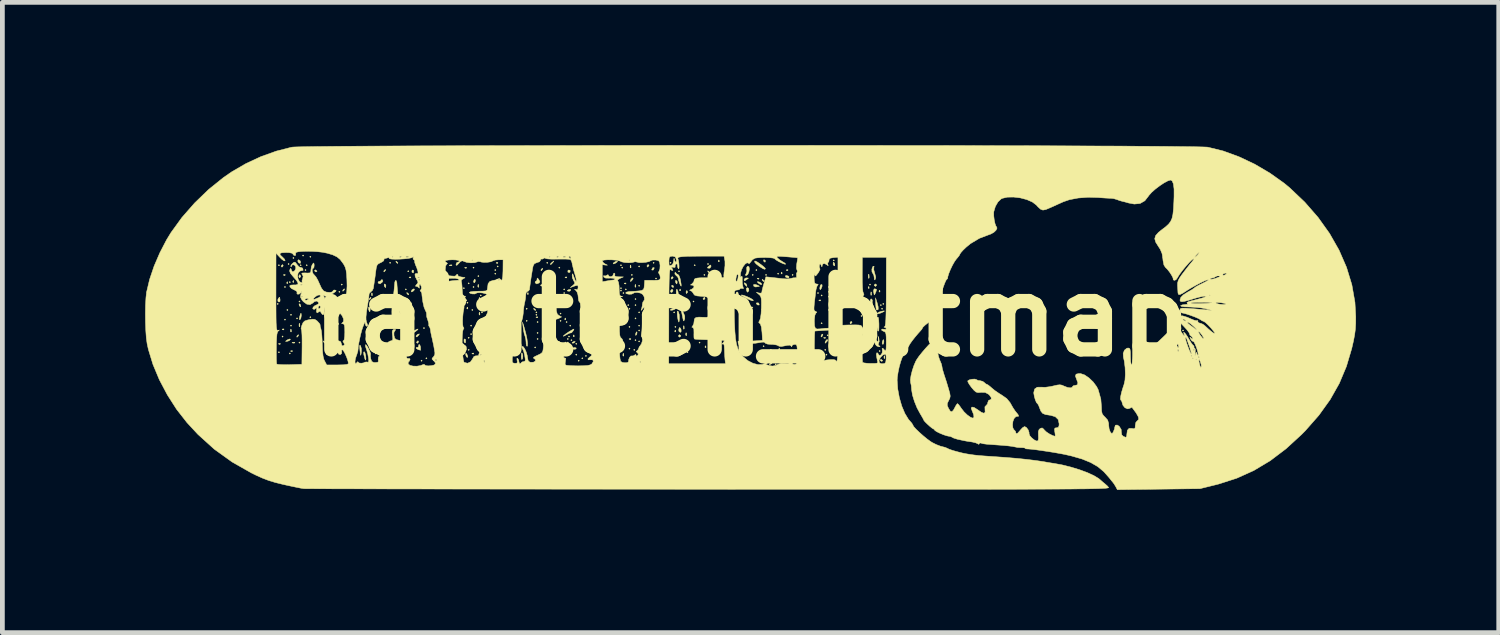
<source format=kicad_pcb>
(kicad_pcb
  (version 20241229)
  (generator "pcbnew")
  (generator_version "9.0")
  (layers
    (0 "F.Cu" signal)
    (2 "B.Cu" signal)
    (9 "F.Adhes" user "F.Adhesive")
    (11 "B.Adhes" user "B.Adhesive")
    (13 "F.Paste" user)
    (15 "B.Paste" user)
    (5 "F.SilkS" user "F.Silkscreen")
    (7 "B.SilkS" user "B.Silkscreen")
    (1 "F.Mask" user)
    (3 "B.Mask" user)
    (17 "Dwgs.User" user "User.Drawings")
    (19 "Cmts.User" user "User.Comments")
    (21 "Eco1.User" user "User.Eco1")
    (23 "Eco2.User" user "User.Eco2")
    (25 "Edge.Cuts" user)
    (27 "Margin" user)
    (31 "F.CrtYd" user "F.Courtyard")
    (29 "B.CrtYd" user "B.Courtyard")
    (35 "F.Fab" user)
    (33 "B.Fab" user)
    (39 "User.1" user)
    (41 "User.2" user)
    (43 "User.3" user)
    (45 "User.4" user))
  (footprint "ratatech_bitmap"
    (layer "F.Cu")
    (at 12.73 3.603)
    (property "Reference" "ratatech_bitmap" (at 0 0 0) (layer "F.SilkS") (effects (font (size 1.524 1.524) (thickness 0.3))))
    (attr through_hole)
    (fp_poly (pts (xy -9.931 -0.267) (xy -9.944 -0.254) (xy -9.957 -0.267) (xy -9.944 -0.279) (xy -9.931 -0.267)) (stroke (width 0.01) (type solid)) (fill yes) (layer "F.SilkS"))
    (fp_poly (pts (xy -9.906 -1.079) (xy -9.919 -1.067) (xy -9.931 -1.079) (xy -9.919 -1.092) (xy -9.906 -1.079)) (stroke (width 0.01) (type solid)) (fill yes) (layer "F.SilkS"))
    (fp_poly (pts (xy -9.906 0.749) (xy -9.919 0.762) (xy -9.931 0.749) (xy -9.919 0.737) (xy -9.906 0.749)) (stroke (width 0.01) (type solid)) (fill yes) (layer "F.SilkS"))
    (fp_poly (pts (xy -9.83 0.419) (xy -9.842 0.432) (xy -9.855 0.419) (xy -9.842 0.406) (xy -9.83 0.419)) (stroke (width 0.01) (type solid)) (fill yes) (layer "F.SilkS"))
    (fp_poly (pts (xy -9.779 -0.622) (xy -9.792 -0.61) (xy -9.804 -0.622) (xy -9.792 -0.635) (xy -9.779 -0.622)) (stroke (width 0.01) (type solid)) (fill yes) (layer "F.SilkS"))
    (fp_poly (pts (xy -9.779 0.064) (xy -9.792 0.076) (xy -9.804 0.064) (xy -9.792 0.051) (xy -9.779 0.064)) (stroke (width 0.01) (type solid)) (fill yes) (layer "F.SilkS"))
    (fp_poly (pts (xy -9.728 -0.14) (xy -9.741 -0.127) (xy -9.754 -0.14) (xy -9.741 -0.152) (xy -9.728 -0.14)) (stroke (width 0.01) (type solid)) (fill yes) (layer "F.SilkS"))
    (fp_poly (pts (xy -9.703 -1.105) (xy -9.716 -1.092) (xy -9.728 -1.105) (xy -9.716 -1.118) (xy -9.703 -1.105)) (stroke (width 0.01) (type solid)) (fill yes) (layer "F.SilkS"))
    (fp_poly (pts (xy -9.677 -0.724) (xy -9.69 -0.711) (xy -9.703 -0.724) (xy -9.69 -0.737) (xy -9.677 -0.724)) (stroke (width 0.01) (type solid)) (fill yes) (layer "F.SilkS"))
    (fp_poly (pts (xy -9.677 0.775) (xy -9.69 0.787) (xy -9.703 0.775) (xy -9.69 0.762) (xy -9.677 0.775)) (stroke (width 0.01) (type solid)) (fill yes) (layer "F.SilkS"))
    (fp_poly (pts (xy -9.652 -0.038) (xy -9.665 -0.025) (xy -9.677 -0.038) (xy -9.665 -0.051) (xy -9.652 -0.038)) (stroke (width 0.01) (type solid)) (fill yes) (layer "F.SilkS"))
    (fp_poly (pts (xy -9.652 0.191) (xy -9.665 0.203) (xy -9.677 0.191) (xy -9.665 0.178) (xy -9.652 0.191)) (stroke (width 0.01) (type solid)) (fill yes) (layer "F.SilkS"))
    (fp_poly (pts (xy -9.601 -1.232) (xy -9.614 -1.219) (xy -9.627 -1.232) (xy -9.614 -1.245) (xy -9.601 -1.232)) (stroke (width 0.01) (type solid)) (fill yes) (layer "F.SilkS"))
    (fp_poly (pts (xy -9.525 0.038) (xy -9.538 0.051) (xy -9.55 0.038) (xy -9.538 0.025) (xy -9.525 0.038)) (stroke (width 0.01) (type solid)) (fill yes) (layer "F.SilkS"))
    (fp_poly (pts (xy -9.474 -0.318) (xy -9.487 -0.305) (xy -9.5 -0.318) (xy -9.487 -0.33) (xy -9.474 -0.318)) (stroke (width 0.01) (type solid)) (fill yes) (layer "F.SilkS"))
    (fp_poly (pts (xy -9.474 0.546) (xy -9.487 0.559) (xy -9.5 0.546) (xy -9.487 0.533) (xy -9.474 0.546)) (stroke (width 0.01) (type solid)) (fill yes) (layer "F.SilkS"))
    (fp_poly (pts (xy -9.449 -1.079) (xy -9.461 -1.067) (xy -9.474 -1.079) (xy -9.461 -1.092) (xy -9.449 -1.079)) (stroke (width 0.01) (type solid)) (fill yes) (layer "F.SilkS"))
    (fp_poly (pts (xy -9.398 -1.283) (xy -9.411 -1.27) (xy -9.423 -1.283) (xy -9.411 -1.295) (xy -9.398 -1.283)) (stroke (width 0.01) (type solid)) (fill yes) (layer "F.SilkS"))
    (fp_poly (pts (xy -9.347 -0.978) (xy -9.36 -0.965) (xy -9.373 -0.978) (xy -9.36 -0.991) (xy -9.347 -0.978)) (stroke (width 0.01) (type solid)) (fill yes) (layer "F.SilkS"))
    (fp_poly (pts (xy -9.322 -1.079) (xy -9.335 -1.067) (xy -9.347 -1.079) (xy -9.335 -1.092) (xy -9.322 -1.079)) (stroke (width 0.01) (type solid)) (fill yes) (layer "F.SilkS"))
    (fp_poly (pts (xy -9.246 -1.257) (xy -9.258 -1.245) (xy -9.271 -1.257) (xy -9.258 -1.27) (xy -9.246 -1.257)) (stroke (width 0.01) (type solid)) (fill yes) (layer "F.SilkS"))
    (fp_poly (pts (xy -9.246 0.013) (xy -9.258 0.025) (xy -9.271 0.013) (xy -9.258 0) (xy -9.246 0.013)) (stroke (width 0.01) (type solid)) (fill yes) (layer "F.SilkS"))
    (fp_poly (pts (xy -8.865 0.368) (xy -8.877 0.381) (xy -8.89 0.368) (xy -8.877 0.356) (xy -8.865 0.368)) (stroke (width 0.01) (type solid)) (fill yes) (layer "F.SilkS"))
    (fp_poly (pts (xy -8.763 -0.419) (xy -8.776 -0.406) (xy -8.788 -0.419) (xy -8.776 -0.432) (xy -8.763 -0.419)) (stroke (width 0.01) (type solid)) (fill yes) (layer "F.SilkS"))
    (fp_poly (pts (xy -8.636 -0.521) (xy -8.649 -0.508) (xy -8.661 -0.521) (xy -8.649 -0.533) (xy -8.636 -0.521)) (stroke (width 0.01) (type solid)) (fill yes) (layer "F.SilkS"))
    (fp_poly (pts (xy -8.585 -0.673) (xy -8.598 -0.66) (xy -8.611 -0.673) (xy -8.598 -0.686) (xy -8.585 -0.673)) (stroke (width 0.01) (type solid)) (fill yes) (layer "F.SilkS"))
    (fp_poly (pts (xy -7.976 -0.267) (xy -7.988 -0.254) (xy -8.001 -0.267) (xy -7.988 -0.279) (xy -7.976 -0.267)) (stroke (width 0.01) (type solid)) (fill yes) (layer "F.SilkS"))
    (fp_poly (pts (xy -7.874 0.775) (xy -7.887 0.787) (xy -7.899 0.775) (xy -7.887 0.762) (xy -7.874 0.775)) (stroke (width 0.01) (type solid)) (fill yes) (layer "F.SilkS"))
    (fp_poly (pts (xy -7.772 0.089) (xy -7.785 0.102) (xy -7.798 0.089) (xy -7.785 0.076) (xy -7.772 0.089)) (stroke (width 0.01) (type solid)) (fill yes) (layer "F.SilkS"))
    (fp_poly (pts (xy -7.772 0.648) (xy -7.785 0.66) (xy -7.798 0.648) (xy -7.785 0.635) (xy -7.772 0.648)) (stroke (width 0.01) (type solid)) (fill yes) (layer "F.SilkS"))
    (fp_poly (pts (xy -7.595 -0.343) (xy -7.607 -0.33) (xy -7.62 -0.343) (xy -7.607 -0.356) (xy -7.595 -0.343)) (stroke (width 0.01) (type solid)) (fill yes) (layer "F.SilkS"))
    (fp_poly (pts (xy -7.569 -1.13) (xy -7.582 -1.118) (xy -7.595 -1.13) (xy -7.582 -1.143) (xy -7.569 -1.13)) (stroke (width 0.01) (type solid)) (fill yes) (layer "F.SilkS"))
    (fp_poly (pts (xy -7.239 -0.572) (xy -7.252 -0.559) (xy -7.264 -0.572) (xy -7.252 -0.584) (xy -7.239 -0.572)) (stroke (width 0.01) (type solid)) (fill yes) (layer "F.SilkS"))
    (fp_poly (pts (xy -7.188 -0.953) (xy -7.201 -0.94) (xy -7.214 -0.953) (xy -7.201 -0.965) (xy -7.188 -0.953)) (stroke (width 0.01) (type solid)) (fill yes) (layer "F.SilkS"))
    (fp_poly (pts (xy -7.188 0.749) (xy -7.201 0.762) (xy -7.214 0.749) (xy -7.201 0.737) (xy -7.188 0.749)) (stroke (width 0.01) (type solid)) (fill yes) (layer "F.SilkS"))
    (fp_poly (pts (xy -7.112 0.546) (xy -7.125 0.559) (xy -7.137 0.546) (xy -7.125 0.533) (xy -7.112 0.546)) (stroke (width 0.01) (type solid)) (fill yes) (layer "F.SilkS"))
    (fp_poly (pts (xy -6.909 0.927) (xy -6.921 0.94) (xy -6.934 0.927) (xy -6.921 0.914) (xy -6.909 0.927)) (stroke (width 0.01) (type solid)) (fill yes) (layer "F.SilkS"))
    (fp_poly (pts (xy -6.858 0.241) (xy -6.871 0.254) (xy -6.883 0.241) (xy -6.871 0.229) (xy -6.858 0.241)) (stroke (width 0.01) (type solid)) (fill yes) (layer "F.SilkS"))
    (fp_poly (pts (xy -6.807 0.876) (xy -6.82 0.889) (xy -6.833 0.876) (xy -6.82 0.864) (xy -6.807 0.876)) (stroke (width 0.01) (type solid)) (fill yes) (layer "F.SilkS"))
    (fp_poly (pts (xy -6.02 -0.597) (xy -6.032 -0.584) (xy -6.045 -0.597) (xy -6.032 -0.61) (xy -6.02 -0.597)) (stroke (width 0.01) (type solid)) (fill yes) (layer "F.SilkS"))
    (fp_poly (pts (xy -5.969 -0.343) (xy -5.982 -0.33) (xy -5.994 -0.343) (xy -5.982 -0.356) (xy -5.969 -0.343)) (stroke (width 0.01) (type solid)) (fill yes) (layer "F.SilkS"))
    (fp_poly (pts (xy -5.944 -0.292) (xy -5.956 -0.279) (xy -5.969 -0.292) (xy -5.956 -0.305) (xy -5.944 -0.292)) (stroke (width 0.01) (type solid)) (fill yes) (layer "F.SilkS"))
    (fp_poly (pts (xy -5.918 -0.699) (xy -5.931 -0.686) (xy -5.944 -0.699) (xy -5.931 -0.711) (xy -5.918 -0.699)) (stroke (width 0.01) (type solid)) (fill yes) (layer "F.SilkS"))
    (fp_poly (pts (xy -5.918 0.445) (xy -5.931 0.457) (xy -5.944 0.445) (xy -5.931 0.432) (xy -5.918 0.445)) (stroke (width 0.01) (type solid)) (fill yes) (layer "F.SilkS"))
    (fp_poly (pts (xy -5.918 0.699) (xy -5.931 0.711) (xy -5.944 0.699) (xy -5.931 0.686) (xy -5.918 0.699)) (stroke (width 0.01) (type solid)) (fill yes) (layer "F.SilkS"))
    (fp_poly (pts (xy -5.867 0.191) (xy -5.88 0.203) (xy -5.893 0.191) (xy -5.88 0.178) (xy -5.867 0.191)) (stroke (width 0.01) (type solid)) (fill yes) (layer "F.SilkS"))
    (fp_poly (pts (xy -5.867 0.368) (xy -5.88 0.381) (xy -5.893 0.368) (xy -5.88 0.356) (xy -5.867 0.368)) (stroke (width 0.01) (type solid)) (fill yes) (layer "F.SilkS"))
    (fp_poly (pts (xy -5.842 -0.14) (xy -5.855 -0.127) (xy -5.867 -0.14) (xy -5.855 -0.152) (xy -5.842 -0.14)) (stroke (width 0.01) (type solid)) (fill yes) (layer "F.SilkS"))
    (fp_poly (pts (xy -5.817 -1.029) (xy -5.829 -1.016) (xy -5.842 -1.029) (xy -5.829 -1.041) (xy -5.817 -1.029)) (stroke (width 0.01) (type solid)) (fill yes) (layer "F.SilkS"))
    (fp_poly (pts (xy -5.817 -0.622) (xy -5.829 -0.61) (xy -5.842 -0.622) (xy -5.829 -0.635) (xy -5.817 -0.622)) (stroke (width 0.01) (type solid)) (fill yes) (layer "F.SilkS"))
    (fp_poly (pts (xy -5.715 -0.851) (xy -5.728 -0.838) (xy -5.74 -0.851) (xy -5.728 -0.864) (xy -5.715 -0.851)) (stroke (width 0.01) (type solid)) (fill yes) (layer "F.SilkS"))
    (fp_poly (pts (xy -5.664 -0.445) (xy -5.677 -0.432) (xy -5.69 -0.445) (xy -5.677 -0.457) (xy -5.664 -0.445)) (stroke (width 0.01) (type solid)) (fill yes) (layer "F.SilkS"))
    (fp_poly (pts (xy -5.639 -0.089) (xy -5.652 -0.076) (xy -5.664 -0.089) (xy -5.652 -0.102) (xy -5.639 -0.089)) (stroke (width 0.01) (type solid)) (fill yes) (layer "F.SilkS"))
    (fp_poly (pts (xy -5.359 -0.978) (xy -5.372 -0.965) (xy -5.385 -0.978) (xy -5.372 -0.991) (xy -5.359 -0.978)) (stroke (width 0.01) (type solid)) (fill yes) (layer "F.SilkS"))
    (fp_poly (pts (xy -5.359 -0.902) (xy -5.372 -0.889) (xy -5.385 -0.902) (xy -5.372 -0.914) (xy -5.359 -0.902)) (stroke (width 0.01) (type solid)) (fill yes) (layer "F.SilkS"))
    (fp_poly (pts (xy -5.309 -1.054) (xy -5.321 -1.041) (xy -5.334 -1.054) (xy -5.321 -1.067) (xy -5.309 -1.054)) (stroke (width 0.01) (type solid)) (fill yes) (layer "F.SilkS"))
    (fp_poly (pts (xy -4.699 -0.165) (xy -4.712 -0.152) (xy -4.724 -0.165) (xy -4.712 -0.178) (xy -4.699 -0.165)) (stroke (width 0.01) (type solid)) (fill yes) (layer "F.SilkS"))
    (fp_poly (pts (xy -4.699 0.089) (xy -4.712 0.102) (xy -4.724 0.089) (xy -4.712 0.076) (xy -4.699 0.089)) (stroke (width 0.01) (type solid)) (fill yes) (layer "F.SilkS"))
    (fp_poly (pts (xy -4.521 0.648) (xy -4.534 0.66) (xy -4.547 0.648) (xy -4.534 0.635) (xy -4.521 0.648)) (stroke (width 0.01) (type solid)) (fill yes) (layer "F.SilkS"))
    (fp_poly (pts (xy -4.496 -0.089) (xy -4.508 -0.076) (xy -4.521 -0.089) (xy -4.508 -0.102) (xy -4.496 -0.089)) (stroke (width 0.01) (type solid)) (fill yes) (layer "F.SilkS"))
    (fp_poly (pts (xy -4.496 -0.038) (xy -4.508 -0.025) (xy -4.521 -0.038) (xy -4.508 -0.051) (xy -4.496 -0.038)) (stroke (width 0.01) (type solid)) (fill yes) (layer "F.SilkS"))
    (fp_poly (pts (xy -4.47 0.114) (xy -4.483 0.127) (xy -4.496 0.114) (xy -4.483 0.102) (xy -4.47 0.114)) (stroke (width 0.01) (type solid)) (fill yes) (layer "F.SilkS"))
    (fp_poly (pts (xy -4.47 0.343) (xy -4.483 0.356) (xy -4.496 0.343) (xy -4.483 0.33) (xy -4.47 0.343)) (stroke (width 0.01) (type solid)) (fill yes) (layer "F.SilkS"))
    (fp_poly (pts (xy -4.47 0.47) (xy -4.483 0.483) (xy -4.496 0.47) (xy -4.483 0.457) (xy -4.47 0.47)) (stroke (width 0.01) (type solid)) (fill yes) (layer "F.SilkS"))
    (fp_poly (pts (xy -4.293 -0.318) (xy -4.305 -0.305) (xy -4.318 -0.318) (xy -4.305 -0.33) (xy -4.293 -0.318)) (stroke (width 0.01) (type solid)) (fill yes) (layer "F.SilkS"))
    (fp_poly (pts (xy -4.267 -1.13) (xy -4.28 -1.118) (xy -4.293 -1.13) (xy -4.28 -1.143) (xy -4.267 -1.13)) (stroke (width 0.01) (type solid)) (fill yes) (layer "F.SilkS"))
    (fp_poly (pts (xy -4.013 -1.029) (xy -4.026 -1.016) (xy -4.039 -1.029) (xy -4.026 -1.041) (xy -4.013 -1.029)) (stroke (width 0.01) (type solid)) (fill yes) (layer "F.SilkS"))
    (fp_poly (pts (xy -3.988 -0.064) (xy -4 -0.051) (xy -4.013 -0.064) (xy -4 -0.076) (xy -3.988 -0.064)) (stroke (width 0.01) (type solid)) (fill yes) (layer "F.SilkS"))
    (fp_poly (pts (xy -3.988 0.089) (xy -4 0.102) (xy -4.013 0.089) (xy -4 0.076) (xy -3.988 0.089)) (stroke (width 0.01) (type solid)) (fill yes) (layer "F.SilkS"))
    (fp_poly (pts (xy -3.912 -0.572) (xy -3.924 -0.559) (xy -3.937 -0.572) (xy -3.924 -0.584) (xy -3.912 -0.572)) (stroke (width 0.01) (type solid)) (fill yes) (layer "F.SilkS"))
    (fp_poly (pts (xy -3.912 -0.495) (xy -3.924 -0.483) (xy -3.937 -0.495) (xy -3.924 -0.508) (xy -3.912 -0.495)) (stroke (width 0.01) (type solid)) (fill yes) (layer "F.SilkS"))
    (fp_poly (pts (xy -3.886 0.546) (xy -3.899 0.559) (xy -3.912 0.546) (xy -3.899 0.533) (xy -3.886 0.546)) (stroke (width 0.01) (type solid)) (fill yes) (layer "F.SilkS"))
    (fp_poly (pts (xy -3.861 0.114) (xy -3.873 0.127) (xy -3.886 0.114) (xy -3.873 0.102) (xy -3.861 0.114)) (stroke (width 0.01) (type solid)) (fill yes) (layer "F.SilkS"))
    (fp_poly (pts (xy -3.835 0.47) (xy -3.848 0.483) (xy -3.861 0.47) (xy -3.848 0.457) (xy -3.835 0.47)) (stroke (width 0.01) (type solid)) (fill yes) (layer "F.SilkS"))
    (fp_poly (pts (xy -3.835 0.546) (xy -3.848 0.559) (xy -3.861 0.546) (xy -3.848 0.533) (xy -3.835 0.546)) (stroke (width 0.01) (type solid)) (fill yes) (layer "F.SilkS"))
    (fp_poly (pts (xy -3.81 0.419) (xy -3.823 0.432) (xy -3.835 0.419) (xy -3.823 0.406) (xy -3.81 0.419)) (stroke (width 0.01) (type solid)) (fill yes) (layer "F.SilkS"))
    (fp_poly (pts (xy -3.785 0.191) (xy -3.797 0.203) (xy -3.81 0.191) (xy -3.797 0.178) (xy -3.785 0.191)) (stroke (width 0.01) (type solid)) (fill yes) (layer "F.SilkS"))
    (fp_poly (pts (xy -3.759 0.495) (xy -3.772 0.508) (xy -3.785 0.495) (xy -3.772 0.483) (xy -3.759 0.495)) (stroke (width 0.01) (type solid)) (fill yes) (layer "F.SilkS"))
    (fp_poly (pts (xy -3.658 0.572) (xy -3.67 0.584) (xy -3.683 0.572) (xy -3.67 0.559) (xy -3.658 0.572)) (stroke (width 0.01) (type solid)) (fill yes) (layer "F.SilkS"))
    (fp_poly (pts (xy -3.658 0.8) (xy -3.67 0.813) (xy -3.683 0.8) (xy -3.67 0.787) (xy -3.658 0.8)) (stroke (width 0.01) (type solid)) (fill yes) (layer "F.SilkS"))
    (fp_poly (pts (xy -3.607 0.927) (xy -3.619 0.94) (xy -3.632 0.927) (xy -3.619 0.914) (xy -3.607 0.927)) (stroke (width 0.01) (type solid)) (fill yes) (layer "F.SilkS"))
    (fp_poly (pts (xy -3.556 0.241) (xy -3.569 0.254) (xy -3.581 0.241) (xy -3.569 0.229) (xy -3.556 0.241)) (stroke (width 0.01) (type solid)) (fill yes) (layer "F.SilkS"))
    (fp_poly (pts (xy -3.531 0.876) (xy -3.543 0.889) (xy -3.556 0.876) (xy -3.543 0.864) (xy -3.531 0.876)) (stroke (width 0.01) (type solid)) (fill yes) (layer "F.SilkS"))
    (fp_poly (pts (xy -3.48 0.394) (xy -3.493 0.406) (xy -3.505 0.394) (xy -3.493 0.381) (xy -3.48 0.394)) (stroke (width 0.01) (type solid)) (fill yes) (layer "F.SilkS"))
    (fp_poly (pts (xy -3.454 0.826) (xy -3.467 0.838) (xy -3.48 0.826) (xy -3.467 0.813) (xy -3.454 0.826)) (stroke (width 0.01) (type solid)) (fill yes) (layer "F.SilkS"))
    (fp_poly (pts (xy -2.718 -1.079) (xy -2.731 -1.067) (xy -2.743 -1.079) (xy -2.731 -1.092) (xy -2.718 -1.079)) (stroke (width 0.01) (type solid)) (fill yes) (layer "F.SilkS"))
    (fp_poly (pts (xy -2.718 -0.597) (xy -2.731 -0.584) (xy -2.743 -0.597) (xy -2.731 -0.61) (xy -2.718 -0.597)) (stroke (width 0.01) (type solid)) (fill yes) (layer "F.SilkS"))
    (fp_poly (pts (xy -2.718 -0.546) (xy -2.731 -0.533) (xy -2.743 -0.546) (xy -2.731 -0.559) (xy -2.718 -0.546)) (stroke (width 0.01) (type solid)) (fill yes) (layer "F.SilkS"))
    (fp_poly (pts (xy -2.692 -1.029) (xy -2.705 -1.016) (xy -2.718 -1.029) (xy -2.705 -1.041) (xy -2.692 -1.029)) (stroke (width 0.01) (type solid)) (fill yes) (layer "F.SilkS"))
    (fp_poly (pts (xy -2.667 -0.495) (xy -2.68 -0.483) (xy -2.692 -0.495) (xy -2.68 -0.508) (xy -2.667 -0.495)) (stroke (width 0.01) (type solid)) (fill yes) (layer "F.SilkS"))
    (fp_poly (pts (xy -2.616 -0.572) (xy -2.629 -0.559) (xy -2.642 -0.572) (xy -2.629 -0.584) (xy -2.616 -0.572)) (stroke (width 0.01) (type solid)) (fill yes) (layer "F.SilkS"))
    (fp_poly (pts (xy -2.565 -0.241) (xy -2.578 -0.229) (xy -2.591 -0.241) (xy -2.578 -0.254) (xy -2.565 -0.241)) (stroke (width 0.01) (type solid)) (fill yes) (layer "F.SilkS"))
    (fp_poly (pts (xy -2.54 -0.165) (xy -2.553 -0.152) (xy -2.565 -0.165) (xy -2.553 -0.178) (xy -2.54 -0.165)) (stroke (width 0.01) (type solid)) (fill yes) (layer "F.SilkS"))
    (fp_poly (pts (xy -2.54 0.216) (xy -2.553 0.229) (xy -2.565 0.216) (xy -2.553 0.203) (xy -2.54 0.216)) (stroke (width 0.01) (type solid)) (fill yes) (layer "F.SilkS"))
    (fp_poly (pts (xy -2.54 0.673) (xy -2.553 0.686) (xy -2.565 0.673) (xy -2.553 0.66) (xy -2.54 0.673)) (stroke (width 0.01) (type solid)) (fill yes) (layer "F.SilkS"))
    (fp_poly (pts (xy -2.489 -0.876) (xy -2.502 -0.864) (xy -2.515 -0.876) (xy -2.502 -0.889) (xy -2.489 -0.876)) (stroke (width 0.01) (type solid)) (fill yes) (layer "F.SilkS"))
    (fp_poly (pts (xy -2.438 0.699) (xy -2.451 0.711) (xy -2.464 0.699) (xy -2.451 0.686) (xy -2.438 0.699)) (stroke (width 0.01) (type solid)) (fill yes) (layer "F.SilkS"))
    (fp_poly (pts (xy -2.413 -0.368) (xy -2.426 -0.356) (xy -2.438 -0.368) (xy -2.426 -0.381) (xy -2.413 -0.368)) (stroke (width 0.01) (type solid)) (fill yes) (layer "F.SilkS"))
    (fp_poly (pts (xy -2.413 -0.241) (xy -2.426 -0.229) (xy -2.438 -0.241) (xy -2.426 -0.254) (xy -2.413 -0.241)) (stroke (width 0.01) (type solid)) (fill yes) (layer "F.SilkS"))
    (fp_poly (pts (xy -2.413 0.038) (xy -2.426 0.051) (xy -2.438 0.038) (xy -2.426 0.025) (xy -2.413 0.038)) (stroke (width 0.01) (type solid)) (fill yes) (layer "F.SilkS"))
    (fp_poly (pts (xy -2.413 0.495) (xy -2.426 0.508) (xy -2.438 0.495) (xy -2.426 0.483) (xy -2.413 0.495)) (stroke (width 0.01) (type solid)) (fill yes) (layer "F.SilkS"))
    (fp_poly (pts (xy -2.337 -1.054) (xy -2.349 -1.041) (xy -2.362 -1.054) (xy -2.349 -1.067) (xy -2.337 -1.054)) (stroke (width 0.01) (type solid)) (fill yes) (layer "F.SilkS"))
    (fp_poly (pts (xy -2.337 -0.648) (xy -2.349 -0.635) (xy -2.362 -0.648) (xy -2.349 -0.66) (xy -2.337 -0.648)) (stroke (width 0.01) (type solid)) (fill yes) (layer "F.SilkS"))
    (fp_poly (pts (xy -2.337 -0.089) (xy -2.349 -0.076) (xy -2.362 -0.089) (xy -2.349 -0.102) (xy -2.337 -0.089)) (stroke (width 0.01) (type solid)) (fill yes) (layer "F.SilkS"))
    (fp_poly (pts (xy -2.337 0.191) (xy -2.349 0.203) (xy -2.362 0.191) (xy -2.349 0.178) (xy -2.337 0.191)) (stroke (width 0.01) (type solid)) (fill yes) (layer "F.SilkS"))
    (fp_poly (pts (xy -2.337 0.292) (xy -2.349 0.305) (xy -2.362 0.292) (xy -2.349 0.279) (xy -2.337 0.292)) (stroke (width 0.01) (type solid)) (fill yes) (layer "F.SilkS"))
    (fp_poly (pts (xy -2.337 0.521) (xy -2.349 0.533) (xy -2.362 0.521) (xy -2.349 0.508) (xy -2.337 0.521)) (stroke (width 0.01) (type solid)) (fill yes) (layer "F.SilkS"))
    (fp_poly (pts (xy -2.032 -1.13) (xy -2.045 -1.118) (xy -2.057 -1.13) (xy -2.045 -1.143) (xy -2.032 -1.13)) (stroke (width 0.01) (type solid)) (fill yes) (layer "F.SilkS"))
    (fp_poly (pts (xy -1.981 -0.8) (xy -1.994 -0.787) (xy -2.007 -0.8) (xy -1.994 -0.813) (xy -1.981 -0.8)) (stroke (width 0.01) (type solid)) (fill yes) (layer "F.SilkS"))
    (fp_poly (pts (xy -1.676 -1.13) (xy -1.689 -1.118) (xy -1.702 -1.13) (xy -1.689 -1.143) (xy -1.676 -1.13)) (stroke (width 0.01) (type solid)) (fill yes) (layer "F.SilkS"))
    (fp_poly (pts (xy -1.676 -0.216) (xy -1.689 -0.203) (xy -1.702 -0.216) (xy -1.689 -0.229) (xy -1.676 -0.216)) (stroke (width 0.01) (type solid)) (fill yes) (layer "F.SilkS"))
    (fp_poly (pts (xy -1.626 -0.394) (xy -1.638 -0.381) (xy -1.651 -0.394) (xy -1.638 -0.406) (xy -1.626 -0.394)) (stroke (width 0.01) (type solid)) (fill yes) (layer "F.SilkS"))
    (fp_poly (pts (xy -1.6 -0.089) (xy -1.613 -0.076) (xy -1.626 -0.089) (xy -1.613 -0.102) (xy -1.6 -0.089)) (stroke (width 0.01) (type solid)) (fill yes) (layer "F.SilkS"))
    (fp_poly (pts (xy -1.575 0.216) (xy -1.587 0.229) (xy -1.6 0.216) (xy -1.587 0.203) (xy -1.575 0.216)) (stroke (width 0.01) (type solid)) (fill yes) (layer "F.SilkS"))
    (fp_poly (pts (xy -1.499 -0.953) (xy -1.511 -0.94) (xy -1.524 -0.953) (xy -1.511 -0.965) (xy -1.499 -0.953)) (stroke (width 0.01) (type solid)) (fill yes) (layer "F.SilkS"))
    (fp_poly (pts (xy -1.422 0.546) (xy -1.435 0.559) (xy -1.448 0.546) (xy -1.435 0.533) (xy -1.422 0.546)) (stroke (width 0.01) (type solid)) (fill yes) (layer "F.SilkS"))
    (fp_poly (pts (xy -1.321 0.749) (xy -1.333 0.762) (xy -1.346 0.749) (xy -1.333 0.737) (xy -1.321 0.749)) (stroke (width 0.01) (type solid)) (fill yes) (layer "F.SilkS"))
    (fp_poly (pts (xy -1.194 -0.318) (xy -1.206 -0.305) (xy -1.219 -0.318) (xy -1.206 -0.33) (xy -1.194 -0.318)) (stroke (width 0.01) (type solid)) (fill yes) (layer "F.SilkS"))
    (fp_poly (pts (xy -1.168 -1.079) (xy -1.181 -1.067) (xy -1.194 -1.079) (xy -1.181 -1.092) (xy -1.168 -1.079)) (stroke (width 0.01) (type solid)) (fill yes) (layer "F.SilkS"))
    (fp_poly (pts (xy -1.067 0.546) (xy -1.079 0.559) (xy -1.092 0.546) (xy -1.079 0.533) (xy -1.067 0.546)) (stroke (width 0.01) (type solid)) (fill yes) (layer "F.SilkS"))
    (fp_poly (pts (xy -0.965 -0.876) (xy -0.978 -0.864) (xy -0.991 -0.876) (xy -0.978 -0.889) (xy -0.965 -0.876)) (stroke (width 0.01) (type solid)) (fill yes) (layer "F.SilkS"))
    (fp_poly (pts (xy -0.889 -1.105) (xy -0.902 -1.092) (xy -0.914 -1.105) (xy -0.902 -1.118) (xy -0.889 -1.105)) (stroke (width 0.01) (type solid)) (fill yes) (layer "F.SilkS"))
    (fp_poly (pts (xy -0.838 -0.851) (xy -0.851 -0.838) (xy -0.864 -0.851) (xy -0.851 -0.864) (xy -0.838 -0.851)) (stroke (width 0.01) (type solid)) (fill yes) (layer "F.SilkS"))
    (fp_poly (pts (xy -0.737 0.699) (xy -0.749 0.711) (xy -0.762 0.699) (xy -0.749 0.686) (xy -0.737 0.699)) (stroke (width 0.01) (type solid)) (fill yes) (layer "F.SilkS"))
    (fp_poly (pts (xy -0.686 -0.343) (xy -0.699 -0.33) (xy -0.711 -0.343) (xy -0.699 -0.356) (xy -0.686 -0.343)) (stroke (width 0.01) (type solid)) (fill yes) (layer "F.SilkS"))
    (fp_poly (pts (xy -0.178 0.47) (xy -0.191 0.483) (xy -0.203 0.47) (xy -0.191 0.457) (xy -0.178 0.47)) (stroke (width 0.01) (type solid)) (fill yes) (layer "F.SilkS"))
    (fp_poly (pts (xy -0.102 0.114) (xy -0.114 0.127) (xy -0.127 0.114) (xy -0.114 0.102) (xy -0.102 0.114)) (stroke (width 0.01) (type solid)) (fill yes) (layer "F.SilkS"))
    (fp_poly (pts (xy -0.102 0.495) (xy -0.114 0.508) (xy -0.127 0.495) (xy -0.114 0.483) (xy -0.102 0.495)) (stroke (width 0.01) (type solid)) (fill yes) (layer "F.SilkS"))
    (fp_poly (pts (xy 0 0.165) (xy -0.013 0.178) (xy -0.025 0.165) (xy -0.013 0.152) (xy 0 0.165)) (stroke (width 0.01) (type solid)) (fill yes) (layer "F.SilkS"))
    (fp_poly (pts (xy 0.051 -0.876) (xy 0.038 -0.864) (xy 0.025 -0.876) (xy 0.038 -0.889) (xy 0.051 -0.876)) (stroke (width 0.01) (type solid)) (fill yes) (layer "F.SilkS"))
    (fp_poly (pts (xy 0.127 -0.978) (xy 0.114 -0.965) (xy 0.102 -0.978) (xy 0.114 -0.991) (xy 0.127 -0.978)) (stroke (width 0.01) (type solid)) (fill yes) (layer "F.SilkS"))
    (fp_poly (pts (xy 0.279 0.622) (xy 0.267 0.635) (xy 0.254 0.622) (xy 0.267 0.61) (xy 0.279 0.622)) (stroke (width 0.01) (type solid)) (fill yes) (layer "F.SilkS"))
    (fp_poly (pts (xy 0.33 -0.876) (xy 0.318 -0.864) (xy 0.305 -0.876) (xy 0.318 -0.889) (xy 0.33 -0.876)) (stroke (width 0.01) (type solid)) (fill yes) (layer "F.SilkS"))
    (fp_poly (pts (xy 0.432 0.699) (xy 0.419 0.711) (xy 0.406 0.699) (xy 0.419 0.686) (xy 0.432 0.699)) (stroke (width 0.01) (type solid)) (fill yes) (layer "F.SilkS"))
    (fp_poly (pts (xy 0.533 1.003) (xy 0.521 1.016) (xy 0.508 1.003) (xy 0.521 0.991) (xy 0.533 1.003)) (stroke (width 0.01) (type solid)) (fill yes) (layer "F.SilkS"))
    (fp_poly (pts (xy 0.584 -0.902) (xy 0.572 -0.889) (xy 0.559 -0.902) (xy 0.572 -0.914) (xy 0.584 -0.902)) (stroke (width 0.01) (type solid)) (fill yes) (layer "F.SilkS"))
    (fp_poly (pts (xy 0.864 0.826) (xy 0.851 0.838) (xy 0.838 0.826) (xy 0.851 0.813) (xy 0.864 0.826)) (stroke (width 0.01) (type solid)) (fill yes) (layer "F.SilkS"))
    (fp_poly (pts (xy 0.889 -0.876) (xy 0.876 -0.864) (xy 0.864 -0.876) (xy 0.876 -0.889) (xy 0.889 -0.876)) (stroke (width 0.01) (type solid)) (fill yes) (layer "F.SilkS"))
    (fp_poly (pts (xy 1.422 -0.495) (xy 1.41 -0.483) (xy 1.397 -0.495) (xy 1.41 -0.508) (xy 1.422 -0.495)) (stroke (width 0.01) (type solid)) (fill yes) (layer "F.SilkS"))
    (fp_poly (pts (xy 1.422 0.826) (xy 1.41 0.838) (xy 1.397 0.826) (xy 1.41 0.813) (xy 1.422 0.826)) (stroke (width 0.01) (type solid)) (fill yes) (layer "F.SilkS"))
    (fp_poly (pts (xy 1.499 -0.445) (xy 1.486 -0.432) (xy 1.473 -0.445) (xy 1.486 -0.457) (xy 1.499 -0.445)) (stroke (width 0.01) (type solid)) (fill yes) (layer "F.SilkS"))
    (fp_poly (pts (xy 1.499 0.14) (xy 1.486 0.152) (xy 1.473 0.14) (xy 1.486 0.127) (xy 1.499 0.14)) (stroke (width 0.01) (type solid)) (fill yes) (layer "F.SilkS"))
    (fp_poly (pts (xy 1.575 0.699) (xy 1.562 0.711) (xy 1.549 0.699) (xy 1.562 0.686) (xy 1.575 0.699)) (stroke (width 0.01) (type solid)) (fill yes) (layer "F.SilkS"))
    (fp_poly (pts (xy 1.6 0.8) (xy 1.587 0.813) (xy 1.575 0.8) (xy 1.587 0.787) (xy 1.6 0.8)) (stroke (width 0.01) (type solid)) (fill yes) (layer "F.SilkS"))
    (fp_poly (pts (xy 1.626 0.394) (xy 1.613 0.406) (xy 1.6 0.394) (xy 1.613 0.381) (xy 1.626 0.394)) (stroke (width 0.01) (type solid)) (fill yes) (layer "F.SilkS"))
    (fp_poly (pts (xy 1.651 -0.622) (xy 1.638 -0.61) (xy 1.626 -0.622) (xy 1.638 -0.635) (xy 1.651 -0.622)) (stroke (width 0.01) (type solid)) (fill yes) (layer "F.SilkS"))
    (fp_poly (pts (xy 1.651 -0.521) (xy 1.638 -0.508) (xy 1.626 -0.521) (xy 1.638 -0.533) (xy 1.651 -0.521)) (stroke (width 0.01) (type solid)) (fill yes) (layer "F.SilkS"))
    (fp_poly (pts (xy 1.651 -0.419) (xy 1.638 -0.406) (xy 1.626 -0.419) (xy 1.638 -0.432) (xy 1.651 -0.419)) (stroke (width 0.01) (type solid)) (fill yes) (layer "F.SilkS"))
    (fp_poly (pts (xy 1.651 -0.14) (xy 1.638 -0.127) (xy 1.626 -0.14) (xy 1.638 -0.152) (xy 1.651 -0.14)) (stroke (width 0.01) (type solid)) (fill yes) (layer "F.SilkS"))
    (fp_poly (pts (xy 1.676 -0.368) (xy 1.664 -0.356) (xy 1.651 -0.368) (xy 1.664 -0.381) (xy 1.676 -0.368)) (stroke (width 0.01) (type solid)) (fill yes) (layer "F.SilkS"))
    (fp_poly (pts (xy 1.727 -0.521) (xy 1.714 -0.508) (xy 1.702 -0.521) (xy 1.714 -0.533) (xy 1.727 -0.521)) (stroke (width 0.01) (type solid)) (fill yes) (layer "F.SilkS"))
    (fp_poly (pts (xy 1.753 -1.181) (xy 1.74 -1.168) (xy 1.727 -1.181) (xy 1.74 -1.194) (xy 1.753 -1.181)) (stroke (width 0.01) (type solid)) (fill yes) (layer "F.SilkS"))
    (fp_poly (pts (xy 1.803 0.343) (xy 1.791 0.356) (xy 1.778 0.343) (xy 1.791 0.33) (xy 1.803 0.343)) (stroke (width 0.01) (type solid)) (fill yes) (layer "F.SilkS"))
    (fp_poly (pts (xy 1.829 -0.14) (xy 1.816 -0.127) (xy 1.803 -0.14) (xy 1.816 -0.152) (xy 1.829 -0.14)) (stroke (width 0.01) (type solid)) (fill yes) (layer "F.SilkS"))
    (fp_poly (pts (xy 2.337 -0.013) (xy 2.324 0) (xy 2.311 -0.013) (xy 2.324 -0.025) (xy 2.337 -0.013)) (stroke (width 0.01) (type solid)) (fill yes) (layer "F.SilkS"))
    (fp_poly (pts (xy 2.489 0.241) (xy 2.477 0.254) (xy 2.464 0.241) (xy 2.477 0.229) (xy 2.489 0.241)) (stroke (width 0.01) (type solid)) (fill yes) (layer "F.SilkS"))
    (fp_poly (pts (xy 2.515 -0.673) (xy 2.502 -0.66) (xy 2.489 -0.673) (xy 2.502 -0.686) (xy 2.515 -0.673)) (stroke (width 0.01) (type solid)) (fill yes) (layer "F.SilkS"))
    (fp_poly (pts (xy 2.718 0.724) (xy 2.705 0.737) (xy 2.692 0.724) (xy 2.705 0.711) (xy 2.718 0.724)) (stroke (width 0.01) (type solid)) (fill yes) (layer "F.SilkS"))
    (fp_poly (pts (xy 2.743 -0.241) (xy 2.731 -0.229) (xy 2.718 -0.241) (xy 2.731 -0.254) (xy 2.743 -0.241)) (stroke (width 0.01) (type solid)) (fill yes) (layer "F.SilkS"))
    (fp_poly (pts (xy 2.769 -0.165) (xy 2.756 -0.152) (xy 2.743 -0.165) (xy 2.756 -0.178) (xy 2.769 -0.165)) (stroke (width 0.01) (type solid)) (fill yes) (layer "F.SilkS"))
    (fp_poly (pts (xy 2.794 -0.267) (xy 2.781 -0.254) (xy 2.769 -0.267) (xy 2.781 -0.279) (xy 2.794 -0.267)) (stroke (width 0.01) (type solid)) (fill yes) (layer "F.SilkS"))
    (fp_poly (pts (xy 9.042 0.241) (xy 9.03 0.254) (xy 9.017 0.241) (xy 9.03 0.229) (xy 9.042 0.241)) (stroke (width 0.01) (type solid)) (fill yes) (layer "F.SilkS"))
    (fp_poly (pts (xy 9.093 0.292) (xy 9.081 0.305) (xy 9.068 0.292) (xy 9.081 0.279) (xy 9.093 0.292)) (stroke (width 0.01) (type solid)) (fill yes) (layer "F.SilkS"))
    (fp_poly (pts (xy -9.889 0.567) (xy -9.893 0.582) (xy -9.906 0.584) (xy -9.927 0.575) (xy -9.923 0.567) (xy -9.893 0.564) (xy -9.889 0.567)) (stroke (width 0.01) (type solid)) (fill yes) (layer "F.SilkS"))
    (fp_poly (pts (xy -9.813 0.262) (xy -9.816 0.278) (xy -9.83 0.279) (xy -9.851 0.27) (xy -9.847 0.262) (xy -9.817 0.259) (xy -9.813 0.262)) (stroke (width 0.01) (type solid)) (fill yes) (layer "F.SilkS"))
    (fp_poly (pts (xy -9.787 -0.881) (xy -9.791 -0.865) (xy -9.804 -0.864) (xy -9.825 -0.873) (xy -9.821 -0.881) (xy -9.791 -0.884) (xy -9.787 -0.881)) (stroke (width 0.01) (type solid)) (fill yes) (layer "F.SilkS"))
    (fp_poly (pts (xy -9.737 -0.728) (xy -9.734 -0.698) (xy -9.737 -0.694) (xy -9.752 -0.698) (xy -9.754 -0.711) (xy -9.744 -0.732) (xy -9.737 -0.728)) (stroke (width 0.01) (type solid)) (fill yes) (layer "F.SilkS"))
    (fp_poly (pts (xy -9.66 0.275) (xy -9.657 0.314) (xy -9.662 0.323) (xy -9.674 0.316) (xy -9.675 0.29) (xy -9.669 0.263) (xy -9.66 0.275)) (stroke (width 0.01) (type solid)) (fill yes) (layer "F.SilkS"))
    (fp_poly (pts (xy -9.635 0.72) (xy -9.639 0.735) (xy -9.652 0.737) (xy -9.673 0.727) (xy -9.669 0.72) (xy -9.639 0.717) (xy -9.635 0.72)) (stroke (width 0.01) (type solid)) (fill yes) (layer "F.SilkS"))
    (fp_poly (pts (xy -9.61 -0.754) (xy -9.607 -0.723) (xy -9.61 -0.72) (xy -9.625 -0.723) (xy -9.627 -0.737) (xy -9.617 -0.758) (xy -9.61 -0.754)) (stroke (width 0.01) (type solid)) (fill yes) (layer "F.SilkS"))
    (fp_poly (pts (xy -9.583 0.543) (xy -9.59 0.555) (xy -9.616 0.557) (xy -9.643 0.551) (xy -9.631 0.541) (xy -9.592 0.538) (xy -9.583 0.543)) (stroke (width 0.01) (type solid)) (fill yes) (layer "F.SilkS"))
    (fp_poly (pts (xy -9.483 0.146) (xy -9.479 0.198) (xy -9.483 0.21) (xy -9.492 0.213) (xy -9.496 0.178) (xy -9.492 0.142) (xy -9.483 0.146)) (stroke (width 0.01) (type solid)) (fill yes) (layer "F.SilkS"))
    (fp_poly (pts (xy -8.898 -0.017) (xy -8.902 -0.002) (xy -8.915 0) (xy -8.936 -0.009) (xy -8.932 -0.017) (xy -8.902 -0.02) (xy -8.898 -0.017)) (stroke (width 0.01) (type solid)) (fill yes) (layer "F.SilkS"))
    (fp_poly (pts (xy -8.67 -0.068) (xy -8.673 -0.053) (xy -8.687 -0.051) (xy -8.708 -0.06) (xy -8.704 -0.068) (xy -8.674 -0.071) (xy -8.67 -0.068)) (stroke (width 0.01) (type solid)) (fill yes) (layer "F.SilkS"))
    (fp_poly (pts (xy -7.958 -0.487) (xy -7.955 -0.448) (xy -7.96 -0.439) (xy -7.972 -0.446) (xy -7.974 -0.472) (xy -7.967 -0.499) (xy -7.958 -0.487)) (stroke (width 0.01) (type solid)) (fill yes) (layer "F.SilkS"))
    (fp_poly (pts (xy -7.781 0.161) (xy -7.784 0.176) (xy -7.798 0.178) (xy -7.819 0.169) (xy -7.815 0.161) (xy -7.785 0.158) (xy -7.781 0.161)) (stroke (width 0.01) (type solid)) (fill yes) (layer "F.SilkS"))
    (fp_poly (pts (xy -7.628 0.085) (xy -7.625 0.115) (xy -7.628 0.119) (xy -7.644 0.115) (xy -7.645 0.102) (xy -7.636 0.081) (xy -7.628 0.085)) (stroke (width 0.01) (type solid)) (fill yes) (layer "F.SilkS"))
    (fp_poly (pts (xy -7.146 -0.83) (xy -7.149 -0.815) (xy -7.163 -0.813) (xy -7.184 -0.822) (xy -7.18 -0.83) (xy -7.15 -0.833) (xy -7.146 -0.83)) (stroke (width 0.01) (type solid)) (fill yes) (layer "F.SilkS"))
    (fp_poly (pts (xy -6.281 -1.082) (xy -6.288 -1.071) (xy -6.314 -1.069) (xy -6.341 -1.075) (xy -6.329 -1.084) (xy -6.29 -1.087) (xy -6.281 -1.082)) (stroke (width 0.01) (type solid)) (fill yes) (layer "F.SilkS"))
    (fp_poly (pts (xy -5.977 -1.033) (xy -5.981 -1.018) (xy -5.994 -1.016) (xy -6.015 -1.025) (xy -6.011 -1.033) (xy -5.981 -1.036) (xy -5.977 -1.033)) (stroke (width 0.01) (type solid)) (fill yes) (layer "F.SilkS"))
    (fp_poly (pts (xy -5.952 -0.195) (xy -5.949 -0.165) (xy -5.952 -0.161) (xy -5.967 -0.164) (xy -5.969 -0.178) (xy -5.96 -0.199) (xy -5.952 -0.195)) (stroke (width 0.01) (type solid)) (fill yes) (layer "F.SilkS"))
    (fp_poly (pts (xy -5.825 0.77) (xy -5.829 0.786) (xy -5.842 0.787) (xy -5.863 0.778) (xy -5.859 0.77) (xy -5.829 0.767) (xy -5.825 0.77)) (stroke (width 0.01) (type solid)) (fill yes) (layer "F.SilkS"))
    (fp_poly (pts (xy -5.723 -0.665) (xy -5.72 -0.625) (xy -5.725 -0.616) (xy -5.737 -0.624) (xy -5.738 -0.65) (xy -5.732 -0.677) (xy -5.723 -0.665)) (stroke (width 0.01) (type solid)) (fill yes) (layer "F.SilkS"))
    (fp_poly (pts (xy -5.698 -0.398) (xy -5.695 -0.368) (xy -5.698 -0.364) (xy -5.713 -0.368) (xy -5.715 -0.381) (xy -5.706 -0.402) (xy -5.698 -0.398)) (stroke (width 0.01) (type solid)) (fill yes) (layer "F.SilkS"))
    (fp_poly (pts (xy -5.698 -0.081) (xy -5.695 -0.041) (xy -5.7 -0.032) (xy -5.711 -0.04) (xy -5.713 -0.066) (xy -5.707 -0.093) (xy -5.698 -0.081)) (stroke (width 0.01) (type solid)) (fill yes) (layer "F.SilkS"))
    (fp_poly (pts (xy -5.673 -0.195) (xy -5.67 -0.165) (xy -5.673 -0.161) (xy -5.688 -0.164) (xy -5.69 -0.178) (xy -5.68 -0.199) (xy -5.673 -0.195)) (stroke (width 0.01) (type solid)) (fill yes) (layer "F.SilkS"))
    (fp_poly (pts (xy -5.317 -1.135) (xy -5.321 -1.119) (xy -5.334 -1.118) (xy -5.355 -1.127) (xy -5.351 -1.135) (xy -5.321 -1.138) (xy -5.317 -1.135)) (stroke (width 0.01) (type solid)) (fill yes) (layer "F.SilkS"))
    (fp_poly (pts (xy -4.682 -0.5) (xy -4.679 -0.469) (xy -4.682 -0.466) (xy -4.697 -0.469) (xy -4.699 -0.483) (xy -4.69 -0.504) (xy -4.682 -0.5)) (stroke (width 0.01) (type solid)) (fill yes) (layer "F.SilkS"))
    (fp_poly (pts (xy -4.479 0.008) (xy -4.482 0.024) (xy -4.496 0.025) (xy -4.517 0.016) (xy -4.513 0.008) (xy -4.483 0.005) (xy -4.479 0.008)) (stroke (width 0.01) (type solid)) (fill yes) (layer "F.SilkS"))
    (fp_poly (pts (xy -4.224 0.173) (xy -4.221 0.213) (xy -4.226 0.222) (xy -4.238 0.214) (xy -4.24 0.188) (xy -4.234 0.161) (xy -4.224 0.173)) (stroke (width 0.01) (type solid)) (fill yes) (layer "F.SilkS"))
    (fp_poly (pts (xy -3.895 0.034) (xy -3.892 0.064) (xy -3.895 0.068) (xy -3.91 0.064) (xy -3.912 0.051) (xy -3.902 0.03) (xy -3.895 0.034)) (stroke (width 0.01) (type solid)) (fill yes) (layer "F.SilkS"))
    (fp_poly (pts (xy -3.869 -0.83) (xy -3.873 -0.815) (xy -3.886 -0.813) (xy -3.907 -0.822) (xy -3.903 -0.83) (xy -3.873 -0.833) (xy -3.869 -0.83)) (stroke (width 0.01) (type solid)) (fill yes) (layer "F.SilkS"))
    (fp_poly (pts (xy -3.717 0.389) (xy -3.714 0.42) (xy -3.717 0.423) (xy -3.732 0.42) (xy -3.734 0.406) (xy -3.725 0.385) (xy -3.717 0.389)) (stroke (width 0.01) (type solid)) (fill yes) (layer "F.SilkS"))
    (fp_poly (pts (xy -2.675 0.783) (xy -2.672 0.822) (xy -2.677 0.831) (xy -2.689 0.824) (xy -2.69 0.798) (xy -2.684 0.771) (xy -2.675 0.783)) (stroke (width 0.01) (type solid)) (fill yes) (layer "F.SilkS"))
    (fp_poly (pts (xy -2.625 -0.703) (xy -2.628 -0.688) (xy -2.642 -0.686) (xy -2.663 -0.695) (xy -2.659 -0.703) (xy -2.628 -0.706) (xy -2.625 -0.703)) (stroke (width 0.01) (type solid)) (fill yes) (layer "F.SilkS"))
    (fp_poly (pts (xy -2.523 0.466) (xy -2.527 0.481) (xy -2.54 0.483) (xy -2.561 0.473) (xy -2.557 0.466) (xy -2.527 0.463) (xy -2.523 0.466)) (stroke (width 0.01) (type solid)) (fill yes) (layer "F.SilkS"))
    (fp_poly (pts (xy -2.523 -1.072) (xy -2.52 -1.032) (xy -2.525 -1.023) (xy -2.536 -1.03) (xy -2.538 -1.056) (xy -2.532 -1.083) (xy -2.523 -1.072)) (stroke (width 0.01) (type solid)) (fill yes) (layer "F.SilkS"))
    (fp_poly (pts (xy -2.421 -0.665) (xy -2.418 -0.625) (xy -2.423 -0.616) (xy -2.435 -0.624) (xy -2.436 -0.65) (xy -2.43 -0.677) (xy -2.421 -0.665)) (stroke (width 0.01) (type solid)) (fill yes) (layer "F.SilkS"))
    (fp_poly (pts (xy -1.634 -0.271) (xy -1.631 -0.241) (xy -1.634 -0.237) (xy -1.649 -0.241) (xy -1.651 -0.254) (xy -1.642 -0.275) (xy -1.634 -0.271)) (stroke (width 0.01) (type solid)) (fill yes) (layer "F.SilkS"))
    (fp_poly (pts (xy -1.583 0.288) (xy -1.58 0.318) (xy -1.583 0.322) (xy -1.598 0.318) (xy -1.6 0.305) (xy -1.591 0.284) (xy -1.583 0.288)) (stroke (width 0.01) (type solid)) (fill yes) (layer "F.SilkS"))
    (fp_poly (pts (xy -1.482 -0.576) (xy -1.479 -0.546) (xy -1.482 -0.542) (xy -1.497 -0.545) (xy -1.499 -0.559) (xy -1.489 -0.58) (xy -1.482 -0.576)) (stroke (width 0.01) (type solid)) (fill yes) (layer "F.SilkS"))
    (fp_poly (pts (xy -1.406 0.197) (xy -1.402 0.249) (xy -1.406 0.26) (xy -1.415 0.264) (xy -1.418 0.229) (xy -1.414 0.193) (xy -1.406 0.197)) (stroke (width 0.01) (type solid)) (fill yes) (layer "F.SilkS"))
    (fp_poly (pts (xy -1.354 0.351) (xy -1.351 0.391) (xy -1.356 0.4) (xy -1.368 0.392) (xy -1.37 0.366) (xy -1.363 0.339) (xy -1.354 0.351)) (stroke (width 0.01) (type solid)) (fill yes) (layer "F.SilkS"))
    (fp_poly (pts (xy -0.948 0.618) (xy -0.945 0.648) (xy -0.948 0.652) (xy -0.963 0.648) (xy -0.965 0.635) (xy -0.956 0.614) (xy -0.948 0.618)) (stroke (width 0.01) (type solid)) (fill yes) (layer "F.SilkS"))
    (fp_poly (pts (xy -0.872 -0.22) (xy -0.869 -0.19) (xy -0.872 -0.186) (xy -0.887 -0.19) (xy -0.889 -0.203) (xy -0.88 -0.224) (xy -0.872 -0.22)) (stroke (width 0.01) (type solid)) (fill yes) (layer "F.SilkS"))
    (fp_poly (pts (xy -0.796 -0.246) (xy -0.799 -0.23) (xy -0.813 -0.229) (xy -0.834 -0.238) (xy -0.83 -0.246) (xy -0.8 -0.249) (xy -0.796 -0.246)) (stroke (width 0.01) (type solid)) (fill yes) (layer "F.SilkS"))
    (fp_poly (pts (xy -0.669 -1.185) (xy -0.666 -1.155) (xy -0.669 -1.151) (xy -0.684 -1.155) (xy -0.686 -1.168) (xy -0.677 -1.189) (xy -0.669 -1.185)) (stroke (width 0.01) (type solid)) (fill yes) (layer "F.SilkS"))
    (fp_poly (pts (xy -0.085 0.756) (xy -0.081 0.808) (xy -0.085 0.819) (xy -0.094 0.822) (xy -0.098 0.787) (xy -0.094 0.751) (xy -0.085 0.756)) (stroke (width 0.01) (type solid)) (fill yes) (layer "F.SilkS"))
    (fp_poly (pts (xy -0.008 -0.068) (xy -0.005 -0.038) (xy -0.008 -0.034) (xy -0.024 -0.037) (xy -0.025 -0.051) (xy -0.016 -0.072) (xy -0.008 -0.068)) (stroke (width 0.01) (type solid)) (fill yes) (layer "F.SilkS"))
    (fp_poly (pts (xy 0.169 -0.804) (xy 0.166 -0.789) (xy 0.152 -0.787) (xy 0.131 -0.797) (xy 0.135 -0.804) (xy 0.166 -0.807) (xy 0.169 -0.804)) (stroke (width 0.01) (type solid)) (fill yes) (layer "F.SilkS"))
    (fp_poly (pts (xy 0.55 0.872) (xy 0.553 0.902) (xy 0.55 0.906) (xy 0.535 0.902) (xy 0.533 0.889) (xy 0.543 0.868) (xy 0.55 0.872)) (stroke (width 0.01) (type solid)) (fill yes) (layer "F.SilkS"))
    (fp_poly (pts (xy 0.601 0.669) (xy 0.604 0.699) (xy 0.601 0.703) (xy 0.586 0.699) (xy 0.584 0.686) (xy 0.593 0.665) (xy 0.601 0.669)) (stroke (width 0.01) (type solid)) (fill yes) (layer "F.SilkS"))
    (fp_poly (pts (xy 0.652 -0.931) (xy 0.655 -0.901) (xy 0.652 -0.897) (xy 0.637 -0.901) (xy 0.635 -0.914) (xy 0.644 -0.935) (xy 0.652 -0.931)) (stroke (width 0.01) (type solid)) (fill yes) (layer "F.SilkS"))
    (fp_poly (pts (xy 0.779 -0.982) (xy 0.775 -0.967) (xy 0.762 -0.965) (xy 0.741 -0.974) (xy 0.745 -0.982) (xy 0.775 -0.985) (xy 0.779 -0.982)) (stroke (width 0.01) (type solid)) (fill yes) (layer "F.SilkS"))
    (fp_poly (pts (xy 1.465 -0.347) (xy 1.461 -0.332) (xy 1.448 -0.33) (xy 1.427 -0.339) (xy 1.431 -0.347) (xy 1.461 -0.35) (xy 1.465 -0.347)) (stroke (width 0.01) (type solid)) (fill yes) (layer "F.SilkS"))
    (fp_poly (pts (xy 1.566 0.44) (xy 1.563 0.455) (xy 1.549 0.457) (xy 1.528 0.448) (xy 1.532 0.44) (xy 1.563 0.437) (xy 1.566 0.44)) (stroke (width 0.01) (type solid)) (fill yes) (layer "F.SilkS"))
    (fp_poly (pts (xy 1.795 0.148) (xy 1.798 0.187) (xy 1.793 0.196) (xy 1.782 0.189) (xy 1.78 0.163) (xy 1.786 0.136) (xy 1.795 0.148)) (stroke (width 0.01) (type solid)) (fill yes) (layer "F.SilkS"))
    (fp_poly (pts (xy 2.481 -0.627) (xy 2.484 -0.596) (xy 2.481 -0.593) (xy 2.466 -0.596) (xy 2.464 -0.61) (xy 2.473 -0.631) (xy 2.481 -0.627)) (stroke (width 0.01) (type solid)) (fill yes) (layer "F.SilkS"))
    (fp_poly (pts (xy 2.531 -0.514) (xy 2.535 -0.462) (xy 2.531 -0.451) (xy 2.522 -0.448) (xy 2.519 -0.483) (xy 2.523 -0.519) (xy 2.531 -0.514)) (stroke (width 0.01) (type solid)) (fill yes) (layer "F.SilkS"))
    (fp_poly (pts (xy 2.531 -0.006) (xy 2.535 0.046) (xy 2.531 0.057) (xy 2.522 0.06) (xy 2.519 0.025) (xy 2.523 -0.011) (xy 2.531 -0.006)) (stroke (width 0.01) (type solid)) (fill yes) (layer "F.SilkS"))
    (fp_poly (pts (xy 2.709 -0.55) (xy 2.712 -0.52) (xy 2.709 -0.516) (xy 2.694 -0.52) (xy 2.692 -0.533) (xy 2.702 -0.554) (xy 2.709 -0.55)) (stroke (width 0.01) (type solid)) (fill yes) (layer "F.SilkS"))
    (fp_poly (pts (xy 2.811 0.833) (xy 2.814 0.873) (xy 2.809 0.882) (xy 2.798 0.875) (xy 2.796 0.849) (xy 2.802 0.822) (xy 2.811 0.833)) (stroke (width 0.01) (type solid)) (fill yes) (layer "F.SilkS"))
    (fp_poly (pts (xy -9.475 -0.261) (xy -9.465 -0.242) (xy -9.459 -0.207) (xy -9.476 -0.214) (xy -9.488 -0.23) (xy -9.496 -0.264) (xy -9.493 -0.269) (xy -9.475 -0.261)) (stroke (width 0.01) (type solid)) (fill yes) (layer "F.SilkS"))
    (fp_poly (pts (xy -9.474 -0.876) (xy -9.459 -0.846) (xy -9.463 -0.836) (xy -9.487 -0.814) (xy -9.499 -0.84) (xy -9.5 -0.852) (xy -9.487 -0.879) (xy -9.474 -0.876)) (stroke (width 0.01) (type solid)) (fill yes) (layer "F.SilkS"))
    (fp_poly (pts (xy -8.97 0.518) (xy -8.943 0.542) (xy -8.941 0.548) (xy -8.953 0.558) (xy -8.978 0.535) (xy -8.981 0.529) (xy -8.984 0.512) (xy -8.97 0.518)) (stroke (width 0.01) (type solid)) (fill yes) (layer "F.SilkS"))
    (fp_poly (pts (xy -8.818 0.34) (xy -8.791 0.364) (xy -8.788 0.37) (xy -8.8 0.38) (xy -8.826 0.357) (xy -8.829 0.352) (xy -8.832 0.334) (xy -8.818 0.34)) (stroke (width 0.01) (type solid)) (fill yes) (layer "F.SilkS"))
    (fp_poly (pts (xy -8.687 0.117) (xy -8.684 0.12) (xy -8.664 0.154) (xy -8.666 0.166) (xy -8.685 0.158) (xy -8.698 0.134) (xy -8.706 0.105) (xy -8.687 0.117)) (stroke (width 0.01) (type solid)) (fill yes) (layer "F.SilkS"))
    (fp_poly (pts (xy -7.446 -1.158) (xy -7.419 -1.133) (xy -7.424 -1.118) (xy -7.428 -1.118) (xy -7.449 -1.136) (xy -7.457 -1.147) (xy -7.46 -1.164) (xy -7.446 -1.158)) (stroke (width 0.01) (type solid)) (fill yes) (layer "F.SilkS"))
    (fp_poly (pts (xy -7.218 -0.498) (xy -7.19 -0.472) (xy -7.196 -0.457) (xy -7.199 -0.457) (xy -7.221 -0.475) (xy -7.229 -0.487) (xy -7.232 -0.504) (xy -7.218 -0.498)) (stroke (width 0.01) (type solid)) (fill yes) (layer "F.SilkS"))
    (fp_poly (pts (xy -7.09 -0.972) (xy -7.087 -0.954) (xy -7.095 -0.917) (xy -7.117 -0.928) (xy -7.124 -0.938) (xy -7.12 -0.971) (xy -7.112 -0.978) (xy -7.09 -0.972)) (stroke (width 0.01) (type solid)) (fill yes) (layer "F.SilkS"))
    (fp_poly (pts (xy -7.072 -0.578) (xy -7.078 -0.555) (xy -7.099 -0.534) (xy -7.131 -0.518) (xy -7.137 -0.529) (xy -7.122 -0.562) (xy -7.09 -0.582) (xy -7.072 -0.578)) (stroke (width 0.01) (type solid)) (fill yes) (layer "F.SilkS"))
    (fp_poly (pts (xy -6 0.478) (xy -5.994 0.506) (xy -6 0.552) (xy -6.015 0.549) (xy -6.029 0.522) (xy -6.028 0.481) (xy -6.019 0.469) (xy -6 0.478)) (stroke (width 0.01) (type solid)) (fill yes) (layer "F.SilkS"))
    (fp_poly (pts (xy -5.643 0.29) (xy -5.615 0.315) (xy -5.621 0.33) (xy -5.625 0.33) (xy -5.646 0.312) (xy -5.654 0.301) (xy -5.657 0.283) (xy -5.643 0.29)) (stroke (width 0.01) (type solid)) (fill yes) (layer "F.SilkS"))
    (fp_poly (pts (xy -5.565 -0.173) (xy -5.568 -0.149) (xy -5.582 -0.13) (xy -5.599 -0.149) (xy -5.608 -0.186) (xy -5.603 -0.196) (xy -5.578 -0.201) (xy -5.565 -0.173)) (stroke (width 0.01) (type solid)) (fill yes) (layer "F.SilkS"))
    (fp_poly (pts (xy -4.551 -0.168) (xy -4.523 -0.144) (xy -4.521 -0.138) (xy -4.533 -0.128) (xy -4.558 -0.151) (xy -4.562 -0.156) (xy -4.565 -0.174) (xy -4.551 -0.168)) (stroke (width 0.01) (type solid)) (fill yes) (layer "F.SilkS"))
    (fp_poly (pts (xy -4.322 0.34) (xy -4.295 0.364) (xy -4.293 0.37) (xy -4.305 0.38) (xy -4.33 0.357) (xy -4.333 0.352) (xy -4.336 0.334) (xy -4.322 0.34)) (stroke (width 0.01) (type solid)) (fill yes) (layer "F.SilkS"))
    (fp_poly (pts (xy -3.696 0.534) (xy -3.723 0.555) (xy -3.752 0.558) (xy -3.759 0.549) (xy -3.739 0.533) (xy -3.72 0.524) (xy -3.694 0.522) (xy -3.696 0.534)) (stroke (width 0.01) (type solid)) (fill yes) (layer "F.SilkS"))
    (fp_poly (pts (xy -2.696 0.628) (xy -2.692 0.646) (xy -2.701 0.683) (xy -2.723 0.672) (xy -2.729 0.662) (xy -2.726 0.63) (xy -2.718 0.623) (xy -2.696 0.628)) (stroke (width 0.01) (type solid)) (fill yes) (layer "F.SilkS"))
    (fp_poly (pts (xy -2.671 -0.193) (xy -2.644 -0.169) (xy -2.642 -0.164) (xy -2.654 -0.153) (xy -2.679 -0.177) (xy -2.682 -0.182) (xy -2.685 -0.199) (xy -2.671 -0.193)) (stroke (width 0.01) (type solid)) (fill yes) (layer "F.SilkS"))
    (fp_poly (pts (xy -2.393 0.327) (xy -2.399 0.373) (xy -2.409 0.387) (xy -2.425 0.393) (xy -2.421 0.356) (xy -2.42 0.354) (xy -2.405 0.32) (xy -2.393 0.327)) (stroke (width 0.01) (type solid)) (fill yes) (layer "F.SilkS"))
    (fp_poly (pts (xy -1.648 -0.57) (xy -1.637 -0.542) (xy -1.656 -0.514) (xy -1.677 -0.508) (xy -1.69 -0.527) (xy -1.686 -0.546) (xy -1.662 -0.572) (xy -1.648 -0.57)) (stroke (width 0.01) (type solid)) (fill yes) (layer "F.SilkS"))
    (fp_poly (pts (xy -1.342 -0.543) (xy -1.331 -0.514) (xy -1.335 -0.506) (xy -1.355 -0.484) (xy -1.363 -0.51) (xy -1.363 -0.52) (xy -1.352 -0.545) (xy -1.342 -0.543)) (stroke (width 0.01) (type solid)) (fill yes) (layer "F.SilkS"))
    (fp_poly (pts (xy -0.893 -0.955) (xy -0.866 -0.931) (xy -0.864 -0.926) (xy -0.876 -0.915) (xy -0.901 -0.939) (xy -0.904 -0.944) (xy -0.907 -0.961) (xy -0.893 -0.955)) (stroke (width 0.01) (type solid)) (fill yes) (layer "F.SilkS"))
    (fp_poly (pts (xy 0.13 -0.663) (xy 0.17 -0.644) (xy 0.178 -0.635) (xy 0.099 -0.622) (xy 0.061 -0.639) (xy 0.055 -0.671) (xy 0.087 -0.676) (xy 0.13 -0.663)) (stroke (width 0.01) (type solid)) (fill yes) (layer "F.SilkS"))
    (fp_poly (pts (xy 0.157 -0.287) (xy 0.166 -0.278) (xy 0.175 -0.245) (xy 0.148 -0.243) (xy 0.13 -0.252) (xy 0.112 -0.278) (xy 0.123 -0.289) (xy 0.157 -0.287)) (stroke (width 0.01) (type solid)) (fill yes) (layer "F.SilkS"))
    (fp_poly (pts (xy 0.25 -0.777) (xy 0.277 -0.752) (xy 0.272 -0.737) (xy 0.268 -0.737) (xy 0.247 -0.755) (xy 0.239 -0.766) (xy 0.236 -0.783) (xy 0.25 -0.777)) (stroke (width 0.01) (type solid)) (fill yes) (layer "F.SilkS"))
    (fp_poly (pts (xy 0.445 0.97) (xy 0.438 0.989) (xy 0.414 1.002) (xy 0.384 1.009) (xy 0.396 0.991) (xy 0.4 0.987) (xy 0.433 0.967) (xy 0.445 0.97)) (stroke (width 0.01) (type solid)) (fill yes) (layer "F.SilkS"))
    (fp_poly (pts (xy 0.459 0.852) (xy 0.481 0.877) (xy 0.456 0.889) (xy 0.443 0.889) (xy 0.417 0.877) (xy 0.419 0.863) (xy 0.45 0.849) (xy 0.459 0.852)) (stroke (width 0.01) (type solid)) (fill yes) (layer "F.SilkS"))
    (fp_poly (pts (xy 1.513 0.373) (xy 1.508 0.392) (xy 1.488 0.428) (xy 1.475 0.422) (xy 1.473 0.408) (xy 1.492 0.373) (xy 1.498 0.368) (xy 1.513 0.373)) (stroke (width 0.01) (type solid)) (fill yes) (layer "F.SilkS"))
    (fp_poly (pts (xy 1.723 0.45) (xy 1.727 0.468) (xy 1.719 0.505) (xy 1.697 0.494) (xy 1.69 0.484) (xy 1.693 0.452) (xy 1.701 0.445) (xy 1.723 0.45)) (stroke (width 0.01) (type solid)) (fill yes) (layer "F.SilkS"))
    (fp_poly (pts (xy 1.774 0.772) (xy 1.801 0.798) (xy 1.796 0.813) (xy 1.792 0.813) (xy 1.771 0.795) (xy 1.763 0.783) (xy 1.76 0.766) (xy 1.774 0.772)) (stroke (width 0.01) (type solid)) (fill yes) (layer "F.SilkS"))
    (fp_poly (pts (xy 1.791 -0.076) (xy 1.763 -0.055) (xy 1.734 -0.051) (xy 1.727 -0.061) (xy 1.747 -0.077) (xy 1.767 -0.086) (xy 1.793 -0.088) (xy 1.791 -0.076)) (stroke (width 0.01) (type solid)) (fill yes) (layer "F.SilkS"))
    (fp_poly (pts (xy 2.591 0.269) (xy 2.594 0.273) (xy 2.614 0.306) (xy 2.611 0.318) (xy 2.592 0.311) (xy 2.58 0.287) (xy 2.572 0.257) (xy 2.591 0.269)) (stroke (width 0.01) (type solid)) (fill yes) (layer "F.SilkS"))
    (fp_poly (pts (xy -9.83 -1.073) (xy -9.83 -1.067) (xy -9.849 -1.042) (xy -9.857 -1.041) (xy -9.872 -1.057) (xy -9.868 -1.067) (xy -9.845 -1.091) (xy -9.841 -1.092) (xy -9.83 -1.073)) (stroke (width 0.01) (type solid)) (fill yes) (layer "F.SilkS"))
    (fp_poly (pts (xy -9.677 0.479) (xy -9.699 0.503) (xy -9.728 0.515) (xy -9.769 0.522) (xy -9.779 0.519) (xy -9.76 0.501) (xy -9.728 0.483) (xy -9.689 0.47) (xy -9.677 0.479)) (stroke (width 0.01) (type solid)) (fill yes) (layer "F.SilkS"))
    (fp_poly (pts (xy -9.508 0.397) (xy -9.512 0.406) (xy -9.536 0.431) (xy -9.541 0.432) (xy -9.542 0.415) (xy -9.538 0.406) (xy -9.514 0.382) (xy -9.509 0.381) (xy -9.508 0.397)) (stroke (width 0.01) (type solid)) (fill yes) (layer "F.SilkS"))
    (fp_poly (pts (xy -9.475 -1.174) (xy -9.465 -1.156) (xy -9.465 -1.122) (xy -9.493 -1.123) (xy -9.508 -1.135) (xy -9.524 -1.17) (xy -9.51 -1.193) (xy -9.502 -1.194) (xy -9.475 -1.174)) (stroke (width 0.01) (type solid)) (fill yes) (layer "F.SilkS"))
    (fp_poly (pts (xy -9.449 -0.035) (xy -9.449 -0.018) (xy -9.458 0.037) (xy -9.475 0.064) (xy -9.491 0.058) (xy -9.484 0.008) (xy -9.466 -0.056) (xy -9.454 -0.071) (xy -9.449 -0.035)) (stroke (width 0.01) (type solid)) (fill yes) (layer "F.SilkS"))
    (fp_poly (pts (xy -9.144 -0.978) (xy -9.12 -0.955) (xy -9.119 -0.951) (xy -9.138 -0.94) (xy -9.144 -0.94) (xy -9.168 -0.959) (xy -9.169 -0.967) (xy -9.154 -0.982) (xy -9.144 -0.978)) (stroke (width 0.01) (type solid)) (fill yes) (layer "F.SilkS"))
    (fp_poly (pts (xy -8.746 0.418) (xy -8.763 0.432) (xy -8.809 0.453) (xy -8.826 0.456) (xy -8.831 0.446) (xy -8.814 0.432) (xy -8.767 0.41) (xy -8.75 0.407) (xy -8.746 0.418)) (stroke (width 0.01) (type solid)) (fill yes) (layer "F.SilkS"))
    (fp_poly (pts (xy -8.542 -0.568) (xy -8.547 -0.559) (xy -8.571 -0.535) (xy -8.575 -0.533) (xy -8.577 -0.55) (xy -8.572 -0.559) (xy -8.549 -0.583) (xy -8.544 -0.584) (xy -8.542 -0.568)) (stroke (width 0.01) (type solid)) (fill yes) (layer "F.SilkS"))
    (fp_poly (pts (xy -8.005 -0.182) (xy -8.001 -0.152) (xy -8.005 -0.111) (xy -8.011 -0.102) (xy -8.024 -0.123) (xy -8.034 -0.152) (xy -8.035 -0.193) (xy -8.024 -0.203) (xy -8.005 -0.182)) (stroke (width 0.01) (type solid)) (fill yes) (layer "F.SilkS"))
    (fp_poly (pts (xy -7.984 -0.39) (xy -7.988 -0.381) (xy -8.012 -0.357) (xy -8.017 -0.356) (xy -8.018 -0.372) (xy -8.014 -0.381) (xy -7.99 -0.405) (xy -7.985 -0.406) (xy -7.984 -0.39)) (stroke (width 0.01) (type solid)) (fill yes) (layer "F.SilkS"))
    (fp_poly (pts (xy -7.823 -0.158) (xy -7.823 -0.152) (xy -7.843 -0.128) (xy -7.85 -0.127) (xy -7.865 -0.143) (xy -7.861 -0.152) (xy -7.838 -0.177) (xy -7.834 -0.178) (xy -7.823 -0.158)) (stroke (width 0.01) (type solid)) (fill yes) (layer "F.SilkS"))
    (fp_poly (pts (xy -7.679 -0.974) (xy -7.684 -0.965) (xy -7.707 -0.941) (xy -7.712 -0.94) (xy -7.714 -0.956) (xy -7.709 -0.965) (xy -7.685 -0.989) (xy -7.681 -0.991) (xy -7.679 -0.974)) (stroke (width 0.01) (type solid)) (fill yes) (layer "F.SilkS"))
    (fp_poly (pts (xy -7.674 -0.665) (xy -7.671 -0.648) (xy -7.676 -0.614) (xy -7.681 -0.61) (xy -7.697 -0.629) (xy -7.705 -0.648) (xy -7.706 -0.68) (xy -7.695 -0.686) (xy -7.674 -0.665)) (stroke (width 0.01) (type solid)) (fill yes) (layer "F.SilkS"))
    (fp_poly (pts (xy -7.184 0.655) (xy -7.164 0.687) (xy -7.167 0.698) (xy -7.193 0.697) (xy -7.197 0.694) (xy -7.213 0.655) (xy -7.214 0.651) (xy -7.201 0.642) (xy -7.184 0.655)) (stroke (width 0.01) (type solid)) (fill yes) (layer "F.SilkS"))
    (fp_poly (pts (xy -6.985 0.528) (xy -6.985 0.533) (xy -7.005 0.558) (xy -7.012 0.559) (xy -7.027 0.543) (xy -7.023 0.533) (xy -7 0.509) (xy -6.996 0.508) (xy -6.985 0.528)) (stroke (width 0.01) (type solid)) (fill yes) (layer "F.SilkS"))
    (fp_poly (pts (xy -6.978 0.386) (xy -6.985 0.393) (xy -7.02 0.428) (xy -7.035 0.42) (xy -7.036 0.409) (xy -7.015 0.382) (xy -6.994 0.37) (xy -6.967 0.364) (xy -6.978 0.386)) (stroke (width 0.01) (type solid)) (fill yes) (layer "F.SilkS"))
    (fp_poly (pts (xy -5.984 0.631) (xy -5.98 0.66) (xy -5.981 0.703) (xy -5.99 0.706) (xy -6.003 0.694) (xy -6.018 0.659) (xy -6.015 0.622) (xy -6 0.61) (xy -5.984 0.631)) (stroke (width 0.01) (type solid)) (fill yes) (layer "F.SilkS"))
    (fp_poly (pts (xy -5.971 0.786) (xy -5.966 0.796) (xy -5.95 0.838) (xy -5.956 0.858) (xy -5.977 0.847) (xy -5.992 0.809) (xy -5.994 0.79) (xy -5.989 0.766) (xy -5.971 0.786)) (stroke (width 0.01) (type solid)) (fill yes) (layer "F.SilkS"))
    (fp_poly (pts (xy -5.792 -0.767) (xy -5.791 -0.749) (xy -5.804 -0.715) (xy -5.816 -0.711) (xy -5.83 -0.73) (xy -5.826 -0.749) (xy -5.808 -0.783) (xy -5.801 -0.787) (xy -5.792 -0.767)) (stroke (width 0.01) (type solid)) (fill yes) (layer "F.SilkS"))
    (fp_poly (pts (xy -5.699 0.104) (xy -5.697 0.108) (xy -5.694 0.164) (xy -5.698 0.185) (xy -5.707 0.185) (xy -5.71 0.146) (xy -5.71 0.14) (xy -5.706 0.1) (xy -5.699 0.104)) (stroke (width 0.01) (type solid)) (fill yes) (layer "F.SilkS"))
    (fp_poly (pts (xy -5.676 0.349) (xy -5.68 0.368) (xy -5.698 0.402) (xy -5.705 0.406) (xy -5.714 0.386) (xy -5.715 0.368) (xy -5.702 0.334) (xy -5.69 0.33) (xy -5.676 0.349)) (stroke (width 0.01) (type solid)) (fill yes) (layer "F.SilkS"))
    (fp_poly (pts (xy -4.381 -0.67) (xy -4.348 -0.652) (xy -4.343 -0.645) (xy -4.364 -0.636) (xy -4.381 -0.635) (xy -4.415 -0.648) (xy -4.42 -0.66) (xy -4.401 -0.674) (xy -4.381 -0.67)) (stroke (width 0.01) (type solid)) (fill yes) (layer "F.SilkS"))
    (fp_poly (pts (xy -4.377 -1) (xy -4.381 -0.991) (xy -4.405 -0.966) (xy -4.41 -0.965) (xy -4.412 -0.982) (xy -4.407 -0.991) (xy -4.383 -1.015) (xy -4.379 -1.016) (xy -4.377 -1)) (stroke (width 0.01) (type solid)) (fill yes) (layer "F.SilkS"))
    (fp_poly (pts (xy -4.148 -1.155) (xy -4.162 -1.137) (xy -4.199 -1.097) (xy -4.216 -1.097) (xy -4.216 -1.102) (xy -4.199 -1.123) (xy -4.172 -1.146) (xy -4.142 -1.168) (xy -4.148 -1.155)) (stroke (width 0.01) (type solid)) (fill yes) (layer "F.SilkS"))
    (fp_poly (pts (xy -3.873 0.655) (xy -3.869 0.673) (xy -3.882 0.709) (xy -3.915 0.699) (xy -3.92 0.694) (xy -3.936 0.657) (xy -3.913 0.636) (xy -3.903 0.635) (xy -3.873 0.655)) (stroke (width 0.01) (type solid)) (fill yes) (layer "F.SilkS"))
    (fp_poly (pts (xy -3.838 -0.281) (xy -3.851 -0.243) (xy -3.876 -0.21) (xy -3.902 -0.205) (xy -3.912 -0.225) (xy -3.894 -0.259) (xy -3.873 -0.279) (xy -3.842 -0.299) (xy -3.838 -0.281)) (stroke (width 0.01) (type solid)) (fill yes) (layer "F.SilkS"))
    (fp_poly (pts (xy -3.804 -0.974) (xy -3.799 -0.967) (xy -3.801 -0.934) (xy -3.808 -0.928) (xy -3.841 -0.931) (xy -3.847 -0.938) (xy -3.844 -0.971) (xy -3.838 -0.977) (xy -3.804 -0.974)) (stroke (width 0.01) (type solid)) (fill yes) (layer "F.SilkS"))
    (fp_poly (pts (xy -3.785 -0.558) (xy -3.805 -0.536) (xy -3.823 -0.533) (xy -3.857 -0.539) (xy -3.861 -0.543) (xy -3.841 -0.56) (xy -3.823 -0.568) (xy -3.79 -0.569) (xy -3.785 -0.558)) (stroke (width 0.01) (type solid)) (fill yes) (layer "F.SilkS"))
    (fp_poly (pts (xy -3.67 0.661) (xy -3.67 0.662) (xy -3.678 0.681) (xy -3.707 0.686) (xy -3.749 0.682) (xy -3.759 0.676) (xy -3.739 0.657) (xy -3.699 0.65) (xy -3.67 0.661)) (stroke (width 0.01) (type solid)) (fill yes) (layer "F.SilkS"))
    (fp_poly (pts (xy -2.804 -1.162) (xy -2.816 -1.144) (xy -2.846 -1.123) (xy -2.884 -1.107) (xy -2.896 -1.115) (xy -2.877 -1.139) (xy -2.837 -1.16) (xy -2.806 -1.163) (xy -2.804 -1.162)) (stroke (width 0.01) (type solid)) (fill yes) (layer "F.SilkS"))
    (fp_poly (pts (xy -2.475 -0.798) (xy -2.489 -0.775) (xy -2.519 -0.743) (xy -2.53 -0.737) (xy -2.53 -0.756) (xy -2.524 -0.775) (xy -2.497 -0.808) (xy -2.483 -0.813) (xy -2.475 -0.798)) (stroke (width 0.01) (type solid)) (fill yes) (layer "F.SilkS"))
    (fp_poly (pts (xy -2.142 -1.077) (xy -2.146 -1.067) (xy -2.169 -1.043) (xy -2.173 -1.041) (xy -2.184 -1.061) (xy -2.184 -1.067) (xy -2.165 -1.091) (xy -2.158 -1.092) (xy -2.142 -1.077)) (stroke (width 0.01) (type solid)) (fill yes) (layer "F.SilkS"))
    (fp_poly (pts (xy -2.034 -1.028) (xy -2.032 -1.019) (xy -2.051 -0.983) (xy -2.057 -0.978) (xy -2.081 -0.979) (xy -2.083 -0.988) (xy -2.064 -1.024) (xy -2.057 -1.029) (xy -2.034 -1.028)) (stroke (width 0.01) (type solid)) (fill yes) (layer "F.SilkS"))
    (fp_poly (pts (xy -1.634 -0.823) (xy -1.638 -0.813) (xy -1.661 -0.789) (xy -1.665 -0.787) (xy -1.676 -0.807) (xy -1.676 -0.813) (xy -1.657 -0.837) (xy -1.65 -0.838) (xy -1.634 -0.823)) (stroke (width 0.01) (type solid)) (fill yes) (layer "F.SilkS"))
    (fp_poly (pts (xy -1.627 -0.642) (xy -1.626 -0.635) (xy -1.634 -0.61) (xy -1.637 -0.61) (xy -1.658 -0.627) (xy -1.664 -0.635) (xy -1.662 -0.658) (xy -1.653 -0.66) (xy -1.627 -0.642)) (stroke (width 0.01) (type solid)) (fill yes) (layer "F.SilkS"))
    (fp_poly (pts (xy -1.552 -0.741) (xy -1.549 -0.724) (xy -1.555 -0.69) (xy -1.559 -0.686) (xy -1.576 -0.706) (xy -1.584 -0.724) (xy -1.585 -0.757) (xy -1.574 -0.762) (xy -1.552 -0.741)) (stroke (width 0.01) (type solid)) (fill yes) (layer "F.SilkS"))
    (fp_poly (pts (xy -1.477 0.25) (xy -1.466 0.279) (xy -1.468 0.322) (xy -1.487 0.33) (xy -1.513 0.309) (xy -1.517 0.279) (xy -1.507 0.238) (xy -1.496 0.229) (xy -1.477 0.25)) (stroke (width 0.01) (type solid)) (fill yes) (layer "F.SilkS"))
    (fp_poly (pts (xy -1.474 0.4) (xy -1.473 0.406) (xy -1.493 0.431) (xy -1.499 0.432) (xy -1.523 0.412) (xy -1.524 0.406) (xy -1.505 0.382) (xy -1.499 0.381) (xy -1.474 0.4)) (stroke (width 0.01) (type solid)) (fill yes) (layer "F.SilkS"))
    (fp_poly (pts (xy -0.965 -0.387) (xy -0.965 -0.381) (xy -0.985 -0.357) (xy -0.992 -0.356) (xy -1.007 -0.371) (xy -1.003 -0.381) (xy -0.98 -0.405) (xy -0.976 -0.406) (xy -0.965 -0.387)) (stroke (width 0.01) (type solid)) (fill yes) (layer "F.SilkS"))
    (fp_poly (pts (xy -0.14 0.213) (xy -0.108 0.236) (xy -0.085 0.27) (xy -0.101 0.278) (xy -0.146 0.258) (xy -0.152 0.255) (xy -0.174 0.226) (xy -0.17 0.212) (xy -0.14 0.213)) (stroke (width 0.01) (type solid)) (fill yes) (layer "F.SilkS"))
    (fp_poly (pts (xy -0.102 -0.691) (xy -0.092 -0.673) (xy -0.084 -0.64) (xy -0.087 -0.635) (xy -0.108 -0.652) (xy -0.127 -0.673) (xy -0.142 -0.704) (xy -0.133 -0.711) (xy -0.102 -0.691)) (stroke (width 0.01) (type solid)) (fill yes) (layer "F.SilkS"))
    (fp_poly (pts (xy -0.084 0.651) (xy -0.089 0.66) (xy -0.113 0.685) (xy -0.117 0.686) (xy -0.119 0.669) (xy -0.114 0.66) (xy -0.09 0.636) (xy -0.086 0.635) (xy -0.084 0.651)) (stroke (width 0.01) (type solid)) (fill yes) (layer "F.SilkS"))
    (fp_poly (pts (xy -0.051 -0.595) (xy -0.042 -0.554) (xy -0.05 -0.534) (xy -0.071 -0.512) (xy -0.088 -0.536) (xy -0.091 -0.542) (xy -0.097 -0.588) (xy -0.079 -0.609) (xy -0.051 -0.595)) (stroke (width 0.01) (type solid)) (fill yes) (layer "F.SilkS"))
    (fp_poly (pts (xy 0.18 -0.725) (xy 0.216 -0.701) (xy 0.228 -0.678) (xy 0.226 -0.675) (xy 0.198 -0.677) (xy 0.163 -0.698) (xy 0.135 -0.726) (xy 0.14 -0.735) (xy 0.18 -0.725)) (stroke (width 0.01) (type solid)) (fill yes) (layer "F.SilkS"))
    (fp_poly (pts (xy 0.304 -1.175) (xy 0.305 -1.168) (xy 0.296 -1.144) (xy 0.294 -1.143) (xy 0.272 -1.161) (xy 0.267 -1.168) (xy 0.269 -1.192) (xy 0.278 -1.194) (xy 0.304 -1.175)) (stroke (width 0.01) (type solid)) (fill yes) (layer "F.SilkS"))
    (fp_poly (pts (xy 0.79 -0.849) (xy 0.8 -0.838) (xy 0.795 -0.816) (xy 0.778 -0.813) (xy 0.734 -0.828) (xy 0.724 -0.838) (xy 0.729 -0.86) (xy 0.746 -0.864) (xy 0.79 -0.849)) (stroke (width 0.01) (type solid)) (fill yes) (layer "F.SilkS"))
    (fp_poly (pts (xy 1.614 0.498) (xy 1.6 0.521) (xy 1.57 0.552) (xy 1.56 0.559) (xy 1.56 0.54) (xy 1.566 0.521) (xy 1.592 0.487) (xy 1.606 0.483) (xy 1.614 0.498)) (stroke (width 0.01) (type solid)) (fill yes) (layer "F.SilkS"))
    (fp_poly (pts (xy 1.754 -1.123) (xy 1.762 -1.105) (xy 1.762 -1.072) (xy 1.752 -1.067) (xy 1.73 -1.087) (xy 1.727 -1.105) (xy 1.733 -1.139) (xy 1.737 -1.143) (xy 1.754 -1.123)) (stroke (width 0.01) (type solid)) (fill yes) (layer "F.SilkS"))
    (fp_poly (pts (xy 1.783 -0.945) (xy 1.802 -0.913) (xy 1.8 -0.902) (xy 1.773 -0.903) (xy 1.77 -0.906) (xy 1.753 -0.945) (xy 1.753 -0.949) (xy 1.765 -0.959) (xy 1.783 -0.945)) (stroke (width 0.01) (type solid)) (fill yes) (layer "F.SilkS"))
    (fp_poly (pts (xy 2.125 0.117) (xy 2.121 0.127) (xy 2.098 0.151) (xy 2.094 0.152) (xy 2.083 0.133) (xy 2.083 0.127) (xy 2.102 0.103) (xy 2.11 0.102) (xy 2.125 0.117)) (stroke (width 0.01) (type solid)) (fill yes) (layer "F.SilkS"))
    (fp_poly (pts (xy 2.48 -0.887) (xy 2.481 -0.882) (xy 2.485 -0.827) (xy 2.48 -0.806) (xy 2.472 -0.805) (xy 2.469 -0.845) (xy 2.469 -0.851) (xy 2.472 -0.89) (xy 2.48 -0.887)) (stroke (width 0.01) (type solid)) (fill yes) (layer "F.SilkS"))
    (fp_poly (pts (xy 2.565 0.146) (xy 2.565 0.152) (xy 2.546 0.177) (xy 2.54 0.178) (xy 2.515 0.158) (xy 2.515 0.152) (xy 2.534 0.128) (xy 2.54 0.127) (xy 2.565 0.146)) (stroke (width 0.01) (type solid)) (fill yes) (layer "F.SilkS"))
    (fp_poly (pts (xy 2.641 -0.666) (xy 2.642 -0.66) (xy 2.622 -0.636) (xy 2.616 -0.635) (xy 2.592 -0.654) (xy 2.591 -0.66) (xy 2.61 -0.685) (xy 2.616 -0.686) (xy 2.641 -0.666)) (stroke (width 0.01) (type solid)) (fill yes) (layer "F.SilkS"))
    (fp_poly (pts (xy 2.743 0.902) (xy 2.767 0.925) (xy 2.769 0.929) (xy 2.749 0.94) (xy 2.743 0.94) (xy 2.719 0.92) (xy 2.718 0.913) (xy 2.733 0.898) (xy 2.743 0.902)) (stroke (width 0.01) (type solid)) (fill yes) (layer "F.SilkS"))
    (fp_poly (pts (xy 2.792 0.504) (xy 2.794 0.533) (xy 2.784 0.575) (xy 2.771 0.584) (xy 2.758 0.564) (xy 2.761 0.533) (xy 2.776 0.492) (xy 2.784 0.483) (xy 2.792 0.504)) (stroke (width 0.01) (type solid)) (fill yes) (layer "F.SilkS"))
    (fp_poly (pts (xy -9.904 -0.406) (xy -9.898 -0.373) (xy -9.894 -0.349) (xy -9.9 -0.311) (xy -9.925 -0.308) (xy -9.941 -0.325) (xy -9.94 -0.361) (xy -9.93 -0.382) (xy -9.909 -0.407) (xy -9.904 -0.406)) (stroke (width 0.01) (type solid)) (fill yes) (layer "F.SilkS"))
    (fp_poly (pts (xy -7.125 -0.26) (xy -7.135 -0.215) (xy -7.157 -0.181) (xy -7.167 -0.178) (xy -7.194 -0.198) (xy -7.205 -0.218) (xy -7.202 -0.26) (xy -7.172 -0.29) (xy -7.135 -0.29) (xy -7.125 -0.26)) (stroke (width 0.01) (type solid)) (fill yes) (layer "F.SilkS"))
    (fp_poly (pts (xy -1.558 -0.187) (xy -1.568 -0.176) (xy -1.618 -0.145) (xy -1.656 -0.134) (xy -1.693 -0.135) (xy -1.689 -0.149) (xy -1.646 -0.173) (xy -1.6 -0.191) (xy -1.558 -0.2) (xy -1.558 -0.187)) (stroke (width 0.01) (type solid)) (fill yes) (layer "F.SilkS"))
    (fp_poly (pts (xy -1.4 -0.315) (xy -1.387 -0.277) (xy -1.384 -0.253) (xy -1.383 -0.211) (xy -1.393 -0.209) (xy -1.405 -0.22) (xy -1.42 -0.257) (xy -1.422 -0.288) (xy -1.415 -0.321) (xy -1.4 -0.315)) (stroke (width 0.01) (type solid)) (fill yes) (layer "F.SilkS"))
    (fp_poly (pts (xy -1.343 0.577) (xy -1.34 0.637) (xy -1.347 0.684) (xy -1.361 0.707) (xy -1.376 0.695) (xy -1.38 0.657) (xy -1.373 0.594) (xy -1.372 0.584) (xy -1.357 0.495) (xy -1.343 0.577)) (stroke (width 0.01) (type solid)) (fill yes) (layer "F.SilkS"))
    (fp_poly (pts (xy -0.838 -1.061) (xy -0.838 -1.057) (xy -0.857 -1.022) (xy -0.876 -1.016) (xy -0.91 -1.021) (xy -0.914 -1.026) (xy -0.898 -1.048) (xy -0.876 -1.067) (xy -0.846 -1.085) (xy -0.838 -1.061)) (stroke (width 0.01) (type solid)) (fill yes) (layer "F.SilkS"))
    (fp_poly (pts (xy -0.057 -0.81) (xy -0.053 -0.806) (xy -0.08 -0.786) (xy -0.104 -0.768) (xy -0.135 -0.751) (xy -0.144 -0.773) (xy -0.144 -0.775) (xy -0.123 -0.806) (xy -0.093 -0.813) (xy -0.057 -0.81)) (stroke (width 0.01) (type solid)) (fill yes) (layer "F.SilkS"))
    (fp_poly (pts (xy 1.494 -0.671) (xy 1.496 -0.639) (xy 1.478 -0.592) (xy 1.473 -0.584) (xy 1.455 -0.564) (xy 1.448 -0.589) (xy 1.448 -0.602) (xy 1.458 -0.653) (xy 1.473 -0.673) (xy 1.494 -0.671)) (stroke (width 0.01) (type solid)) (fill yes) (layer "F.SilkS"))
    (fp_poly (pts (xy 2.636 -0.574) (xy 2.64 -0.565) (xy 2.63 -0.53) (xy 2.613 -0.488) (xy 2.596 -0.459) (xy 2.591 -0.457) (xy 2.575 -0.539) (xy 2.588 -0.58) (xy 2.604 -0.584) (xy 2.636 -0.574)) (stroke (width 0.01) (type solid)) (fill yes) (layer "F.SilkS"))
    (fp_poly (pts (xy -8.111 0.759) (xy -8.097 0.813) (xy -8.096 0.819) (xy -8.09 0.881) (xy -8.094 0.913) (xy -8.105 0.907) (xy -8.112 0.886) (xy -8.134 0.802) (xy -8.138 0.75) (xy -8.129 0.737) (xy -8.111 0.759)) (stroke (width 0.01) (type solid)) (fill yes) (layer "F.SilkS"))
    (fp_poly (pts (xy -4.8 0.783) (xy -4.793 0.83) (xy -4.797 0.878) (xy -4.803 0.893) (xy -4.819 0.9) (xy -4.825 0.859) (xy -4.826 0.845) (xy -4.823 0.788) (xy -4.817 0.762) (xy -4.816 0.762) (xy -4.8 0.783)) (stroke (width 0.01) (type solid)) (fill yes) (layer "F.SilkS"))
    (fp_poly (pts (xy -0.251 0.523) (xy -0.228 0.56) (xy -0.211 0.606) (xy -0.209 0.639) (xy -0.224 0.639) (xy -0.248 0.601) (xy -0.25 0.596) (xy -0.269 0.544) (xy -0.27 0.515) (xy -0.27 0.515) (xy -0.251 0.523)) (stroke (width 0.01) (type solid)) (fill yes) (layer "F.SilkS"))
    (fp_poly (pts (xy 2.655 -0.281) (xy 2.674 -0.205) (xy 2.675 -0.155) (xy 2.67 -0.145) (xy 2.642 -0.137) (xy 2.636 -0.144) (xy 2.629 -0.18) (xy 2.623 -0.248) (xy 2.622 -0.279) (xy 2.619 -0.394) (xy 2.655 -0.281)) (stroke (width 0.01) (type solid)) (fill yes) (layer "F.SilkS"))
    (fp_poly (pts (xy 2.801 -0.111) (xy 2.794 -0.106) (xy 2.744 -0.081) (xy 2.694 -0.064) (xy 2.658 -0.058) (xy 2.651 -0.068) (xy 2.654 -0.072) (xy 2.696 -0.096) (xy 2.756 -0.114) (xy 2.802 -0.121) (xy 2.801 -0.111)) (stroke (width 0.01) (type solid)) (fill yes) (layer "F.SilkS"))
    (fp_poly (pts (xy -8.202 0.616) (xy -8.186 0.673) (xy -8.186 0.743) (xy -8.194 0.795) (xy -8.201 0.814) (xy -8.202 0.813) (xy -8.207 0.782) (xy -8.215 0.719) (xy -8.218 0.686) (xy -8.222 0.62) (xy -8.217 0.6) (xy -8.202 0.616)) (stroke (width 0.01) (type solid)) (fill yes) (layer "F.SilkS"))
    (fp_poly (pts (xy -7.746 -0.774) (xy -7.734 -0.745) (xy -7.749 -0.722) (xy -7.794 -0.688) (xy -7.831 -0.704) (xy -7.836 -0.711) (xy -7.83 -0.733) (xy -7.812 -0.737) (xy -7.777 -0.751) (xy -7.772 -0.763) (xy -7.757 -0.778) (xy -7.746 -0.774)) (stroke (width 0.01) (type solid)) (fill yes) (layer "F.SilkS"))
    (fp_poly (pts (xy -7.196 0.022) (xy -7.183 0.061) (xy -7.181 0.111) (xy -7.192 0.154) (xy -7.194 0.157) (xy -7.21 0.176) (xy -7.206 0.152) (xy -7.208 0.098) (xy -7.217 0.071) (xy -7.226 0.029) (xy -7.217 0.015) (xy -7.196 0.022)) (stroke (width 0.01) (type solid)) (fill yes) (layer "F.SilkS"))
    (fp_poly (pts (xy -4.904 0.621) (xy -4.896 0.679) (xy -4.894 0.743) (xy -4.898 0.794) (xy -4.907 0.813) (xy -4.919 0.79) (xy -4.926 0.732) (xy -4.928 0.694) (xy -4.925 0.628) (xy -4.919 0.591) (xy -4.915 0.588) (xy -4.904 0.621)) (stroke (width 0.01) (type solid)) (fill yes) (layer "F.SilkS"))
    (fp_poly (pts (xy -1.522 -0.095) (xy -1.506 -0.04) (xy -1.503 0.035) (xy -1.503 0.045) (xy -1.509 0.102) (xy -1.516 0.114) (xy -1.528 0.083) (xy -1.53 0.076) (xy -1.544 0.001) (xy -1.548 -0.064) (xy -1.546 -0.112) (xy -1.535 -0.115) (xy -1.522 -0.095)) (stroke (width 0.01) (type solid)) (fill yes) (layer "F.SilkS"))
    (fp_poly (pts (xy -1.443 -0.128) (xy -1.425 -0.096) (xy -1.391 -0.014) (xy -1.391 0.049) (xy -1.394 0.055) (xy -1.409 0.092) (xy -1.419 0.085) (xy -1.43 0.037) (xy -1.447 -0.048) (xy -1.461 -0.114) (xy -1.47 -0.159) (xy -1.466 -0.164) (xy -1.443 -0.128)) (stroke (width 0.01) (type solid)) (fill yes) (layer "F.SilkS"))
    (fp_poly (pts (xy -4.474 -0.798) (xy -4.457 -0.776) (xy -4.434 -0.734) (xy -4.448 -0.709) (xy -4.451 -0.707) (xy -4.501 -0.687) (xy -4.533 -0.709) (xy -4.534 -0.711) (xy -4.532 -0.735) (xy -4.523 -0.737) (xy -4.499 -0.758) (xy -4.495 -0.781) (xy -4.491 -0.81) (xy -4.474 -0.798)) (stroke (width 0.01) (type solid)) (fill yes) (layer "F.SilkS"))
    (fp_poly (pts (xy -0.153 -0.447) (xy -0.089 -0.423) (xy -0.023 -0.393) (xy 0.029 -0.363) (xy 0.051 -0.343) (xy 0.051 -0.342) (xy 0.041 -0.332) (xy 0.007 -0.34) (xy -0.06 -0.369) (xy -0.114 -0.394) (xy -0.175 -0.427) (xy -0.203 -0.449) (xy -0.196 -0.456) (xy -0.153 -0.447)) (stroke (width 0.01) (type solid)) (fill yes) (layer "F.SilkS"))
    (fp_poly (pts (xy 0.035 -0.2) (xy 0.043 -0.192) (xy 0.009 -0.171) (xy 0.006 -0.169) (xy -0.031 -0.14) (xy -0.035 -0.119) (xy -0.026 -0.105) (xy -0.055 -0.112) (xy -0.07 -0.118) (xy -0.104 -0.147) (xy -0.096 -0.177) (xy -0.054 -0.199) (xy -0.019 -0.202) (xy 0.035 -0.2)) (stroke (width 0.01) (type solid)) (fill yes) (layer "F.SilkS"))
    (fp_poly (pts (xy -6.96 0.591) (xy -6.946 0.628) (xy -6.943 0.648) (xy -6.942 0.694) (xy -6.943 0.708) (xy -6.967 0.7) (xy -6.991 0.694) (xy -7.029 0.672) (xy -7.036 0.657) (xy -7.02 0.644) (xy -7.01 0.648) (xy -6.989 0.642) (xy -6.985 0.624) (xy -6.977 0.587) (xy -6.96 0.591)) (stroke (width 0.01) (type solid)) (fill yes) (layer "F.SilkS"))
    (fp_poly (pts (xy -1.482 0.557) (xy -1.457 0.627) (xy -1.429 0.679) (xy -1.404 0.727) (xy -1.411 0.76) (xy -1.425 0.775) (xy -1.453 0.795) (xy -1.464 0.772) (xy -1.466 0.755) (xy -1.472 0.692) (xy -1.481 0.611) (xy -1.483 0.597) (xy -1.488 0.549) (xy -1.485 0.543) (xy -1.482 0.557)) (stroke (width 0.01) (type solid)) (fill yes) (layer "F.SilkS"))
    (fp_poly (pts (xy -0.187 -0.365) (xy -0.191 -0.354) (xy -0.191 -0.316) (xy -0.169 -0.269) (xy -0.142 -0.188) (xy -0.149 -0.137) (xy -0.164 -0.091) (xy -0.176 -0.089) (xy -0.188 -0.115) (xy -0.206 -0.178) (xy -0.216 -0.252) (xy -0.218 -0.321) (xy -0.212 -0.369) (xy -0.201 -0.381) (xy -0.187 -0.365)) (stroke (width 0.01) (type solid)) (fill yes) (layer "F.SilkS"))
    (fp_poly (pts (xy -0.046 -1.052) (xy -0.04 -1.044) (xy -0.032 -0.999) (xy -0.043 -0.939) (xy -0.065 -0.887) (xy -0.094 -0.864) (xy -0.095 -0.864) (xy -0.119 -0.871) (xy -0.103 -0.9) (xy -0.103 -0.9) (xy -0.084 -0.954) (xy -0.088 -0.987) (xy -0.089 -1.031) (xy -0.071 -1.058) (xy -0.046 -1.052)) (stroke (width 0.01) (type solid)) (fill yes) (layer "F.SilkS"))
    (fp_poly (pts (xy 0.122 -1.154) (xy 0.175 -1.12) (xy 0.233 -1.077) (xy 0.281 -1.037) (xy 0.304 -1.011) (xy 0.304 -1.01) (xy 0.294 -0.993) (xy 0.257 -1.005) (xy 0.189 -1.047) (xy 0.171 -1.059) (xy 0.109 -1.108) (xy 0.077 -1.147) (xy 0.081 -1.167) (xy 0.091 -1.168) (xy 0.122 -1.154)) (stroke (width 0.01) (type solid)) (fill yes) (layer "F.SilkS"))
    (fp_poly (pts (xy -3.724 0.279) (xy -3.737 0.3) (xy -3.766 0.336) (xy -3.781 0.342) (xy -3.808 0.347) (xy -3.861 0.372) (xy -3.884 0.385) (xy -3.93 0.41) (xy -3.944 0.411) (xy -3.937 0.402) (xy -3.892 0.365) (xy -3.824 0.319) (xy -3.801 0.305) (xy -3.742 0.271) (xy -3.719 0.262) (xy -3.724 0.279)) (stroke (width 0.01) (type solid)) (fill yes) (layer "F.SilkS"))
    (fp_poly (pts (xy 2.54 -0.368) (xy 2.554 -0.336) (xy 2.55 -0.326) (xy 2.549 -0.289) (xy 2.565 -0.224) (xy 2.578 -0.187) (xy 2.603 -0.111) (xy 2.609 -0.068) (xy 2.598 -0.062) (xy 2.573 -0.097) (xy 2.556 -0.131) (xy 2.527 -0.211) (xy 2.511 -0.285) (xy 2.509 -0.342) (xy 2.522 -0.371) (xy 2.54 -0.368)) (stroke (width 0.01) (type solid)) (fill yes) (layer "F.SilkS"))
    (fp_poly (pts (xy -7.007 0.28) (xy -7.051 0.315) (xy -7.085 0.336) (xy -7.142 0.375) (xy -7.172 0.405) (xy -7.173 0.413) (xy -7.181 0.424) (xy -7.211 0.425) (xy -7.254 0.42) (xy -7.264 0.416) (xy -7.245 0.398) (xy -7.195 0.365) (xy -7.13 0.326) (xy -7.066 0.291) (xy -7.016 0.266) (xy -6.995 0.261) (xy -7.007 0.28)) (stroke (width 0.01) (type solid)) (fill yes) (layer "F.SilkS"))
    (fp_poly (pts (xy -4.761 0.241) (xy -4.729 0.36) (xy -4.706 0.468) (xy -4.695 0.555) (xy -4.696 0.611) (xy -4.703 0.625) (xy -4.717 0.611) (xy -4.724 0.562) (xy -4.724 0.546) (xy -4.731 0.472) (xy -4.746 0.415) (xy -4.747 0.411) (xy -4.764 0.361) (xy -4.779 0.284) (xy -4.785 0.241) (xy -4.8 0.114) (xy -4.761 0.241)) (stroke (width 0.01) (type solid)) (fill yes) (layer "F.SilkS"))
    (fp_poly (pts (xy -1.551 -0.57) (xy -1.534 -0.53) (xy -1.522 -0.461) (xy -1.52 -0.431) (xy -1.512 -0.358) (xy -1.496 -0.308) (xy -1.488 -0.299) (xy -1.482 -0.283) (xy -1.505 -0.28) (xy -1.544 -0.282) (xy -1.551 -0.286) (xy -1.554 -0.312) (xy -1.56 -0.375) (xy -1.566 -0.445) (xy -1.57 -0.531) (xy -1.565 -0.571) (xy -1.551 -0.57)) (stroke (width 0.01) (type solid)) (fill yes) (layer "F.SilkS"))
    (fp_poly (pts (xy 2.583 -1.033) (xy 2.582 -0.983) (xy 2.6 -0.915) (xy 2.603 -0.907) (xy 2.623 -0.829) (xy 2.615 -0.786) (xy 2.598 -0.771) (xy 2.592 -0.801) (xy 2.591 -0.818) (xy 2.582 -0.874) (xy 2.565 -0.902) (xy 2.544 -0.94) (xy 2.542 -0.997) (xy 2.559 -1.046) (xy 2.57 -1.057) (xy 2.589 -1.058) (xy 2.583 -1.033)) (stroke (width 0.01) (type solid)) (fill yes) (layer "F.SilkS"))
    (fp_poly (pts (xy -1.583 -0.921) (xy -1.551 -0.891) (xy -1.538 -0.889) (xy -1.514 -0.866) (xy -1.49 -0.805) (xy -1.48 -0.762) (xy -1.466 -0.678) (xy -1.465 -0.64) (xy -1.477 -0.649) (xy -1.499 -0.7) (xy -1.518 -0.763) (xy -1.524 -0.803) (xy -1.545 -0.843) (xy -1.562 -0.854) (xy -1.595 -0.889) (xy -1.598 -0.911) (xy -1.592 -0.934) (xy -1.583 -0.921)) (stroke (width 0.01) (type solid)) (fill yes) (layer "F.SilkS"))
    (fp_poly (pts (xy 2.62 -0.007) (xy 2.625 -0.003) (xy 2.66 0.015) (xy 2.672 0.012) (xy 2.679 0.029) (xy 2.686 0.083) (xy 2.69 0.152) (xy 2.69 0.233) (xy 2.687 0.288) (xy 2.681 0.305) (xy 2.665 0.298) (xy 2.643 0.193) (xy 2.636 0.122) (xy 2.627 0.076) (xy 2.612 0.066) (xy 2.596 0.056) (xy 2.591 0.024) (xy 2.597 -0.014) (xy 2.62 -0.007)) (stroke (width 0.01) (type solid)) (fill yes) (layer "F.SilkS"))
    (fp_poly (pts (xy -8.809 -0.145) (xy -8.796 -0.128) (xy -8.775 -0.079) (xy -8.777 -0.049) (xy -8.774 -0.014) (xy -8.754 0.008) (xy -8.729 0.038) (xy -8.748 0.068) (xy -8.749 0.068) (xy -8.787 0.084) (xy -8.811 0.069) (xy -8.838 0.011) (xy -8.824 -0.052) (xy -8.809 -0.071) (xy -8.794 -0.096) (xy -8.821 -0.102) (xy -8.851 -0.116) (xy -8.848 -0.141) (xy -8.832 -0.163) (xy -8.809 -0.145)) (stroke (width 0.01) (type solid)) (fill yes) (layer "F.SilkS"))
    (fp_poly (pts (xy -8.031 0.267) (xy -8.032 0.273) (xy -8.029 0.307) (xy -8.016 0.372) (xy -8.004 0.425) (xy -7.989 0.497) (xy -7.983 0.559) (xy -7.984 0.602) (xy -7.992 0.615) (xy -8.007 0.587) (xy -8.009 0.584) (xy -8.021 0.536) (xy -8.034 0.462) (xy -8.037 0.44) (xy -8.05 0.364) (xy -8.064 0.304) (xy -8.067 0.294) (xy -8.067 0.26) (xy -8.055 0.254) (xy -8.031 0.267)) (stroke (width 0.01) (type solid)) (fill yes) (layer "F.SilkS"))
    (fp_poly (pts (xy 2.592 0.369) (xy 2.611 0.401) (xy 2.629 0.457) (xy 2.649 0.516) (xy 2.668 0.531) (xy 2.679 0.503) (xy 2.677 0.464) (xy 2.671 0.416) (xy 2.675 0.418) (xy 2.689 0.457) (xy 2.696 0.523) (xy 2.684 0.554) (xy 2.674 0.591) (xy 2.694 0.611) (xy 2.715 0.63) (xy 2.689 0.635) (xy 2.687 0.635) (xy 2.641 0.615) (xy 2.616 0.584) (xy 2.599 0.545) (xy 2.6 0.533) (xy 2.602 0.512) (xy 2.594 0.458) (xy 2.591 0.445) (xy 2.583 0.391) (xy 2.588 0.368) (xy 2.592 0.369)) (stroke (width 0.01) (type solid)) (fill yes) (layer "F.SilkS"))
    (fp_poly (pts (xy -4.169 -0.748) (xy -4.158 -0.715) (xy -4.144 -0.643) (xy -4.129 -0.546) (xy -4.115 -0.434) (xy -4.102 -0.321) (xy -4.093 -0.218) (xy -4.089 -0.138) (xy -4.089 -0.122) (xy -4.069 -0.053) (xy -4.034 -0.023) (xy -3.979 0.007) (xy -4.048 0.043) (xy -4.117 0.064) (xy -4.171 0.062) (xy -4.209 0.056) (xy -4.211 0.08) (xy -4.208 0.086) (xy -4.206 0.12) (xy -4.215 0.127) (xy -4.236 0.105) (xy -4.254 0.054) (xy -4.257 0.001) (xy -4.253 -0.09) (xy -4.244 -0.205) (xy -4.23 -0.325) (xy -4.215 -0.445) (xy -4.203 -0.547) (xy -4.195 -0.619) (xy -4.193 -0.652) (xy -4.193 -0.652) (xy -4.196 -0.707) (xy -4.187 -0.745) (xy -4.17 -0.749) (xy -4.169 -0.748)) (stroke (width 0.01) (type solid)) (fill yes) (layer "F.SilkS"))
    (fp_poly (pts (xy -7.454 -0.755) (xy -7.441 -0.715) (xy -7.44 -0.705) (xy -7.437 -0.658) (xy -7.43 -0.572) (xy -7.42 -0.461) (xy -7.408 -0.343) (xy -7.395 -0.215) (xy -7.385 -0.129) (xy -7.374 -0.077) (xy -7.36 -0.051) (xy -7.341 -0.043) (xy -7.315 -0.044) (xy -7.28 -0.043) (xy -7.286 -0.034) (xy -7.307 -0.016) (xy -7.29 -0.000391) (xy -7.292 0.017) (xy -7.338 0.04) (xy -7.375 0.052) (xy -7.44 0.076) (xy -7.476 0.096) (xy -7.479 0.104) (xy -7.478 0.139) (xy -7.49 0.182) (xy -7.504 0.212) (xy -7.515 0.207) (xy -7.527 0.159) (xy -7.533 0.127) (xy -7.543 0.024) (xy -7.546 -0.102) (xy -7.541 -0.227) (xy -7.53 -0.309) (xy -7.522 -0.363) (xy -7.511 -0.447) (xy -7.5 -0.545) (xy -7.491 -0.637) (xy -7.485 -0.704) (xy -7.484 -0.718) (xy -7.473 -0.757) (xy -7.454 -0.755)) (stroke (width 0.01) (type solid)) (fill yes) (layer "F.SilkS"))
    (fp_poly (pts (xy -9.574 -1.14) (xy -9.542 -1.099) (xy -9.537 -1.092) (xy -9.497 -1.047) (xy -9.463 -1.032) (xy -9.46 -1.033) (xy -9.427 -1.023) (xy -9.415 -1.005) (xy -9.411 -0.973) (xy -9.418 -0.97) (xy -9.454 -0.964) (xy -9.481 -0.954) (xy -9.515 -0.915) (xy -9.526 -0.854) (xy -9.515 -0.787) (xy -9.485 -0.734) (xy -9.441 -0.711) (xy -9.439 -0.711) (xy -9.427 -0.723) (xy -9.431 -0.727) (xy -9.433 -0.759) (xy -9.421 -0.792) (xy -9.409 -0.848) (xy -9.425 -0.878) (xy -9.44 -0.904) (xy -9.425 -0.916) (xy -9.373 -0.918) (xy -9.315 -0.915) (xy -9.265 -0.919) (xy -9.247 -0.949) (xy -9.246 -0.984) (xy -9.235 -1.054) (xy -9.214 -1.1) (xy -9.19 -1.127) (xy -9.181 -1.11) (xy -9.178 -1.08) (xy -9.183 -1.032) (xy -9.197 -1.016) (xy -9.218 -0.997) (xy -9.219 -0.953) (xy -9.202 -0.904) (xy -9.174 -0.873) (xy -9.141 -0.835) (xy -9.101 -0.765) (xy -9.067 -0.69) (xy -9.024 -0.596) (xy -8.98 -0.54) (xy -8.923 -0.515) (xy -8.846 -0.508) (xy -8.801 -0.518) (xy -8.788 -0.533) (xy -8.768 -0.556) (xy -8.75 -0.559) (xy -8.716 -0.55) (xy -8.727 -0.526) (xy -8.781 -0.489) (xy -8.825 -0.466) (xy -8.9 -0.434) (xy -8.946 -0.429) (xy -8.967 -0.441) (xy -8.988 -0.456) (xy -8.977 -0.432) (xy -8.954 -0.379) (xy -8.95 -0.36) (xy -8.936 -0.307) (xy -8.928 -0.284) (xy -8.913 -0.259) (xy -8.889 -0.271) (xy -8.863 -0.301) (xy -8.829 -0.338) (xy -8.814 -0.346) (xy -8.814 -0.345) (xy -8.795 -0.343) (xy -8.757 -0.358) (xy -8.718 -0.378) (xy -8.717 -0.37) (xy -8.747 -0.334) (xy -8.788 -0.299) (xy -8.814 -0.292) (xy -8.844 -0.287) (xy -8.872 -0.253) (xy -8.885 -0.209) (xy -8.882 -0.193) (xy -8.888 -0.154) (xy -8.903 -0.143) (xy -8.927 -0.145) (xy -8.924 -0.166) (xy -8.926 -0.198) (xy -8.938 -0.203) (xy -8.963 -0.181) (xy -8.971 -0.121) (xy -8.969 -0.084) (xy -8.978 -0.046) (xy -9.005 -0.043) (xy -9.03 -0.078) (xy -9.03 -0.078) (xy -9.051 -0.114) (xy -9.075 -0.104) (xy -9.113 -0.078) (xy -9.13 -0.097) (xy -9.128 -0.146) (xy -9.125 -0.186) (xy -9.133 -0.185) (xy -9.133 -0.184) (xy -9.169 -0.155) (xy -9.183 -0.152) (xy -9.208 -0.165) (xy -9.202 -0.189) (xy -9.093 -0.189) (xy -9.081 -0.163) (xy -9.068 -0.165) (xy -9.043 -0.198) (xy -9.042 -0.205) (xy -9.062 -0.228) (xy -9.068 -0.229) (xy -9.09 -0.208) (xy -9.093 -0.189) (xy -9.202 -0.189) (xy -9.201 -0.195) (xy -9.169 -0.226) (xy -9.13 -0.244) (xy -9.087 -0.268) (xy -9.085 -0.294) (xy -9.118 -0.327) (xy -9.167 -0.319) (xy -9.211 -0.282) (xy -9.266 -0.251) (xy -9.334 -0.262) (xy -9.403 -0.312) (xy -9.433 -0.346) (xy -9.438 -0.356) (xy -9.373 -0.356) (xy -9.354 -0.342) (xy -9.335 -0.346) (xy -9.301 -0.364) (xy -9.297 -0.37) (xy -9.195 -0.37) (xy -9.177 -0.362) (xy -9.163 -0.366) (xy -9.112 -0.388) (xy -9.087 -0.397) (xy -9.05 -0.421) (xy -9.046 -0.447) (xy -9.074 -0.456) (xy -9.118 -0.442) (xy -9.165 -0.409) (xy -9.193 -0.376) (xy -9.195 -0.37) (xy -9.297 -0.37) (xy -9.296 -0.371) (xy -9.317 -0.38) (xy -9.335 -0.381) (xy -9.368 -0.368) (xy -9.373 -0.356) (xy -9.438 -0.356) (xy -9.464 -0.403) (xy -9.463 -0.419) (xy -9.449 -0.419) (xy -9.436 -0.406) (xy -9.423 -0.419) (xy -9.436 -0.432) (xy -9.449 -0.419) (xy -9.463 -0.419) (xy -9.461 -0.454) (xy -9.451 -0.479) (xy -9.434 -0.522) (xy -9.439 -0.524) (xy -9.459 -0.499) (xy -9.495 -0.473) (xy -9.529 -0.471) (xy -9.543 -0.492) (xy -9.536 -0.51) (xy -9.547 -0.534) (xy -9.592 -0.559) (xy -9.597 -0.561) (xy -9.655 -0.591) (xy -9.687 -0.624) (xy -9.687 -0.624) (xy -9.69 -0.65) (xy -9.667 -0.662) (xy -9.608 -0.666) (xy -9.571 -0.665) (xy -9.525 -0.674) (xy -9.524 -0.677) (xy -9.466 -0.677) (xy -9.462 -0.662) (xy -9.449 -0.66) (xy -9.428 -0.67) (xy -9.432 -0.677) (xy -9.462 -0.68) (xy -9.466 -0.677) (xy -9.524 -0.677) (xy -9.517 -0.705) (xy -9.549 -0.76) (xy -9.621 -0.842) (xy -9.621 -0.843) (xy -9.676 -0.909) (xy -9.694 -0.957) (xy -9.69 -0.982) (xy -9.673 -1.014) (xy -9.663 -1) (xy -9.659 -0.984) (xy -9.64 -0.947) (xy -9.628 -0.94) (xy -9.589 -0.961) (xy -9.565 -1.008) (xy -9.565 -1.051) (xy -9.593 -1.083) (xy -9.629 -1.091) (xy -9.651 -1.071) (xy -9.652 -1.063) (xy -9.662 -1.046) (xy -9.669 -1.05) (xy -9.666 -1.078) (xy -9.636 -1.115) (xy -9.599 -1.144) (xy -9.574 -1.14)) (stroke (width 0.01) (type solid)) (fill yes) (layer "F.SilkS"))
    (fp_poly (pts (xy 0.389 -3.598) (xy 0.998 -3.598) (xy 1.602 -3.597) (xy 2.201 -3.597) (xy 2.792 -3.596) (xy 3.373 -3.595) (xy 3.941 -3.595) (xy 4.495 -3.594) (xy 5.032 -3.592) (xy 5.55 -3.591) (xy 6.047 -3.59) (xy 6.521 -3.588) (xy 6.97 -3.586) (xy 7.391 -3.584) (xy 7.782 -3.583) (xy 8.141 -3.58) (xy 8.467 -3.578) (xy 8.755 -3.576) (xy 9.006 -3.573) (xy 9.215 -3.571) (xy 9.382 -3.568) (xy 9.504 -3.565) (xy 9.579 -3.562) (xy 9.601 -3.56) (xy 9.923 -3.481) (xy 10.254 -3.36) (xy 10.585 -3.204) (xy 10.905 -3.016) (xy 11.205 -2.803) (xy 11.322 -2.706) (xy 11.638 -2.406) (xy 11.918 -2.085) (xy 12.159 -1.748) (xy 12.359 -1.397) (xy 12.516 -1.036) (xy 12.628 -0.67) (xy 12.693 -0.302) (xy 12.71 0) (xy 12.709 0.144) (xy 12.702 0.265) (xy 12.687 0.38) (xy 12.663 0.508) (xy 12.627 0.665) (xy 12.626 0.67) (xy 12.514 1.047) (xy 12.364 1.404) (xy 12.172 1.744) (xy 11.935 2.074) (xy 11.651 2.397) (xy 11.571 2.478) (xy 11.245 2.777) (xy 10.912 3.029) (xy 10.569 3.234) (xy 10.21 3.396) (xy 9.831 3.518) (xy 9.776 3.532) (xy 9.436 3.616) (xy 7.7 3.637) (xy 7.669 3.578) (xy 7.634 3.52) (xy 7.61 3.487) (xy 7.575 3.445) (xy 7.531 3.389) (xy 7.418 3.261) (xy 7.291 3.154) (xy 7.141 3.067) (xy 6.96 2.993) (xy 6.742 2.93) (xy 6.584 2.894) (xy 6.487 2.876) (xy 6.368 2.855) (xy 6.237 2.834) (xy 6.107 2.815) (xy 5.988 2.798) (xy 5.892 2.787) (xy 5.83 2.782) (xy 5.819 2.782) (xy 5.776 2.778) (xy 5.766 2.768) (xy 5.744 2.757) (xy 5.69 2.753) (xy 5.683 2.754) (xy 5.606 2.75) (xy 5.545 2.738) (xy 5.495 2.728) (xy 5.409 2.717) (xy 5.304 2.707) (xy 5.265 2.704) (xy 5.151 2.696) (xy 5.045 2.688) (xy 4.966 2.682) (xy 4.95 2.681) (xy 4.881 2.672) (xy 4.833 2.658) (xy 4.83 2.657) (xy 4.804 2.657) (xy 4.801 2.669) (xy 4.789 2.685) (xy 4.769 2.673) (xy 4.724 2.653) (xy 4.654 2.636) (xy 4.636 2.633) (xy 4.547 2.62) (xy 4.466 2.605) (xy 4.458 2.603) (xy 4.39 2.588) (xy 4.343 2.578) (xy 4.306 2.567) (xy 4.299 2.564) (xy 4.272 2.556) (xy 4.269 2.556) (xy 4.23 2.537) (xy 4.227 2.534) (xy 4.187 2.517) (xy 4.165 2.515) (xy 4.116 2.505) (xy 4.046 2.482) (xy 3.971 2.451) (xy 3.906 2.419) (xy 3.866 2.393) (xy 3.861 2.384) (xy 3.842 2.363) (xy 3.838 2.362) (xy 3.809 2.346) (xy 3.761 2.307) (xy 3.706 2.257) (xy 3.658 2.21) (xy 3.633 2.178) (xy 3.632 2.174) (xy 3.62 2.148) (xy 3.588 2.092) (xy 3.557 2.04) (xy 3.491 1.918) (xy 3.436 1.782) (xy 3.395 1.649) (xy 3.377 1.539) (xy 3.376 1.526) (xy 3.37 1.451) (xy 3.357 1.39) (xy 3.356 1.388) (xy 3.351 1.33) (xy 3.364 1.241) (xy 3.39 1.136) (xy 3.425 1.03) (xy 3.465 0.937) (xy 3.486 0.901) (xy 3.535 0.83) (xy 3.6 0.749) (xy 3.671 0.666) (xy 3.738 0.593) (xy 3.793 0.539) (xy 3.827 0.515) (xy 3.828 0.515) (xy 3.857 0.534) (xy 3.887 0.594) (xy 3.913 0.689) (xy 3.925 0.758) (xy 3.944 0.844) (xy 3.971 0.922) (xy 3.978 0.936) (xy 4.003 0.996) (xy 4.013 1.04) (xy 4.023 1.099) (xy 4.054 1.204) (xy 4.084 1.295) (xy 4.096 1.332) (xy 4.109 1.371) (xy 4.125 1.425) (xy 4.151 1.512) (xy 4.157 1.532) (xy 4.18 1.617) (xy 4.188 1.671) (xy 4.18 1.714) (xy 4.156 1.764) (xy 4.155 1.764) (xy 4.127 1.824) (xy 4.126 1.868) (xy 4.15 1.924) (xy 4.151 1.927) (xy 4.19 1.988) (xy 4.223 2) (xy 4.257 1.964) (xy 4.282 1.918) (xy 4.313 1.861) (xy 4.337 1.83) (xy 4.341 1.829) (xy 4.364 1.848) (xy 4.401 1.898) (xy 4.421 1.928) (xy 4.479 2.002) (xy 4.549 2.069) (xy 4.617 2.117) (xy 4.667 2.134) (xy 4.686 2.114) (xy 4.681 2.062) (xy 4.654 1.992) (xy 4.648 1.98) (xy 4.629 1.925) (xy 4.645 1.901) (xy 4.691 1.91) (xy 4.759 1.953) (xy 4.762 1.955) (xy 4.845 2.013) (xy 4.898 2.031) (xy 4.922 2.008) (xy 4.919 1.958) (xy 4.917 1.896) (xy 4.941 1.87) (xy 4.972 1.836) (xy 4.978 1.804) (xy 4.994 1.762) (xy 5.016 1.753) (xy 5.05 1.737) (xy 5.048 1.7) (xy 5.014 1.651) (xy 4.991 1.63) (xy 4.923 1.594) (xy 4.839 1.592) (xy 4.83 1.593) (xy 4.772 1.597) (xy 4.73 1.585) (xy 4.688 1.549) (xy 4.637 1.49) (xy 4.589 1.424) (xy 4.56 1.373) (xy 4.557 1.35) (xy 4.591 1.329) (xy 4.648 1.316) (xy 4.705 1.313) (xy 4.739 1.324) (xy 4.74 1.325) (xy 4.773 1.342) (xy 4.812 1.346) (xy 4.872 1.362) (xy 4.902 1.384) (xy 4.939 1.416) (xy 4.956 1.422) (xy 4.987 1.439) (xy 5.037 1.479) (xy 5.058 1.498) (xy 5.126 1.554) (xy 5.215 1.615) (xy 5.27 1.649) (xy 5.375 1.722) (xy 5.446 1.808) (xy 5.46 1.833) (xy 5.504 1.911) (xy 5.547 1.976) (xy 5.561 1.994) (xy 5.612 2.057) (xy 5.628 2.092) (xy 5.607 2.095) (xy 5.606 2.094) (xy 5.567 2.103) (xy 5.53 2.141) (xy 5.506 2.202) (xy 5.498 2.274) (xy 5.505 2.339) (xy 5.527 2.379) (xy 5.533 2.382) (xy 5.56 2.412) (xy 5.563 2.428) (xy 5.574 2.461) (xy 5.605 2.45) (xy 5.655 2.395) (xy 5.66 2.388) (xy 5.706 2.337) (xy 5.747 2.312) (xy 5.753 2.311) (xy 5.792 2.333) (xy 5.828 2.383) (xy 5.846 2.44) (xy 5.845 2.461) (xy 5.859 2.501) (xy 5.901 2.549) (xy 5.955 2.592) (xy 6.005 2.615) (xy 6.013 2.616) (xy 6.036 2.603) (xy 6.043 2.557) (xy 6.041 2.498) (xy 6.04 2.419) (xy 6.055 2.374) (xy 6.079 2.352) (xy 6.119 2.339) (xy 6.153 2.365) (xy 6.166 2.383) (xy 6.209 2.424) (xy 6.276 2.468) (xy 6.345 2.502) (xy 6.392 2.515) (xy 6.395 2.493) (xy 6.389 2.439) (xy 6.386 2.426) (xy 6.379 2.366) (xy 6.391 2.341) (xy 6.423 2.337) (xy 6.461 2.327) (xy 6.475 2.29) (xy 6.477 2.252) (xy 6.457 2.163) (xy 6.397 2.104) (xy 6.296 2.074) (xy 6.285 2.073) (xy 6.189 2.058) (xy 6.13 2.033) (xy 6.093 1.987) (xy 6.07 1.929) (xy 6.046 1.867) (xy 6.026 1.832) (xy 6.021 1.829) (xy 6.001 1.807) (xy 5.977 1.752) (xy 5.957 1.683) (xy 5.945 1.616) (xy 5.944 1.595) (xy 5.962 1.522) (xy 6.016 1.484) (xy 6.103 1.483) (xy 6.105 1.483) (xy 6.181 1.486) (xy 6.282 1.473) (xy 6.345 1.46) (xy 6.434 1.439) (xy 6.492 1.433) (xy 6.537 1.441) (xy 6.576 1.459) (xy 6.65 1.488) (xy 6.712 1.498) (xy 6.751 1.487) (xy 6.756 1.473) (xy 6.778 1.452) (xy 6.806 1.448) (xy 6.859 1.434) (xy 6.871 1.392) (xy 6.845 1.321) (xy 6.819 1.25) (xy 6.833 1.21) (xy 6.89 1.197) (xy 6.929 1.198) (xy 7.012 1.226) (xy 7.103 1.288) (xy 7.192 1.373) (xy 7.264 1.47) (xy 7.298 1.537) (xy 7.353 1.733) (xy 7.366 1.895) (xy 7.369 1.983) (xy 7.381 2.04) (xy 7.41 2.082) (xy 7.442 2.113) (xy 7.497 2.175) (xy 7.517 2.245) (xy 7.518 2.279) (xy 7.527 2.356) (xy 7.549 2.418) (xy 7.553 2.425) (xy 7.581 2.458) (xy 7.601 2.447) (xy 7.617 2.419) (xy 7.64 2.361) (xy 7.645 2.327) (xy 7.66 2.282) (xy 7.698 2.279) (xy 7.74 2.306) (xy 7.781 2.372) (xy 7.783 2.419) (xy 7.793 2.486) (xy 7.823 2.515) (xy 7.874 2.537) (xy 7.895 2.523) (xy 7.9 2.47) (xy 7.911 2.389) (xy 7.946 2.35) (xy 8.008 2.35) (xy 8.01 2.351) (xy 8.056 2.358) (xy 8.074 2.337) (xy 8.077 2.288) (xy 8.089 2.224) (xy 8.115 2.194) (xy 8.149 2.162) (xy 8.142 2.108) (xy 8.096 2.026) (xy 8.085 2.011) (xy 8.042 1.953) (xy 8.014 1.915) (xy 8.009 1.908) (xy 7.987 1.912) (xy 7.97 1.924) (xy 7.917 1.939) (xy 7.861 1.916) (xy 7.818 1.864) (xy 7.807 1.829) (xy 7.791 1.776) (xy 7.772 1.753) (xy 7.772 1.753) (xy 7.765 1.731) (xy 7.771 1.673) (xy 7.789 1.591) (xy 7.817 1.497) (xy 7.84 1.428) (xy 7.861 1.335) (xy 7.868 1.21) (xy 7.863 1.071) (xy 7.846 0.934) (xy 7.827 0.851) (xy 7.823 0.772) (xy 7.85 0.705) (xy 7.9 0.665) (xy 7.928 0.66) (xy 7.953 0.666) (xy 7.967 0.69) (xy 7.974 0.743) (xy 7.976 0.836) (xy 7.976 0.838) (xy 7.98 0.944) (xy 7.991 1.001) (xy 8.005 1.009) (xy 8.019 0.968) (xy 8.027 0.902) (xy 9.347 0.902) (xy 9.36 0.914) (xy 9.366 0.908) (xy 9.412 0.908) (xy 9.416 0.949) (xy 9.433 1.018) (xy 9.438 1.035) (xy 9.453 1.067) (xy 9.464 1.058) (xy 9.463 1.018) (xy 9.459 0.997) (xy 9.44 0.938) (xy 9.422 0.904) (xy 9.412 0.908) (xy 9.366 0.908) (xy 9.373 0.902) (xy 9.36 0.889) (xy 9.347 0.902) (xy 8.027 0.902) (xy 8.03 0.877) (xy 8.03 0.876) (xy 9.271 0.876) (xy 9.284 0.889) (xy 9.296 0.876) (xy 9.284 0.864) (xy 9.271 0.876) (xy 8.03 0.876) (xy 8.031 0.851) (xy 9.398 0.851) (xy 9.411 0.864) (xy 9.423 0.851) (xy 9.411 0.838) (xy 9.398 0.851) (xy 8.031 0.851) (xy 8.032 0.845) (xy 8.038 0.75) (xy 8.05 0.695) (xy 8.07 0.67) (xy 8.082 0.665) (xy 8.12 0.678) (xy 8.148 0.735) (xy 8.15 0.741) (xy 8.174 0.826) (xy 9.246 0.826) (xy 9.258 0.838) (xy 9.271 0.826) (xy 9.258 0.813) (xy 9.246 0.826) (xy 8.174 0.826) (xy 8.177 0.745) (xy 8.18 0.711) (xy 8.966 0.711) (xy 8.975 0.732) (xy 8.983 0.728) (xy 8.986 0.698) (xy 8.983 0.694) (xy 8.968 0.698) (xy 8.966 0.711) (xy 8.18 0.711) (xy 8.181 0.694) (xy 8.202 0.674) (xy 8.254 0.675) (xy 8.274 0.677) (xy 8.324 0.68) (xy 8.371 0.669) (xy 8.424 0.642) (xy 8.489 0.592) (xy 8.575 0.514) (xy 8.678 0.416) (xy 8.811 0.286) (xy 8.847 0.365) (xy 8.882 0.447) (xy 8.915 0.533) (xy 8.916 0.533) (xy 8.944 0.599) (xy 8.97 0.644) (xy 8.973 0.648) (xy 8.987 0.649) (xy 8.985 0.615) (xy 8.97 0.555) (xy 8.946 0.481) (xy 8.928 0.437) (xy 9.13 0.437) (xy 9.132 0.466) (xy 9.147 0.526) (xy 9.173 0.602) (xy 9.202 0.681) (xy 9.23 0.746) (xy 9.251 0.784) (xy 9.256 0.787) (xy 9.255 0.766) (xy 9.24 0.709) (xy 9.237 0.699) (xy 9.296 0.699) (xy 9.309 0.711) (xy 9.322 0.699) (xy 9.309 0.686) (xy 9.296 0.699) (xy 9.237 0.699) (xy 9.219 0.641) (xy 9.183 0.539) (xy 9.161 0.475) (xy 9.147 0.443) (xy 9.138 0.433) (xy 9.131 0.436) (xy 9.13 0.437) (xy 8.928 0.437) (xy 8.916 0.405) (xy 8.904 0.381) (xy 8.871 0.302) (xy 8.865 0.247) (xy 8.875 0.21) (xy 8.901 0.166) (xy 8.917 0.152) (xy 8.938 0.172) (xy 8.976 0.223) (xy 9.015 0.279) (xy 9.07 0.361) (xy 9.102 0.401) (xy 9.111 0.398) (xy 9.101 0.364) (xy 9.093 0.331) (xy 9.107 0.334) (xy 9.136 0.366) (xy 9.174 0.422) (xy 9.21 0.483) (xy 9.252 0.552) (xy 9.286 0.598) (xy 9.302 0.61) (xy 9.313 0.625) (xy 9.309 0.635) (xy 9.312 0.658) (xy 9.321 0.66) (xy 9.338 0.683) (xy 9.337 0.748) (xy 9.336 0.756) (xy 9.33 0.81) (xy 9.333 0.817) (xy 9.345 0.787) (xy 9.362 0.751) (xy 9.37 0.763) (xy 9.37 0.768) (xy 9.383 0.806) (xy 9.396 0.813) (xy 9.4 0.791) (xy 9.389 0.734) (xy 9.367 0.661) (xy 9.337 0.585) (xy 9.311 0.535) (xy 9.294 0.522) (xy 9.269 0.512) (xy 9.243 0.477) (xy 9.224 0.438) (xy 9.233 0.437) (xy 9.255 0.454) (xy 9.285 0.476) (xy 9.287 0.462) (xy 9.282 0.448) (xy 9.257 0.412) (xy 9.243 0.406) (xy 9.223 0.386) (xy 9.22 0.366) (xy 9.203 0.33) (xy 9.191 0.314) (xy 9.406 0.314) (xy 9.411 0.34) (xy 9.441 0.389) (xy 9.451 0.404) (xy 9.497 0.458) (xy 9.518 0.469) (xy 9.512 0.442) (xy 9.474 0.381) (xy 9.436 0.333) (xy 9.409 0.313) (xy 9.406 0.314) (xy 9.191 0.314) (xy 9.158 0.271) (xy 9.095 0.203) (xy 9.092 0.2) (xy 9.021 0.125) (xy 9.015 0.115) (xy 9.173 0.115) (xy 9.18 0.138) (xy 9.209 0.164) (xy 9.271 0.209) (xy 9.309 0.238) (xy 9.357 0.273) (xy 9.371 0.276) (xy 9.351 0.251) (xy 9.3 0.202) (xy 9.286 0.189) (xy 9.228 0.143) (xy 9.186 0.117) (xy 9.173 0.115) (xy 9.015 0.115) (xy 8.985 0.072) (xy 8.983 0.061) (xy 9.075 0.061) (xy 9.093 0.076) (xy 9.134 0.099) (xy 9.139 0.09) (xy 9.131 0.076) (xy 9.094 0.052) (xy 9.085 0.051) (xy 9.075 0.061) (xy 8.983 0.061) (xy 8.979 0.038) (xy 9.017 0.038) (xy 9.03 0.051) (xy 9.042 0.038) (xy 9.03 0.025) (xy 9.017 0.038) (xy 8.979 0.038) (xy 8.978 0.032) (xy 8.98 0.021) (xy 9.011 -0.014) (xy 9.071 -0.016) (xy 9.166 0.013) (xy 9.249 0.049) (xy 9.317 0.077) (xy 9.368 0.087) (xy 9.38 0.084) (xy 9.394 0.085) (xy 9.39 0.095) (xy 9.397 0.121) (xy 9.424 0.135) (xy 9.467 0.147) (xy 9.501 0.163) (xy 9.54 0.193) (xy 9.598 0.246) (xy 9.613 0.26) (xy 9.679 0.316) (xy 9.725 0.348) (xy 9.747 0.353) (xy 9.739 0.329) (xy 9.726 0.311) (xy 9.669 0.242) (xy 9.608 0.176) (xy 9.554 0.126) (xy 9.519 0.102) (xy 9.516 0.102) (xy 9.478 0.086) (xy 9.451 0.067) (xy 9.405 0.04) (xy 9.328 0.007) (xy 9.236 -0.027) (xy 9.147 -0.056) (xy 9.077 -0.074) (xy 9.055 -0.076) (xy 9.024 -0.098) (xy 9.017 -0.131) (xy 9.02 -0.157) (xy 9.034 -0.172) (xy 9.071 -0.178) (xy 9.14 -0.176) (xy 9.227 -0.17) (xy 9.345 -0.161) (xy 9.463 -0.151) (xy 9.556 -0.142) (xy 9.563 -0.142) (xy 9.69 -0.129) (xy 9.563 -0.164) (xy 9.474 -0.181) (xy 9.358 -0.194) (xy 9.238 -0.201) (xy 9.225 -0.201) (xy 9.116 -0.205) (xy 9.049 -0.214) (xy 9.029 -0.227) (xy 9.03 -0.229) (xy 9.064 -0.246) (xy 9.124 -0.254) (xy 9.126 -0.254) (xy 9.177 -0.259) (xy 9.18 -0.271) (xy 9.171 -0.278) (xy 9.167 -0.285) (xy 9.246 -0.285) (xy 9.269 -0.278) (xy 9.329 -0.274) (xy 9.414 -0.274) (xy 9.509 -0.276) (xy 9.601 -0.28) (xy 9.678 -0.288) (xy 9.688 -0.289) (xy 9.768 -0.289) (xy 9.779 -0.279) (xy 9.818 -0.266) (xy 9.873 -0.257) (xy 9.93 -0.254) (xy 9.969 -0.258) (xy 9.976 -0.269) (xy 9.943 -0.28) (xy 9.88 -0.291) (xy 9.851 -0.294) (xy 9.786 -0.297) (xy 9.768 -0.289) (xy 9.688 -0.289) (xy 9.69 -0.29) (xy 9.689 -0.293) (xy 9.644 -0.297) (xy 9.566 -0.3) (xy 9.493 -0.301) (xy 9.388 -0.301) (xy 9.305 -0.297) (xy 9.255 -0.29) (xy 9.246 -0.285) (xy 9.167 -0.285) (xy 9.162 -0.295) (xy 9.195 -0.314) (xy 9.248 -0.329) (xy 9.396 -0.367) (xy 9.498 -0.395) (xy 9.554 -0.415) (xy 9.568 -0.426) (xy 9.547 -0.43) (xy 9.487 -0.423) (xy 9.401 -0.404) (xy 9.331 -0.384) (xy 9.202 -0.344) (xy 9.113 -0.321) (xy 9.057 -0.313) (xy 9.027 -0.32) (xy 9.017 -0.342) (xy 9.017 -0.35) (xy 9.034 -0.403) (xy 9.075 -0.445) (xy 9.627 -0.445) (xy 9.639 -0.432) (xy 9.652 -0.445) (xy 9.639 -0.457) (xy 9.627 -0.445) (xy 9.075 -0.445) (xy 9.087 -0.457) (xy 9.183 -0.518) (xy 9.205 -0.53) (xy 9.269 -0.567) (xy 9.312 -0.597) (xy 9.32 -0.604) (xy 9.349 -0.626) (xy 9.411 -0.66) (xy 9.483 -0.696) (xy 9.557 -0.733) (xy 9.606 -0.763) (xy 9.619 -0.778) (xy 9.591 -0.774) (xy 9.529 -0.749) (xy 9.445 -0.709) (xy 9.349 -0.658) (xy 9.251 -0.603) (xy 9.161 -0.548) (xy 9.154 -0.543) (xy 9.068 -0.488) (xy 9.014 -0.463) (xy 8.986 -0.465) (xy 8.975 -0.493) (xy 8.974 -0.502) (xy 8.971 -0.555) (xy 8.966 -0.632) (xy 8.965 -0.649) (xy 8.966 -0.707) (xy 8.981 -0.762) (xy 8.996 -0.789) (xy 9.652 -0.789) (xy 9.673 -0.783) (xy 9.728 -0.793) (xy 9.773 -0.807) (xy 9.84 -0.834) (xy 9.859 -0.852) (xy 9.846 -0.859) (xy 9.793 -0.854) (xy 9.771 -0.841) (xy 9.723 -0.816) (xy 9.698 -0.813) (xy 9.659 -0.802) (xy 9.652 -0.789) (xy 8.996 -0.789) (xy 9.017 -0.826) (xy 9.046 -0.867) (xy 9.917 -0.867) (xy 9.947 -0.87) (xy 9.982 -0.889) (xy 10.006 -0.909) (xy 9.983 -0.914) (xy 9.977 -0.914) (xy 9.931 -0.901) (xy 9.919 -0.889) (xy 9.917 -0.867) (xy 9.046 -0.867) (xy 9.08 -0.914) (xy 9.081 -0.915) (xy 9.149 -1.004) (xy 9.214 -1.087) (xy 9.265 -1.148) (xy 9.269 -1.153) (xy 9.303 -1.197) (xy 9.304 -1.215) (xy 9.296 -1.214) (xy 9.262 -1.189) (xy 9.207 -1.134) (xy 9.142 -1.06) (xy 9.075 -0.979) (xy 9.016 -0.901) (xy 8.976 -0.839) (xy 8.966 -0.819) (xy 8.933 -0.775) (xy 8.902 -0.762) (xy 8.874 -0.772) (xy 8.875 -0.783) (xy 8.869 -0.815) (xy 8.84 -0.871) (xy 8.797 -0.937) (xy 8.75 -0.996) (xy 8.711 -1.034) (xy 8.679 -1.084) (xy 8.66 -1.179) (xy 8.657 -1.212) (xy 8.652 -1.245) (xy 9.327 -1.245) (xy 9.351 -1.261) (xy 9.385 -1.295) (xy 9.415 -1.332) (xy 9.419 -1.346) (xy 9.394 -1.33) (xy 9.36 -1.295) (xy 9.331 -1.259) (xy 9.327 -1.245) (xy 8.652 -1.245) (xy 8.64 -1.323) (xy 8.603 -1.412) (xy 8.565 -1.471) (xy 8.507 -1.563) (xy 8.486 -1.636) (xy 8.505 -1.702) (xy 8.566 -1.771) (xy 8.639 -1.829) (xy 8.718 -1.889) (xy 8.777 -1.943) (xy 8.819 -1.998) (xy 8.849 -2.064) (xy 8.868 -2.15) (xy 8.88 -2.264) (xy 8.888 -2.415) (xy 8.892 -2.527) (xy 8.892 -2.681) (xy 8.878 -2.79) (xy 8.851 -2.853) (xy 8.818 -2.87) (xy 8.762 -2.853) (xy 8.682 -2.81) (xy 8.59 -2.749) (xy 8.499 -2.68) (xy 8.42 -2.61) (xy 8.366 -2.549) (xy 8.357 -2.536) (xy 8.278 -2.434) (xy 8.178 -2.377) (xy 8.056 -2.365) (xy 7.938 -2.387) (xy 7.864 -2.408) (xy 7.807 -2.422) (xy 7.798 -2.424) (xy 7.746 -2.439) (xy 7.692 -2.459) (xy 7.625 -2.479) (xy 7.578 -2.485) (xy 7.532 -2.487) (xy 7.451 -2.491) (xy 7.348 -2.498) (xy 7.303 -2.502) (xy 7.085 -2.508) (xy 6.877 -2.492) (xy 6.694 -2.457) (xy 6.566 -2.413) (xy 6.47 -2.37) (xy 6.358 -2.319) (xy 6.288 -2.288) (xy 6.198 -2.25) (xy 6.136 -2.238) (xy 6.086 -2.257) (xy 6.029 -2.309) (xy 5.997 -2.345) (xy 5.914 -2.408) (xy 5.797 -2.459) (xy 5.66 -2.495) (xy 5.52 -2.512) (xy 5.389 -2.51) (xy 5.282 -2.485) (xy 5.257 -2.472) (xy 5.191 -2.409) (xy 5.137 -2.315) (xy 5.105 -2.209) (xy 5.102 -2.184) (xy 5.103 -2.115) (xy 5.113 -2.032) (xy 5.129 -1.956) (xy 5.148 -1.904) (xy 5.157 -1.892) (xy 5.172 -1.86) (xy 5.151 -1.815) (xy 5.104 -1.77) (xy 5.039 -1.734) (xy 5.02 -1.728) (xy 4.801 -1.645) (xy 4.612 -1.532) (xy 4.52 -1.456) (xy 4.456 -1.394) (xy 4.411 -1.343) (xy 4.394 -1.316) (xy 4.378 -1.284) (xy 4.338 -1.233) (xy 4.32 -1.213) (xy 4.28 -1.158) (xy 4.235 -1.079) (xy 4.192 -0.989) (xy 4.157 -0.903) (xy 4.137 -0.836) (xy 4.135 -0.806) (xy 4.122 -0.788) (xy 4.119 -0.787) (xy 4.101 -0.765) (xy 4.074 -0.706) (xy 4.043 -0.622) (xy 4.036 -0.603) (xy 4.005 -0.514) (xy 3.978 -0.444) (xy 3.961 -0.408) (xy 3.96 -0.406) (xy 3.948 -0.377) (xy 3.933 -0.315) (xy 3.919 -0.24) (xy 3.909 -0.171) (xy 3.907 -0.125) (xy 3.907 -0.121) (xy 3.893 -0.102) (xy 3.888 -0.102) (xy 3.867 -0.08) (xy 3.848 -0.027) (xy 3.848 -0.027) (xy 3.811 0.045) (xy 3.732 0.123) (xy 3.72 0.132) (xy 3.658 0.181) (xy 3.617 0.22) (xy 3.608 0.235) (xy 3.591 0.266) (xy 3.562 0.3) (xy 3.511 0.357) (xy 3.451 0.428) (xy 3.394 0.5) (xy 3.351 0.56) (xy 3.33 0.594) (xy 3.307 0.636) (xy 3.288 0.66) (xy 3.256 0.712) (xy 3.247 0.736) (xy 3.223 0.788) (xy 3.21 0.805) (xy 3.179 0.858) (xy 3.147 0.947) (xy 3.116 1.057) (xy 3.092 1.174) (xy 3.076 1.281) (xy 3.073 1.337) (xy 3.085 1.519) (xy 3.119 1.704) (xy 3.17 1.88) (xy 3.235 2.035) (xy 3.309 2.157) (xy 3.337 2.19) (xy 3.381 2.24) (xy 3.403 2.277) (xy 3.404 2.281) (xy 3.422 2.313) (xy 3.471 2.367) (xy 3.541 2.434) (xy 3.622 2.506) (xy 3.704 2.573) (xy 3.778 2.627) (xy 3.81 2.647) (xy 3.896 2.69) (xy 3.982 2.723) (xy 4.013 2.731) (xy 4.08 2.748) (xy 4.125 2.767) (xy 4.128 2.769) (xy 4.168 2.788) (xy 4.244 2.814) (xy 4.341 2.841) (xy 4.443 2.867) (xy 4.534 2.885) (xy 4.614 2.898) (xy 4.693 2.909) (xy 4.784 2.919) (xy 4.896 2.928) (xy 5.042 2.938) (xy 5.144 2.945) (xy 5.369 2.961) (xy 5.594 2.98) (xy 5.806 3.002) (xy 5.991 3.025) (xy 6.139 3.047) (xy 6.147 3.048) (xy 6.241 3.065) (xy 6.327 3.079) (xy 6.363 3.084) (xy 6.543 3.117) (xy 6.727 3.163) (xy 6.906 3.218) (xy 7.069 3.278) (xy 7.206 3.341) (xy 7.307 3.402) (xy 7.342 3.431) (xy 7.396 3.479) (xy 7.431 3.507) (xy 7.487 3.556) (xy 7.515 3.588) (xy 7.517 3.592) (xy 7.514 3.596) (xy 7.505 3.599) (xy 7.488 3.603) (xy 7.462 3.606) (xy 7.425 3.609) (xy 7.376 3.611) (xy 7.312 3.614) (xy 7.233 3.616) (xy 7.137 3.618) (xy 7.022 3.62) (xy 6.886 3.621) (xy 6.728 3.623) (xy 6.547 3.624) (xy 6.34 3.625) (xy 6.106 3.626) (xy 5.844 3.627) (xy 5.552 3.628) (xy 5.229 3.628) (xy 4.872 3.629) (xy 4.48 3.629) (xy 4.052 3.629) (xy 3.586 3.629) (xy 3.08 3.629) (xy 2.533 3.629) (xy 1.943 3.629) (xy 1.309 3.629) (xy 0.628 3.629) (xy -0.1 3.629) (xy -0.877 3.628) (xy -0.88 3.628) (xy -1.532 3.628) (xy -2.171 3.627) (xy -2.796 3.627) (xy -3.405 3.626) (xy -3.995 3.626) (xy -4.565 3.625) (xy -5.112 3.625) (xy -5.636 3.624) (xy -6.134 3.624) (xy -6.604 3.623) (xy -7.044 3.622) (xy -7.453 3.622) (xy -7.828 3.621) (xy -8.168 3.62) (xy -8.47 3.619) (xy -8.734 3.619) (xy -8.956 3.618) (xy -9.135 3.617) (xy -9.27 3.616) (xy -9.357 3.616) (xy -9.397 3.615) (xy -9.398 3.615) (xy -9.456 3.606) (xy -9.55 3.587) (xy -9.67 3.562) (xy -9.803 3.533) (xy -9.83 3.527) (xy -9.996 3.486) (xy -10.134 3.444) (xy -10.265 3.394) (xy -10.409 3.329) (xy -10.498 3.285) (xy -10.903 3.055) (xy -11.277 2.786) (xy -11.621 2.475) (xy -11.85 2.228) (xy -12.069 1.948) (xy -12.264 1.643) (xy -12.432 1.325) (xy -12.566 1.004) (xy -12.662 0.69) (xy -12.688 0.571) (xy -12.705 0.451) (xy -12.716 0.296) (xy -12.723 0.12) (xy -12.725 -0.063) (xy -12.722 -0.239) (xy -12.719 -0.29) (xy -9.981 -0.29) (xy -9.98 -0.11) (xy -9.979 0.029) (xy -9.977 0.132) (xy -9.973 0.205) (xy -9.968 0.252) (xy -9.961 0.278) (xy -9.951 0.289) (xy -9.94 0.289) (xy -9.937 0.289) (xy -9.909 0.282) (xy -9.925 0.297) (xy -9.931 0.301) (xy -9.948 0.324) (xy -9.96 0.368) (xy -9.967 0.443) (xy -9.972 0.556) (xy -9.973 0.653) (xy -9.974 0.777) (xy -9.973 0.883) (xy -9.97 0.959) (xy -9.966 0.996) (xy -9.965 0.998) (xy -9.936 1.005) (xy -9.868 1.01) (xy -9.771 1.012) (xy -9.694 1.011) (xy -9.436 1.003) (xy -9.432 0.629) (xy -9.432 0.498) (xy -9.434 0.39) (xy -9.439 0.311) (xy -9.445 0.27) (xy -9.448 0.266) (xy -9.453 0.253) (xy -9.443 0.206) (xy -9.436 0.184) (xy -9.41 0.124) (xy -9.374 0.091) (xy -9.309 0.07) (xy -9.286 0.066) (xy -9.21 0.054) (xy -9.162 0.06) (xy -9.119 0.089) (xy -9.107 0.101) (xy -9.067 0.145) (xy -9.052 0.173) (xy -9.053 0.175) (xy -9.051 0.208) (xy -9.037 0.254) (xy -9.026 0.306) (xy -9.017 0.394) (xy -9.01 0.505) (xy -9.008 0.584) (xy -9.002 0.727) (xy -8.991 0.829) (xy -8.973 0.901) (xy -8.958 0.933) (xy -8.914 1.016) (xy -8.686 1.016) (xy -8.561 1.013) (xy -8.485 1.004) (xy -8.458 0.988) (xy -8.458 0.988) (xy -8.466 0.942) (xy -8.32 0.942) (xy -8.316 0.98) (xy -8.3 0.987) (xy -8.279 0.964) (xy -8.26 0.946) (xy -8.255 0.957) (xy -8.234 0.975) (xy -8.187 0.98) (xy -8.137 0.972) (xy -8.113 0.958) (xy -8.079 0.953) (xy -8.061 0.957) (xy -8.038 0.957) (xy -8.031 0.924) (xy -8.036 0.873) (xy -8.051 0.787) (xy -8.073 0.709) (xy -8.075 0.703) (xy -8.099 0.628) (xy -8.101 0.591) (xy -8.084 0.596) (xy -8.05 0.646) (xy -8.042 0.661) (xy -8.009 0.729) (xy -7.992 0.78) (xy -7.993 0.794) (xy -7.996 0.831) (xy -7.988 0.89) (xy -7.967 0.944) (xy -7.926 0.964) (xy -7.895 0.965) (xy -7.842 0.96) (xy -7.827 0.938) (xy -7.833 0.904) (xy -7.827 0.846) (xy -7.779 0.811) (xy -7.722 0.802) (xy -7.692 0.776) (xy -7.666 0.702) (xy -7.657 0.66) (xy -7.638 0.578) (xy -7.616 0.533) (xy -7.584 0.515) (xy -7.573 0.512) (xy -7.538 0.502) (xy -7.525 0.476) (xy -7.529 0.419) (xy -7.532 0.395) (xy -7.539 0.323) (xy -7.528 0.285) (xy -7.508 0.271) (xy -7.474 0.268) (xy -7.468 0.278) (xy -7.487 0.308) (xy -7.49 0.309) (xy -7.502 0.337) (xy -7.501 0.394) (xy -7.5 0.4) (xy -7.485 0.456) (xy -7.452 0.484) (xy -7.391 0.498) (xy -7.325 0.516) (xy -7.291 0.549) (xy -7.275 0.593) (xy -7.257 0.669) (xy -7.248 0.717) (xy -7.244 0.761) (xy -7.242 0.809) (xy -7.234 0.867) (xy -7.214 0.883) (xy -7.201 0.88) (xy -7.168 0.883) (xy -7.163 0.9) (xy -7.179 0.938) (xy -7.19 0.945) (xy -7.204 0.972) (xy -7.2 0.997) (xy -7.165 1.025) (xy -7.099 1.04) (xy -7.018 1.042) (xy -6.941 1.029) (xy -6.907 1.015) (xy -6.868 1.003) (xy -6.858 1.013) (xy -6.836 1.029) (xy -6.784 1.036) (xy -6.721 1.032) (xy -6.665 1.02) (xy -6.642 1.007) (xy -6.627 0.978) (xy -6.653 0.942) (xy -6.664 0.932) (xy -6.681 0.914) (xy -6.629 0.914) (xy -6.62 0.935) (xy -6.612 0.931) (xy -6.609 0.901) (xy -6.612 0.897) (xy -6.628 0.901) (xy -6.629 0.914) (xy -6.681 0.914) (xy -6.7 0.896) (xy -6.698 0.872) (xy -6.676 0.854) (xy -6.644 0.803) (xy -6.641 0.76) (xy -6.665 0.617) (xy -6.699 0.459) (xy -6.709 0.419) (xy -6.725 0.343) (xy -6.734 0.283) (xy -6.735 0.274) (xy -6.747 0.228) (xy -6.758 0.215) (xy -6.772 0.186) (xy -6.77 0.179) (xy -6.77 0.143) (xy -6.787 0.084) (xy -6.791 0.073) (xy -6.812 0.008) (xy -6.816 -0.039) (xy -6.815 -0.043) (xy -6.819 -0.085) (xy -6.842 -0.132) (xy -6.87 -0.2) (xy -6.894 -0.307) (xy -6.912 -0.439) (xy -6.916 -0.489) (xy -6.932 -0.527) (xy -6.946 -0.534) (xy -6.953 -0.544) (xy -6.942 -0.554) (xy -6.923 -0.591) (xy -6.925 -0.63) (xy -6.947 -0.676) (xy -6.966 -0.681) (xy -6.972 -0.645) (xy -6.97 -0.629) (xy -6.967 -0.597) (xy -6.974 -0.603) (xy -7.01 -0.632) (xy -7.027 -0.635) (xy -7.05 -0.64) (xy -7.036 -0.664) (xy -7.024 -0.676) (xy -6.997 -0.711) (xy -7.003 -0.746) (xy -7.021 -0.775) (xy -6.985 -0.775) (xy -6.972 -0.762) (xy -6.96 -0.775) (xy -6.972 -0.787) (xy -6.985 -0.775) (xy -7.021 -0.775) (xy -7.022 -0.777) (xy -7.048 -0.83) (xy -7.002 -0.83) (xy -6.998 -0.815) (xy -6.985 -0.813) (xy -6.964 -0.822) (xy -6.968 -0.83) (xy -6.998 -0.833) (xy -7.002 -0.83) (xy -7.048 -0.83) (xy -7.054 -0.84) (xy -7.06 -0.888) (xy -7.041 -0.908) (xy -7.023 -0.905) (xy -6.997 -0.904) (xy -6.996 -0.937) (xy -7.001 -0.96) (xy -7.024 -1.032) (xy -7.045 -1.079) (xy -7.064 -1.133) (xy -7.065 -1.157) (xy -6.428 -1.157) (xy -6.394 -1.134) (xy -6.376 -1.118) (xy -6.396 -1.098) (xy -6.416 -1.062) (xy -6.424 -0.988) (xy -6.422 -0.903) (xy -6.414 -0.732) (xy -6.325 -0.747) (xy -6.244 -0.757) (xy -6.173 -0.762) (xy -6.172 -0.762) (xy -6.13 -0.766) (xy -6.134 -0.777) (xy -6.156 -0.791) (xy -6.214 -0.806) (xy -6.287 -0.805) (xy -6.287 -0.805) (xy -6.353 -0.802) (xy -6.384 -0.825) (xy -6.387 -0.831) (xy -6.389 -0.855) (xy -6.362 -0.861) (xy -6.3 -0.854) (xy -6.23 -0.849) (xy -6.199 -0.859) (xy -6.198 -0.863) (xy -6.178 -0.888) (xy -6.171 -0.889) (xy -6.155 -0.874) (xy -6.159 -0.865) (xy -6.146 -0.848) (xy -6.097 -0.834) (xy -6.077 -0.831) (xy -6.02 -0.823) (xy -6.008 -0.815) (xy -6.037 -0.802) (xy -6.04 -0.801) (xy -6.083 -0.77) (xy -6.085 -0.74) (xy -6.076 -0.691) (xy -6.069 -0.614) (xy -6.067 -0.565) (xy -6.061 -0.483) (xy -6.046 -0.442) (xy -6.022 -0.431) (xy -5.995 -0.428) (xy -6.014 -0.41) (xy -6.02 -0.407) (xy -6.043 -0.373) (xy -6.057 -0.319) (xy -6.058 -0.265) (xy -6.045 -0.232) (xy -6.037 -0.229) (xy -6.027 -0.208) (xy -6.033 -0.159) (xy -6.047 -0.087) (xy -6.055 -0.000136) (xy -6.059 0.089) (xy -6.057 0.166) (xy -6.049 0.216) (xy -6.039 0.229) (xy -6.03 0.243) (xy -6.044 0.265) (xy -6.056 0.305) (xy -6.064 0.383) (xy -6.068 0.486) (xy -6.068 0.601) (xy -6.063 0.718) (xy -6.055 0.824) (xy -6.044 0.907) (xy -6.031 0.955) (xy -6.025 0.962) (xy -5.955 0.98) (xy -5.893 0.952) (xy -5.884 0.94) (xy -5.613 0.94) (xy -5.604 0.961) (xy -5.596 0.957) (xy -5.595 0.944) (xy -5.016 0.944) (xy -5.001 0.973) (xy -4.962 0.982) (xy -4.96 0.982) (xy -4.916 0.978) (xy -4.908 0.948) (xy -4.914 0.922) (xy -4.918 0.879) (xy -4.903 0.876) (xy -4.881 0.912) (xy -4.877 0.941) (xy -4.866 0.982) (xy -4.851 0.991) (xy -4.827 0.973) (xy -4.826 0.968) (xy -4.805 0.951) (xy -4.782 0.949) (xy -4.746 0.934) (xy -4.741 0.902) (xy -4.755 0.809) (xy -4.777 0.725) (xy -4.802 0.671) (xy -4.803 0.67) (xy -4.814 0.636) (xy -4.807 0.626) (xy -4.781 0.636) (xy -4.751 0.681) (xy -4.721 0.748) (xy -4.7 0.822) (xy -4.694 0.864) (xy -4.681 0.927) (xy -4.651 0.955) (xy -4.626 0.961) (xy -4.569 0.958) (xy -4.532 0.936) (xy -4.528 0.907) (xy -4.546 0.889) (xy -4.569 0.872) (xy -4.568 0.857) (xy -4.534 0.836) (xy -4.464 0.803) (xy -4.414 0.778) (xy -4.384 0.751) (xy -4.369 0.708) (xy -4.361 0.637) (xy -4.358 0.572) (xy -4.334 0.526) (xy -4.299 0.513) (xy -4.263 0.5) (xy -4.246 0.468) (xy -4.242 0.4) (xy -4.242 0.392) (xy -4.236 0.324) (xy -4.223 0.284) (xy -4.215 0.279) (xy -4.2 0.295) (xy -4.203 0.304) (xy -4.209 0.344) (xy -4.204 0.409) (xy -4.202 0.417) (xy -4.185 0.477) (xy -4.153 0.504) (xy -4.094 0.513) (xy -4.05 0.518) (xy -4.019 0.532) (xy -3.998 0.563) (xy -3.981 0.62) (xy -3.963 0.712) (xy -3.95 0.794) (xy -3.933 0.857) (xy -3.911 0.875) (xy -3.907 0.873) (xy -3.89 0.877) (xy -3.896 0.924) (xy -3.896 0.924) (xy -3.904 0.982) (xy -3.9 1.015) (xy -3.87 1.024) (xy -3.801 1.03) (xy -3.705 1.034) (xy -3.633 1.035) (xy -3.511 1.033) (xy -3.43 1.027) (xy -3.378 1.015) (xy -3.346 0.996) (xy -3.34 0.991) (xy -1.727 0.991) (xy -0.534 0.991) (xy -0.544 0.908) (xy -0.55 0.833) (xy -0.555 0.736) (xy -0.556 0.691) (xy -0.561 0.611) (xy -0.573 0.574) (xy -0.591 0.574) (xy -0.61 0.581) (xy -0.592 0.559) (xy -0.591 0.557) (xy -0.563 0.52) (xy -0.559 0.506) (xy -0.583 0.499) (xy -0.647 0.493) (xy -0.743 0.488) (xy -0.861 0.486) (xy -0.867 0.486) (xy -0.987 0.484) (xy -1.088 0.48) (xy -1.159 0.476) (xy -1.189 0.47) (xy -1.19 0.47) (xy -1.197 0.438) (xy -1.198 0.375) (xy -1.197 0.342) (xy -1.199 0.263) (xy -1.217 0.23) (xy -1.223 0.229) (xy -1.242 0.221) (xy -1.224 0.198) (xy -1.201 0.151) (xy -1.194 0.099) (xy -1.186 0.048) (xy -1.156 0.02) (xy -1.094 0.011) (xy -1.008 0.014) (xy -0.932 0.016) (xy -0.896 0.005) (xy -0.889 -0.012) (xy -0.872 -0.056) (xy -0.862 -0.065) (xy -0.843 -0.06) (xy -0.843 -0.035) (xy -0.83 0.006) (xy -0.779 0.024) (xy -0.698 0.015) (xy -0.696 0.014) (xy -0.666 0.004) (xy -0.648 -0.017) (xy -0.638 -0.059) (xy -0.635 -0.133) (xy -0.635 -0.135) (xy -0.351 -0.135) (xy -0.349 0.006) (xy -0.346 0.114) (xy -0.337 0.309) (xy -0.324 0.462) (xy -0.303 0.582) (xy -0.273 0.677) (xy -0.231 0.756) (xy -0.175 0.828) (xy -0.157 0.848) (xy -0.064 0.926) (xy 0.043 0.981) (xy 0.149 1.009) (xy 0.243 1.006) (xy 0.309 0.974) (xy 0.345 0.951) (xy 0.356 0.961) (xy 0.335 0.99) (xy 0.324 0.992) (xy 0.311 0.999) (xy 0.333 1.012) (xy 0.377 1.026) (xy 0.428 1.036) (xy 0.457 1.039) (xy 0.526 1.026) (xy 0.566 1.005) (xy 0.634 0.982) (xy 0.711 0.984) (xy 0.778 0.988) (xy 0.819 0.97) (xy 0.857 0.919) (xy 0.859 0.915) (xy 0.898 0.864) (xy 0.924 0.86) (xy 0.928 0.865) (xy 0.927 0.904) (xy 0.906 0.927) (xy 0.868 0.968) (xy 0.875 0.997) (xy 0.914 1.005) (xy 0.951 0.997) (xy 0.973 0.966) (xy 0.982 0.903) (xy 0.98 0.8) (xy 0.98 0.787) (xy 0.974 0.687) (xy 0.968 0.626) (xy 0.958 0.596) (xy 0.94 0.585) (xy 0.914 0.584) (xy 0.873 0.597) (xy 0.863 0.616) (xy 0.857 0.634) (xy 0.843 0.617) (xy 0.817 0.6) (xy 0.763 0.604) (xy 0.715 0.614) (xy 0.636 0.629) (xy 0.589 0.622) (xy 0.578 0.613) (xy 0.536 0.596) (xy 0.465 0.585) (xy 0.429 0.584) (xy 0.35 0.578) (xy 0.305 0.561) (xy 0.299 0.553) (xy 0.277 0.536) (xy 0.224 0.538) (xy 0.176 0.547) (xy 0.086 0.561) (xy 0.005 0.563) (xy -0.054 0.555) (xy -0.076 0.537) (xy -0.055 0.52) (xy -0.032 0.516) (xy 0.02 0.513) (xy 0.098 0.509) (xy 0.128 0.507) (xy 0.243 0.5) (xy 0.233 0.333) (xy 0.22 0.22) (xy 0.199 0.156) (xy 0.186 0.144) (xy 0.163 0.12) (xy 0.18 0.086) (xy 0.183 0.083) (xy 0.201 0.033) (xy 0.214 -0.062) (xy 0.219 -0.156) (xy 1.325 -0.156) (xy 1.33 -0.131) (xy 1.341 -0.119) (xy 1.357 -0.111) (xy 1.358 -0.111) (xy 1.386 -0.093) (xy 1.367 -0.074) (xy 1.345 -0.032) (xy 1.334 0.057) (xy 1.333 0.101) (xy 1.337 0.192) (xy 1.353 0.242) (xy 1.387 0.261) (xy 1.449 0.258) (xy 1.452 0.258) (xy 1.558 0.246) (xy 1.641 0.243) (xy 1.692 0.249) (xy 1.702 0.257) (xy 1.682 0.279) (xy 1.67 0.282) (xy 1.628 0.285) (xy 1.555 0.289) (xy 1.499 0.293) (xy 1.419 0.298) (xy 1.363 0.302) (xy 1.346 0.303) (xy 1.341 0.328) (xy 1.337 0.393) (xy 1.335 0.489) (xy 1.333 0.607) (xy 1.333 0.609) (xy 1.334 0.738) (xy 1.337 0.824) (xy 1.343 0.875) (xy 1.353 0.898) (xy 1.369 0.902) (xy 1.376 0.9) (xy 1.421 0.903) (xy 1.436 0.915) (xy 1.473 0.932) (xy 1.52 0.926) (xy 1.595 0.911) (xy 1.673 0.904) (xy 1.738 0.904) (xy 1.775 0.913) (xy 1.778 0.919) (xy 1.797 0.939) (xy 1.803 0.94) (xy 1.813 0.915) (xy 1.82 0.845) (xy 1.825 0.734) (xy 1.826 0.588) (xy 1.826 0.57) (xy 1.826 0.438) (xy 1.827 0.326) (xy 1.829 0.242) (xy 1.832 0.196) (xy 1.833 0.19) (xy 1.861 0.186) (xy 1.928 0.181) (xy 2.022 0.177) (xy 2.081 0.176) (xy 2.193 0.174) (xy 2.265 0.177) (xy 2.307 0.185) (xy 2.328 0.201) (xy 2.34 0.225) (xy 2.369 0.268) (xy 2.393 0.28) (xy 2.406 0.289) (xy 2.385 0.305) (xy 2.367 0.324) (xy 2.355 0.363) (xy 2.347 0.43) (xy 2.342 0.533) (xy 2.339 0.634) (xy 2.338 0.755) (xy 2.34 0.857) (xy 2.343 0.929) (xy 2.347 0.962) (xy 2.347 0.962) (xy 2.376 0.973) (xy 2.437 0.981) (xy 2.513 0.985) (xy 2.587 0.985) (xy 2.644 0.98) (xy 2.666 0.97) (xy 2.666 0.97) (xy 2.661 0.936) (xy 2.659 0.929) (xy 2.692 0.929) (xy 2.702 0.974) (xy 2.74 0.99) (xy 2.764 0.991) (xy 2.81 0.986) (xy 2.832 0.961) (xy 2.84 0.902) (xy 2.841 0.889) (xy 2.84 0.825) (xy 2.831 0.79) (xy 2.826 0.787) (xy 2.772 0.808) (xy 2.722 0.858) (xy 2.694 0.915) (xy 2.692 0.929) (xy 2.659 0.929) (xy 2.647 0.874) (xy 2.644 0.857) (xy 2.636 0.796) (xy 2.645 0.762) (xy 2.664 0.764) (xy 2.683 0.799) (xy 2.705 0.819) (xy 2.734 0.803) (xy 2.757 0.766) (xy 2.763 0.72) (xy 2.761 0.71) (xy 2.757 0.667) (xy 2.776 0.668) (xy 2.809 0.705) (xy 2.826 0.72) (xy 2.836 0.708) (xy 2.842 0.662) (xy 2.844 0.575) (xy 2.844 0.537) (xy 2.843 0.433) (xy 2.838 0.368) (xy 2.827 0.333) (xy 2.807 0.316) (xy 2.794 0.312) (xy 2.753 0.291) (xy 2.743 0.275) (xy 2.763 0.262) (xy 2.794 0.267) (xy 2.835 0.269) (xy 2.845 0.256) (xy 2.825 0.229) (xy 2.813 0.227) (xy 2.795 0.221) (xy 2.812 0.212) (xy 2.821 0.194) (xy 2.829 0.146) (xy 2.835 0.064) (xy 2.839 -0.057) (xy 2.842 -0.218) (xy 2.844 -0.425) (xy 2.844 -0.522) (xy 2.846 -1.245) (xy 2.593 -1.245) (xy 2.341 -1.245) (xy 2.339 -0.878) (xy 2.34 -0.722) (xy 2.345 -0.603) (xy 2.353 -0.525) (xy 2.364 -0.494) (xy 2.376 -0.466) (xy 2.363 -0.445) (xy 2.346 -0.398) (xy 2.349 -0.378) (xy 2.354 -0.338) (xy 2.33 -0.31) (xy 2.272 -0.291) (xy 2.172 -0.28) (xy 2.089 -0.276) (xy 1.971 -0.273) (xy 1.895 -0.277) (xy 1.854 -0.287) (xy 1.842 -0.301) (xy 1.835 -0.341) (xy 1.831 -0.417) (xy 1.829 -0.513) (xy 1.829 -0.524) (xy 1.826 -0.613) (xy 1.819 -0.675) (xy 1.809 -0.701) (xy 1.806 -0.7) (xy 1.786 -0.711) (xy 1.772 -0.749) (xy 1.803 -0.749) (xy 1.816 -0.737) (xy 1.829 -0.749) (xy 1.816 -0.762) (xy 1.803 -0.749) (xy 1.772 -0.749) (xy 1.771 -0.751) (xy 1.769 -0.797) (xy 1.791 -0.804) (xy 1.794 -0.802) (xy 1.811 -0.805) (xy 1.822 -0.835) (xy 1.827 -0.9) (xy 1.829 -1.007) (xy 1.829 -1.018) (xy 1.829 -1.248) (xy 1.734 -1.24) (xy 1.668 -1.228) (xy 1.643 -1.204) (xy 1.642 -1.187) (xy 1.635 -1.15) (xy 1.624 -1.143) (xy 1.612 -1.124) (xy 1.617 -1.099) (xy 1.624 -1.069) (xy 1.603 -1.082) (xy 1.599 -1.086) (xy 1.548 -1.115) (xy 1.51 -1.106) (xy 1.497 -1.073) (xy 1.493 -1.045) (xy 1.482 -1.063) (xy 1.476 -1.078) (xy 1.459 -1.112) (xy 1.447 -1.099) (xy 1.439 -1.08) (xy 1.435 -1.034) (xy 1.447 -1.017) (xy 1.451 -0.987) (xy 1.421 -0.931) (xy 1.412 -0.917) (xy 1.372 -0.866) (xy 1.353 -0.853) (xy 1.342 -0.874) (xy 1.338 -0.893) (xy 1.332 -0.904) (xy 1.328 -0.871) (xy 1.328 -0.819) (xy 1.332 -0.741) (xy 1.343 -0.701) (xy 1.366 -0.687) (xy 1.382 -0.685) (xy 1.414 -0.679) (xy 1.406 -0.666) (xy 1.386 -0.632) (xy 1.368 -0.566) (xy 1.363 -0.533) (xy 1.345 -0.382) (xy 1.332 -0.274) (xy 1.326 -0.201) (xy 1.325 -0.156) (xy 0.219 -0.156) (xy 0.22 -0.188) (xy 0.221 -0.3) (xy 0.218 -0.372) (xy 0.207 -0.418) (xy 0.188 -0.448) (xy 0.169 -0.465) (xy 0.114 -0.511) (xy 0.171 -0.495) (xy 0.218 -0.493) (xy 0.229 -0.511) (xy 0.235 -0.552) (xy 0.253 -0.623) (xy 0.272 -0.69) (xy 0.315 -0.836) (xy 0.431 -0.823) (xy 0.533 -0.812) (xy 0.643 -0.799) (xy 0.667 -0.796) (xy 0.749 -0.792) (xy 0.814 -0.796) (xy 0.832 -0.801) (xy 0.896 -0.815) (xy 0.924 -0.815) (xy 0.959 -0.82) (xy 0.959 -0.858) (xy 0.958 -0.861) (xy 0.957 -0.91) (xy 0.969 -0.929) (xy 0.978 -0.958) (xy 0.969 -0.974) (xy 0.957 -1.019) (xy 0.962 -1.098) (xy 0.965 -1.118) (xy 0.977 -1.186) (xy 0.982 -1.229) (xy 0.982 -1.235) (xy 0.957 -1.239) (xy 0.892 -1.245) (xy 0.8 -1.253) (xy 0.75 -1.257) (xy 0.643 -1.265) (xy 0.579 -1.267) (xy 0.549 -1.263) (xy 0.546 -1.25) (xy 0.558 -1.233) (xy 0.606 -1.191) (xy 0.667 -1.152) (xy 0.714 -1.123) (xy 0.73 -1.103) (xy 0.729 -1.101) (xy 0.701 -1.104) (xy 0.647 -1.126) (xy 0.583 -1.157) (xy 0.527 -1.191) (xy 0.496 -1.218) (xy 0.496 -1.219) (xy 0.465 -1.23) (xy 0.398 -1.238) (xy 0.31 -1.242) (xy 0.217 -1.241) (xy 0.133 -1.235) (xy 0.086 -1.228) (xy 0.034 -1.197) (xy -0.001 -1.153) (xy -0.032 -1.114) (xy -0.053 -1.121) (xy -0.081 -1.132) (xy -0.12 -1.106) (xy -0.161 -1.055) (xy -0.196 -0.988) (xy -0.217 -0.917) (xy -0.218 -0.908) (xy -0.222 -0.844) (xy -0.215 -0.827) (xy -0.204 -0.838) (xy -0.188 -0.85) (xy -0.182 -0.82) (xy -0.183 -0.775) (xy -0.181 -0.696) (xy -0.169 -0.633) (xy -0.166 -0.624) (xy -0.156 -0.589) (xy -0.179 -0.589) (xy -0.186 -0.592) (xy -0.221 -0.594) (xy -0.229 -0.583) (xy -0.25 -0.564) (xy -0.288 -0.559) (xy -0.324 -0.554) (xy -0.342 -0.529) (xy -0.348 -0.473) (xy -0.349 -0.438) (xy -0.348 -0.371) (xy -0.343 -0.349) (xy -0.331 -0.367) (xy -0.327 -0.379) (xy -0.313 -0.438) (xy -0.315 -0.472) (xy -0.307 -0.508) (xy -0.293 -0.517) (xy -0.275 -0.513) (xy -0.266 -0.478) (xy -0.262 -0.405) (xy -0.263 -0.347) (xy -0.268 -0.25) (xy -0.279 -0.192) (xy -0.292 -0.178) (xy -0.309 -0.21) (xy -0.31 -0.248) (xy -0.315 -0.292) (xy -0.331 -0.305) (xy -0.342 -0.287) (xy -0.349 -0.232) (xy -0.351 -0.135) (xy -0.635 -0.135) (xy -0.635 -0.204) (xy -0.637 -0.298) (xy -0.643 -0.37) (xy -0.651 -0.406) (xy -0.654 -0.408) (xy -0.694 -0.415) (xy -0.711 -0.418) (xy -0.782 -0.413) (xy -0.84 -0.379) (xy -0.866 -0.326) (xy -0.867 -0.325) (xy -0.87 -0.294) (xy -0.878 -0.31) (xy -0.886 -0.343) (xy -0.898 -0.386) (xy -0.922 -0.41) (xy -0.969 -0.421) (xy -1.047 -0.427) (xy -1.134 -0.435) (xy -1.182 -0.45) (xy -1.205 -0.477) (xy -1.206 -0.482) (xy -1.239 -0.528) (xy -1.265 -0.542) (xy -1.289 -0.553) (xy -1.268 -0.566) (xy -1.251 -0.572) (xy -1.207 -0.6) (xy -1.195 -0.634) (xy -1.218 -0.658) (xy -1.238 -0.661) (xy -1.269 -0.664) (xy -1.256 -0.678) (xy -1.238 -0.688) (xy -1.201 -0.732) (xy -1.196 -0.753) (xy -0.317 -0.753) (xy -0.308 -0.737) (xy -0.287 -0.758) (xy -0.272 -0.806) (xy -0.266 -0.865) (xy -0.274 -0.893) (xy -0.289 -0.887) (xy -0.305 -0.85) (xy -0.315 -0.798) (xy -0.317 -0.753) (xy -1.196 -0.753) (xy -1.194 -0.763) (xy -1.189 -0.784) (xy -1.171 -0.799) (xy -1.133 -0.809) (xy -1.068 -0.815) (xy -0.969 -0.816) (xy -0.831 -0.815) (xy -0.728 -0.813) (xy -0.643 -0.814) (xy -0.586 -0.82) (xy -0.566 -0.83) (xy -0.567 -0.83) (xy -0.57 -0.866) (xy -0.564 -0.933) (xy -0.556 -0.977) (xy -0.545 -1.07) (xy -0.545 -1.158) (xy -0.549 -1.186) (xy -0.564 -1.27) (xy -1.017 -1.27) (xy -1.2 -1.269) (xy -1.338 -1.267) (xy -1.435 -1.261) (xy -1.497 -1.253) (xy -1.53 -1.241) (xy -1.538 -1.225) (xy -1.533 -1.213) (xy -1.522 -1.177) (xy -1.514 -1.121) (xy -1.51 -1.062) (xy -1.512 -1.017) (xy -1.52 -1.004) (xy -1.521 -1.004) (xy -1.534 -1.023) (xy -1.542 -1.059) (xy -1.546 -1.094) (xy -1.565 -1.108) (xy -1.577 -1.104) (xy -1.594 -1.069) (xy -1.591 -1.054) (xy -1.596 -1.032) (xy -1.634 -1.036) (xy -1.672 -1.042) (xy -1.667 -1.024) (xy -1.654 -1.008) (xy -1.638 -0.974) (xy -1.654 -0.966) (xy -1.691 -0.99) (xy -1.694 -0.993) (xy -1.702 -0.986) (xy -1.708 -0.946) (xy -1.714 -0.871) (xy -1.718 -0.757) (xy -1.721 -0.603) (xy -1.723 -0.404) (xy -1.725 -0.159) (xy -1.725 -0.016) (xy -1.727 0.991) (xy -3.34 0.991) (xy -3.338 0.988) (xy -3.311 0.939) (xy -3.325 0.908) (xy -3.376 0.907) (xy -3.378 0.907) (xy -3.421 0.908) (xy -3.424 0.886) (xy -3.389 0.851) (xy -3.379 0.844) (xy -3.354 0.824) (xy -3.342 0.794) (xy -3.342 0.746) (xy -3.356 0.67) (xy -3.383 0.559) (xy -3.396 0.508) (xy -3.42 0.415) (xy -3.437 0.337) (xy -3.454 0.248) (xy -3.464 0.191) (xy -3.474 0.149) (xy -3.479 0.14) (xy -3.489 0.117) (xy -3.504 0.059) (xy -3.519 -0.02) (xy -3.523 -0.045) (xy -3.538 -0.106) (xy -3.558 -0.141) (xy -3.559 -0.141) (xy -3.575 -0.174) (xy -3.581 -0.23) (xy -3.587 -0.283) (xy -3.6 -0.305) (xy -3.617 -0.326) (xy -3.624 -0.362) (xy -3.635 -0.459) (xy -3.655 -0.519) (xy -3.683 -0.553) (xy -3.707 -0.575) (xy -3.688 -0.573) (xy -3.677 -0.569) (xy -3.641 -0.569) (xy -3.632 -0.607) (xy -3.634 -0.646) (xy -3.65 -0.657) (xy -3.694 -0.646) (xy -3.726 -0.635) (xy -3.797 -0.609) (xy -3.742 -0.654) (xy -3.704 -0.69) (xy -3.705 -0.722) (xy -3.722 -0.748) (xy -3.751 -0.812) (xy -3.757 -0.862) (xy -3.752 -0.899) (xy -3.741 -0.889) (xy -3.721 -0.835) (xy -3.704 -0.79) (xy -3.682 -0.743) (xy -3.67 -0.738) (xy -3.669 -0.767) (xy -3.678 -0.821) (xy -3.694 -0.876) (xy -3.723 -0.97) (xy -3.745 -1.062) (xy -3.75 -1.088) (xy -3.766 -1.154) (xy -3.775 -1.172) (xy -3.124 -1.172) (xy -3.103 -1.134) (xy -3.052 -1.098) (xy -3.023 -1.086) (xy -3.016 -1.08) (xy -3.052 -1.082) (xy -3.054 -1.082) (xy -3.124 -1.091) (xy -3.124 -0.732) (xy -3.016 -0.751) (xy -2.942 -0.763) (xy -2.888 -0.769) (xy -2.878 -0.77) (xy -2.858 -0.784) (xy -2.861 -0.794) (xy -2.893 -0.806) (xy -2.956 -0.81) (xy -2.979 -0.808) (xy -3.053 -0.809) (xy -3.089 -0.828) (xy -3.094 -0.838) (xy -3.094 -0.862) (xy -3.086 -0.857) (xy -3.052 -0.855) (xy -3.031 -0.867) (xy -3.003 -0.882) (xy -2.997 -0.867) (xy -2.976 -0.844) (xy -2.946 -0.838) (xy -2.905 -0.854) (xy -2.896 -0.876) (xy -2.882 -0.91) (xy -2.871 -0.914) (xy -2.857 -0.896) (xy -2.861 -0.876) (xy -2.859 -0.851) (xy -2.822 -0.839) (xy -2.778 -0.836) (xy -2.68 -0.834) (xy -2.753 -0.802) (xy -2.798 -0.774) (xy -2.799 -0.752) (xy -2.797 -0.751) (xy -2.782 -0.718) (xy -2.771 -0.648) (xy -2.769 -0.583) (xy -2.766 -0.497) (xy -2.757 -0.45) (xy -2.737 -0.431) (xy -2.724 -0.429) (xy -2.694 -0.425) (xy -2.714 -0.417) (xy -2.723 -0.415) (xy -2.753 -0.391) (xy -2.759 -0.336) (xy -2.758 -0.315) (xy -2.749 -0.252) (xy -2.738 -0.215) (xy -2.736 -0.213) (xy -2.732 -0.181) (xy -2.742 -0.13) (xy -2.751 -0.074) (xy -2.758 0.017) (xy -2.763 0.128) (xy -2.763 0.187) (xy -2.762 0.309) (xy -2.756 0.388) (xy -2.745 0.432) (xy -2.728 0.449) (xy -2.702 0.477) (xy -2.693 0.52) (xy -2.704 0.553) (xy -2.719 0.559) (xy -2.735 0.543) (xy -2.732 0.535) (xy -2.734 0.502) (xy -2.741 0.496) (xy -2.753 0.511) (xy -2.76 0.564) (xy -2.763 0.641) (xy -2.762 0.73) (xy -2.758 0.817) (xy -2.75 0.891) (xy -2.738 0.937) (xy -2.736 0.941) (xy -2.704 0.962) (xy -2.653 0.97) (xy -2.602 0.968) (xy -2.573 0.953) (xy -2.573 0.953) (xy -2.337 0.953) (xy -2.324 0.965) (xy -2.311 0.953) (xy -2.324 0.94) (xy -2.337 0.953) (xy -2.573 0.953) (xy -2.571 0.943) (xy -2.568 0.902) (xy -2.549 0.857) (xy -2.524 0.828) (xy -2.512 0.827) (xy -2.474 0.826) (xy -2.45 0.812) (xy -2.42 0.794) (xy -2.413 0.815) (xy -2.406 0.835) (xy -2.381 0.817) (xy -2.364 0.785) (xy -2.388 0.759) (xy -2.411 0.734) (xy -2.394 0.72) (xy -2.364 0.687) (xy -2.362 0.674) (xy -2.344 0.631) (xy -2.327 0.612) (xy -2.301 0.573) (xy -2.283 0.518) (xy -2.277 0.466) (xy -2.286 0.434) (xy -2.293 0.432) (xy -2.305 0.411) (xy -2.301 0.367) (xy -2.292 0.309) (xy -2.286 0.22) (xy -2.283 0.117) (xy -2.283 0.112) (xy -2.28 0.02) (xy -2.276 -0.013) (xy -2.261 -0.013) (xy -2.248 0) (xy -2.235 -0.013) (xy -2.248 -0.025) (xy -2.261 -0.013) (xy -2.276 -0.013) (xy -2.272 -0.042) (xy -2.26 -0.063) (xy -2.259 -0.062) (xy -2.243 -0.074) (xy -2.235 -0.122) (xy -2.235 -0.13) (xy -2.237 -0.184) (xy -2.247 -0.194) (xy -2.274 -0.165) (xy -2.275 -0.164) (xy -2.304 -0.13) (xy -2.307 -0.136) (xy -2.297 -0.165) (xy -2.283 -0.229) (xy -2.281 -0.26) (xy -2.27 -0.306) (xy -2.259 -0.318) (xy -2.237 -0.358) (xy -2.243 -0.415) (xy -2.275 -0.468) (xy -2.323 -0.495) (xy -2.388 -0.507) (xy -2.446 -0.504) (xy -2.473 -0.488) (xy -2.507 -0.472) (xy -2.561 -0.47) (xy -2.612 -0.479) (xy -2.633 -0.496) (xy -2.617 -0.514) (xy -2.567 -0.525) (xy -2.559 -0.526) (xy -2.429 -0.533) (xy -2.342 -0.541) (xy -2.288 -0.552) (xy -2.258 -0.572) (xy -2.246 -0.602) (xy -2.241 -0.647) (xy -2.24 -0.656) (xy -2.232 -0.762) (xy -2.069 -0.762) (xy -1.98 -0.763) (xy -1.931 -0.77) (xy -1.91 -0.786) (xy -1.905 -0.816) (xy -1.905 -0.824) (xy -1.915 -0.878) (xy -1.932 -0.902) (xy -1.944 -0.931) (xy -1.93 -0.953) (xy -1.913 -0.999) (xy -1.909 -1.07) (xy -1.91 -1.084) (xy -1.919 -1.148) (xy -1.936 -1.168) (xy -1.723 -1.168) (xy -1.721 -1.105) (xy -1.717 -1.069) (xy -1.715 -1.067) (xy -1.687 -1.075) (xy -1.666 -1.082) (xy -1.635 -1.118) (xy -1.622 -1.177) (xy -1.618 -1.223) (xy -1.612 -1.221) (xy -1.608 -1.2) (xy -1.592 -1.156) (xy -1.577 -1.143) (xy -1.566 -1.164) (xy -1.569 -1.206) (xy -1.59 -1.255) (xy -1.64 -1.27) (xy -1.651 -1.27) (xy -1.696 -1.265) (xy -1.717 -1.241) (xy -1.722 -1.184) (xy -1.723 -1.168) (xy -1.936 -1.168) (xy -1.943 -1.177) (xy -1.995 -1.188) (xy -2.004 -1.189) (xy -2.066 -1.189) (xy -2.104 -1.176) (xy -2.106 -1.174) (xy -2.14 -1.156) (xy -2.206 -1.142) (xy -2.283 -1.135) (xy -2.352 -1.135) (xy -2.39 -1.145) (xy -2.435 -1.154) (xy -2.449 -1.149) (xy -2.499 -1.136) (xy -2.575 -1.132) (xy -2.655 -1.137) (xy -2.718 -1.151) (xy -2.739 -1.162) (xy -2.776 -1.177) (xy -2.804 -1.181) (xy -2.565 -1.181) (xy -2.553 -1.168) (xy -2.54 -1.181) (xy -2.553 -1.194) (xy -2.565 -1.181) (xy -2.804 -1.181) (xy -2.844 -1.187) (xy -2.927 -1.193) (xy -3.011 -1.194) (xy -3.08 -1.189) (xy -3.12 -1.178) (xy -3.124 -1.172) (xy -3.775 -1.172) (xy -3.788 -1.195) (xy -3.792 -1.198) (xy -3.827 -1.205) (xy -3.902 -1.209) (xy -4.001 -1.209) (xy -4.068 -1.208) (xy -4.185 -1.207) (xy -4.269 -1.212) (xy -4.313 -1.221) (xy -4.318 -1.226) (xy -4.333 -1.234) (xy -4.352 -1.223) (xy -4.389 -1.206) (xy -4.403 -1.211) (xy -4.417 -1.206) (xy -4.42 -1.187) (xy -4.443 -1.152) (xy -4.489 -1.138) (xy -4.55 -1.113) (xy -4.576 -1.067) (xy -4.587 -1.017) (xy -4.601 -0.932) (xy -4.618 -0.828) (xy -4.634 -0.72) (xy -4.647 -0.623) (xy -4.654 -0.565) (xy -4.677 -0.536) (xy -4.691 -0.533) (xy -4.719 -0.512) (xy -4.729 -0.476) (xy -4.737 -0.388) (xy -4.748 -0.321) (xy -4.758 -0.279) (xy -4.769 -0.219) (xy -4.78 -0.131) (xy -4.785 -0.066) (xy -4.796 0.017) (xy -4.813 0.08) (xy -4.828 0.103) (xy -4.847 0.14) (xy -4.845 0.174) (xy -4.844 0.219) (xy -4.856 0.234) (xy -4.874 0.262) (xy -4.895 0.326) (xy -4.917 0.412) (xy -4.935 0.506) (xy -4.948 0.594) (xy -4.952 0.649) (xy -4.961 0.713) (xy -4.981 0.754) (xy -5.001 0.796) (xy -5.014 0.865) (xy -5.015 0.88) (xy -5.016 0.944) (xy -5.595 0.944) (xy -5.593 0.927) (xy -5.596 0.923) (xy -5.612 0.926) (xy -5.613 0.94) (xy -5.884 0.94) (xy -5.853 0.895) (xy -5.82 0.838) (xy -5.78 0.824) (xy -5.768 0.825) (xy -5.725 0.821) (xy -5.719 0.8) (xy -5.69 0.8) (xy -5.677 0.813) (xy -5.664 0.8) (xy -5.677 0.787) (xy -5.69 0.8) (xy -5.719 0.8) (xy -5.715 0.787) (xy -5.704 0.74) (xy -5.691 0.725) (xy -5.677 0.692) (xy -5.681 0.672) (xy -5.676 0.64) (xy -5.656 0.635) (xy -5.61 0.618) (xy -5.582 0.562) (xy -5.572 0.503) (xy -5.578 0.438) (xy -5.603 0.415) (xy -5.626 0.395) (xy -5.615 0.382) (xy -5.601 0.35) (xy -5.59 0.28) (xy -5.584 0.185) (xy -5.584 0.17) (xy -5.578 0.062) (xy -5.568 0) (xy -5.563 0) (xy -5.554 0.025) (xy -5.551 0.025) (xy -5.53 0.008) (xy -5.524 0) (xy -5.527 -0.023) (xy -5.536 -0.025) (xy -5.562 -0.007) (xy -5.563 0) (xy -5.568 0) (xy -5.566 -0.016) (xy -5.55 -0.051) (xy -5.532 -0.093) (xy -5.534 -0.153) (xy -5.552 -0.204) (xy -5.564 -0.217) (xy -5.57 -0.247) (xy -5.558 -0.305) (xy -5.551 -0.327) (xy -5.534 -0.396) (xy -5.533 -0.447) (xy -5.536 -0.455) (xy -5.572 -0.479) (xy -5.634 -0.496) (xy -5.703 -0.504) (xy -5.757 -0.499) (xy -5.775 -0.489) (xy -5.805 -0.476) (xy -5.856 -0.477) (xy -5.901 -0.489) (xy -5.918 -0.507) (xy -5.896 -0.52) (xy -5.829 -0.529) (xy -5.715 -0.534) (xy -5.632 -0.535) (xy -5.57 -0.54) (xy -5.542 -0.559) (xy -5.535 -0.604) (xy -5.535 -0.605) (xy -5.523 -0.691) (xy -5.486 -0.739) (xy -5.423 -0.758) (xy -5.358 -0.772) (xy -5.353 -0.775) (xy -5.309 -0.775) (xy -5.296 -0.762) (xy -5.283 -0.775) (xy -5.296 -0.787) (xy -5.309 -0.775) (xy -5.353 -0.775) (xy -5.317 -0.791) (xy -5.282 -0.8) (xy -5.271 -0.789) (xy -5.245 -0.762) (xy -5.226 -0.781) (xy -5.215 -0.847) (xy -5.21 -0.963) (xy -5.21 -0.978) (xy -5.208 -1.194) (xy -5.304 -1.194) (xy -5.373 -1.188) (xy -5.42 -1.173) (xy -5.424 -1.17) (xy -5.467 -1.152) (xy -5.537 -1.141) (xy -5.613 -1.139) (xy -5.672 -1.147) (xy -5.684 -1.153) (xy -5.731 -1.158) (xy -5.747 -1.151) (xy -5.805 -1.134) (xy -5.887 -1.13) (xy -5.97 -1.139) (xy -6.029 -1.159) (xy -6.066 -1.174) (xy -6.102 -1.158) (xy -6.136 -1.122) (xy -6.176 -1.081) (xy -6.194 -1.079) (xy -6.197 -1.099) (xy -6.18 -1.136) (xy -6.16 -1.143) (xy -6.126 -1.157) (xy -6.121 -1.168) (xy -6.143 -1.181) (xy -5.867 -1.181) (xy -5.855 -1.168) (xy -5.842 -1.181) (xy -5.855 -1.194) (xy -5.867 -1.181) (xy -6.143 -1.181) (xy -6.145 -1.182) (xy -6.205 -1.191) (xy -6.274 -1.194) (xy -6.363 -1.189) (xy -6.416 -1.176) (xy -6.428 -1.157) (xy -7.065 -1.157) (xy -7.065 -1.162) (xy -7.075 -1.191) (xy -7.085 -1.194) (xy -7.1 -1.213) (xy -7.096 -1.238) (xy -7.092 -1.257) (xy -4.242 -1.257) (xy -4.229 -1.245) (xy -4.216 -1.257) (xy -4.221 -1.262) (xy -4.081 -1.262) (xy -4.077 -1.246) (xy -4.064 -1.245) (xy -4.05 -1.251) (xy -3.951 -1.251) (xy -3.926 -1.247) (xy -3.893 -1.251) (xy -3.893 -1.254) (xy -3.827 -1.254) (xy -3.823 -1.245) (xy -3.8 -1.22) (xy -3.796 -1.219) (xy -3.785 -1.239) (xy -3.785 -1.245) (xy -3.804 -1.269) (xy -3.812 -1.27) (xy -3.827 -1.254) (xy -3.893 -1.254) (xy -3.893 -1.26) (xy -3.927 -1.266) (xy -3.942 -1.262) (xy -3.951 -1.251) (xy -4.05 -1.251) (xy -4.043 -1.254) (xy -4.047 -1.262) (xy -4.077 -1.265) (xy -4.081 -1.262) (xy -4.221 -1.262) (xy -4.229 -1.27) (xy -4.242 -1.257) (xy -7.092 -1.257) (xy -7.091 -1.265) (xy -7.106 -1.249) (xy -7.138 -1.235) (xy -7.202 -1.222) (xy -7.288 -1.213) (xy -7.382 -1.207) (xy -7.472 -1.205) (xy -7.547 -1.208) (xy -7.594 -1.216) (xy -7.603 -1.227) (xy -7.605 -1.242) (xy -7.631 -1.236) (xy -7.681 -1.222) (xy -7.7 -1.219) (xy -7.713 -1.204) (xy -7.709 -1.195) (xy -7.72 -1.17) (xy -7.765 -1.141) (xy -7.78 -1.134) (xy -7.829 -1.11) (xy -7.857 -1.079) (xy -7.873 -1.025) (xy -7.884 -0.949) (xy -7.896 -0.853) (xy -7.908 -0.765) (xy -7.915 -0.724) (xy -7.926 -0.651) (xy -7.933 -0.597) (xy -7.956 -0.547) (xy -7.98 -0.528) (xy -8.018 -0.491) (xy -8.025 -0.465) (xy -8.03 -0.406) (xy -8.039 -0.343) (xy -8.065 -0.188) (xy -8.081 -0.074) (xy -8.089 0.008) (xy -8.088 0.065) (xy -8.08 0.106) (xy -8.077 0.115) (xy -8.056 0.173) (xy -8.056 0.198) (xy -8.074 0.203) (xy -8.077 0.203) (xy -8.098 0.182) (xy -8.105 0.146) (xy -8.11 0.114) (xy -8.119 0.127) (xy -8.14 0.182) (xy -8.154 0.216) (xy -8.176 0.282) (xy -8.201 0.374) (xy -8.224 0.476) (xy -8.243 0.572) (xy -8.253 0.645) (xy -8.253 0.668) (xy -8.26 0.727) (xy -8.283 0.802) (xy -8.291 0.822) (xy -8.312 0.886) (xy -8.32 0.942) (xy -8.466 0.942) (xy -8.468 0.934) (xy -8.492 0.862) (xy -8.524 0.787) (xy -8.556 0.727) (xy -8.58 0.699) (xy -8.603 0.702) (xy -8.599 0.734) (xy -8.602 0.776) (xy -8.628 0.799) (xy -8.659 0.792) (xy -8.671 0.773) (xy -8.707 0.743) (xy -8.768 0.74) (xy -8.838 0.763) (xy -8.861 0.778) (xy -8.902 0.804) (xy -8.915 0.798) (xy -8.912 0.771) (xy -8.915 0.714) (xy -8.925 0.691) (xy -8.926 0.645) (xy -8.901 0.608) (xy -8.867 0.575) (xy -8.843 0.58) (xy -8.824 0.603) (xy -8.798 0.632) (xy -8.79 0.615) (xy -8.789 0.59) (xy -8.783 0.55) (xy -8.757 0.549) (xy -8.734 0.561) (xy -8.695 0.578) (xy -8.69 0.564) (xy -8.695 0.549) (xy -8.693 0.516) (xy -8.662 0.508) (xy -8.62 0.529) (xy -8.606 0.571) (xy -8.593 0.614) (xy -8.566 0.613) (xy -8.561 0.611) (xy -8.538 0.586) (xy -8.556 0.551) (xy -8.558 0.548) (xy -8.576 0.515) (xy -8.563 0.508) (xy -8.546 0.483) (xy -8.537 0.412) (xy -8.534 0.33) (xy -8.536 0.236) (xy -8.543 0.181) (xy -8.558 0.156) (xy -8.579 0.15) (xy -8.603 0.144) (xy -8.592 0.136) (xy -8.561 0.101) (xy -8.562 0.046) (xy -8.591 -0.019) (xy -8.641 -0.079) (xy -8.706 -0.124) (xy -8.713 -0.128) (xy -8.768 -0.158) (xy -8.788 -0.186) (xy -8.768 -0.202) (xy -8.751 -0.203) (xy -8.699 -0.223) (xy -8.635 -0.274) (xy -8.572 -0.342) (xy -8.523 -0.414) (xy -8.508 -0.448) (xy -8.493 -0.527) (xy -8.487 -0.643) (xy -8.49 -0.776) (xy -8.497 -0.896) (xy -8.509 -0.98) (xy -8.528 -1.043) (xy -8.558 -1.1) (xy -8.569 -1.116) (xy -8.631 -1.199) (xy -8.699 -1.256) (xy -8.702 -1.257) (xy -7.544 -1.257) (xy -7.531 -1.245) (xy -7.518 -1.257) (xy -7.523 -1.262) (xy -7.383 -1.262) (xy -7.379 -1.246) (xy -7.366 -1.245) (xy -7.352 -1.251) (xy -7.253 -1.251) (xy -7.228 -1.247) (xy -7.195 -1.251) (xy -7.195 -1.26) (xy -7.229 -1.266) (xy -7.244 -1.262) (xy -7.253 -1.251) (xy -7.352 -1.251) (xy -7.345 -1.254) (xy -7.349 -1.262) (xy -7.379 -1.265) (xy -7.383 -1.262) (xy -7.523 -1.262) (xy -7.531 -1.27) (xy -7.544 -1.257) (xy -8.702 -1.257) (xy -8.788 -1.298) (xy -8.902 -1.332) (xy -8.994 -1.351) (xy -9.104 -1.364) (xy -9.222 -1.371) (xy -9.336 -1.373) (xy -9.437 -1.37) (xy -9.516 -1.362) (xy -9.561 -1.348) (xy -9.567 -1.334) (xy -9.567 -1.293) (xy -9.577 -1.282) (xy -9.605 -1.288) (xy -9.617 -1.306) (xy -9.643 -1.332) (xy -9.703 -1.344) (xy -9.769 -1.346) (xy -9.858 -1.342) (xy -9.898 -1.326) (xy -9.892 -1.296) (xy -9.843 -1.25) (xy -9.84 -1.247) (xy -9.8 -1.206) (xy -9.789 -1.173) (xy -9.79 -1.171) (xy -9.814 -1.173) (xy -9.859 -1.206) (xy -9.893 -1.239) (xy -9.98 -1.333) (xy -9.981 -0.515) (xy -9.981 -0.29) (xy -12.719 -0.29) (xy -12.713 -0.395) (xy -12.7 -0.515) (xy -12.698 -0.522) (xy -12.636 -0.782) (xy -12.542 -1.06) (xy -12.421 -1.341) (xy -12.281 -1.611) (xy -12.187 -1.765) (xy -11.958 -2.081) (xy -11.69 -2.387) (xy -11.395 -2.672) (xy -11.083 -2.923) (xy -10.909 -3.043) (xy -10.614 -3.214) (xy -10.298 -3.361) (xy -9.975 -3.477) (xy -9.661 -3.557) (xy -9.639 -3.561) (xy -9.597 -3.564) (xy -9.506 -3.567) (xy -9.369 -3.57) (xy -9.187 -3.573) (xy -8.963 -3.575) (xy -8.7 -3.578) (xy -8.398 -3.58) (xy -8.061 -3.582) (xy -7.691 -3.584) (xy -7.289 -3.586) (xy -6.859 -3.588) (xy -6.401 -3.589) (xy -5.919 -3.591) (xy -5.415 -3.592) (xy -4.89 -3.593) (xy -4.347 -3.594) (xy -3.788 -3.595) (xy -3.215 -3.596) (xy -2.631 -3.597) (xy -2.037 -3.597) (xy -1.436 -3.598) (xy -0.83 -3.598) (xy -0.22 -3.598) (xy 0.389 -3.598)) (stroke (width 0.01) (type solid)) (fill yes) (layer "F.SilkS")))
  (gr_rect
    (start -3 -3)
    (end 28.445 10.245)
    (stroke (width 0.1) (type default))
    (fill no)
    (layer "Edge.Cuts")))
</source>
